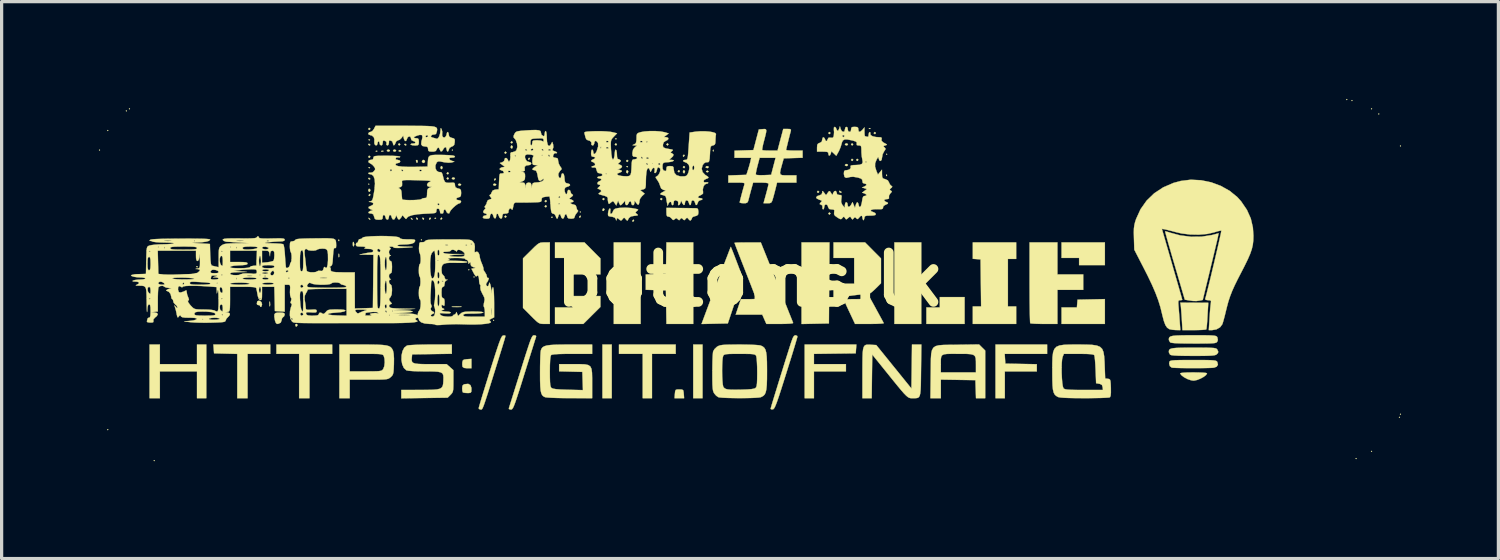
<source format=kicad_pcb>
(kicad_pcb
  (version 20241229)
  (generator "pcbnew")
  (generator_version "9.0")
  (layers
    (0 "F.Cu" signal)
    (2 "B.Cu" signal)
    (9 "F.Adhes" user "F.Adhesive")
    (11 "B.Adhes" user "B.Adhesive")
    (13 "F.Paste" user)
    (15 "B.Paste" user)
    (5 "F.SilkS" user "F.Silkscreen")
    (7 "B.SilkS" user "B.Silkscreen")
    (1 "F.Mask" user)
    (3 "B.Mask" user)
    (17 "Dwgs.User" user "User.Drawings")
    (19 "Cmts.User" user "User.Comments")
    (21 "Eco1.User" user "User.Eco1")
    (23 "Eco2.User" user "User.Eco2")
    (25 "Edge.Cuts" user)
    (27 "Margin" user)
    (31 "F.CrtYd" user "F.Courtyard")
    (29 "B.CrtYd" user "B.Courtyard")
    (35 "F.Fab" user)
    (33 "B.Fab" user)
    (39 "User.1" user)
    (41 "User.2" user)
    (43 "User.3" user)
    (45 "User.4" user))
  (footprint "bottomsilk"
    (layer "F.Cu")
    (at 20.089 5.575)
    (property "Reference" "bottomsilk" (at 0 0 0) (layer "F.SilkS") (effects (font (size 1.524 1.524) (thickness 0.3))))
    (attr through_hole)
    (fp_poly (pts (xy -20.053 -3.995) (xy -20.069 -3.979) (xy -20.084 -3.995) (xy -20.069 -4.011) (xy -20.053 -3.995)) (stroke (width 0.01) (type solid)) (fill yes) (layer "F.SilkS"))
    (fp_poly (pts (xy -19.798 -4.599) (xy -19.814 -4.583) (xy -19.83 -4.599) (xy -19.814 -4.615) (xy -19.798 -4.599)) (stroke (width 0.01) (type solid)) (fill yes) (layer "F.SilkS"))
    (fp_poly (pts (xy -19.798 4.631) (xy -19.814 4.647) (xy -19.83 4.631) (xy -19.814 4.615) (xy -19.798 4.631)) (stroke (width 0.01) (type solid)) (fill yes) (layer "F.SilkS"))
    (fp_poly (pts (xy -19.225 -5.204) (xy -19.241 -5.188) (xy -19.257 -5.204) (xy -19.241 -5.22) (xy -19.225 -5.204)) (stroke (width 0.01) (type solid)) (fill yes) (layer "F.SilkS"))
    (fp_poly (pts (xy -19.13 -5.268) (xy -19.145 -5.252) (xy -19.161 -5.268) (xy -19.145 -5.284) (xy -19.13 -5.268)) (stroke (width 0.01) (type solid)) (fill yes) (layer "F.SilkS"))
    (fp_poly (pts (xy -18.366 5.586) (xy -18.382 5.602) (xy -18.397 5.586) (xy -18.382 5.57) (xy -18.366 5.586)) (stroke (width 0.01) (type solid)) (fill yes) (layer "F.SilkS"))
    (fp_poly (pts (xy -11.745 -2.944) (xy -11.761 -2.928) (xy -11.777 -2.944) (xy -11.761 -2.96) (xy -11.745 -2.944)) (stroke (width 0.01) (type solid)) (fill yes) (layer "F.SilkS"))
    (fp_poly (pts (xy -10.122 -1.225) (xy -10.138 -1.21) (xy -10.154 -1.225) (xy -10.138 -1.241) (xy -10.122 -1.225)) (stroke (width 0.01) (type solid)) (fill yes) (layer "F.SilkS"))
    (fp_poly (pts (xy -9.167 -3.995) (xy -9.183 -3.979) (xy -9.199 -3.995) (xy -9.183 -4.011) (xy -9.167 -3.995)) (stroke (width 0.01) (type solid)) (fill yes) (layer "F.SilkS"))
    (fp_poly (pts (xy -8.658 -0.302) (xy -8.674 -0.286) (xy -8.689 -0.302) (xy -8.674 -0.318) (xy -8.658 -0.302)) (stroke (width 0.01) (type solid)) (fill yes) (layer "F.SilkS"))
    (fp_poly (pts (xy -8.498 -0.08) (xy -8.514 -0.064) (xy -8.53 -0.08) (xy -8.514 -0.095) (xy -8.498 -0.08)) (stroke (width 0.01) (type solid)) (fill yes) (layer "F.SilkS"))
    (fp_poly (pts (xy -7.894 1.257) (xy -7.91 1.273) (xy -7.926 1.257) (xy -7.91 1.241) (xy -7.894 1.257)) (stroke (width 0.01) (type solid)) (fill yes) (layer "F.SilkS"))
    (fp_poly (pts (xy -5.22 -2.085) (xy -5.236 -2.069) (xy -5.252 -2.085) (xy -5.236 -2.101) (xy -5.22 -2.085)) (stroke (width 0.01) (type solid)) (fill yes) (layer "F.SilkS"))
    (fp_poly (pts (xy -4.265 3.66) (xy -4.552 3.66) (xy -4.552 2.005) (xy -4.265 2.005) (xy -4.265 3.66)) (stroke (width 0.01) (type solid)) (fill yes) (layer "F.SilkS"))
    (fp_poly (pts (xy -3.374 1.369) (xy -4.202 1.369) (xy -4.202 -1.146) (xy -3.374 -1.146) (xy -3.374 1.369)) (stroke (width 0.01) (type solid)) (fill yes) (layer "F.SilkS"))
    (fp_poly (pts (xy -1.464 3.66) (xy -1.751 3.66) (xy -1.751 2.005) (xy -1.464 2.005) (xy -1.464 3.66)) (stroke (width 0.01) (type solid)) (fill yes) (layer "F.SilkS"))
    (fp_poly (pts (xy 4.233 -3.867) (xy 4.217 -3.851) (xy 4.202 -3.867) (xy 4.217 -3.883) (xy 4.233 -3.867)) (stroke (width 0.01) (type solid)) (fill yes) (layer "F.SilkS"))
    (fp_poly (pts (xy 5.284 1.369) (xy 4.456 1.369) (xy 4.456 -1.146) (xy 5.284 -1.146) (xy 5.284 1.369)) (stroke (width 0.01) (type solid)) (fill yes) (layer "F.SilkS"))
    (fp_poly (pts (xy 18.429 -5.554) (xy 18.413 -5.538) (xy 18.397 -5.554) (xy 18.413 -5.57) (xy 18.429 -5.554)) (stroke (width 0.01) (type solid)) (fill yes) (layer "F.SilkS"))
    (fp_poly (pts (xy 18.588 -5.522) (xy 18.573 -5.507) (xy 18.557 -5.522) (xy 18.573 -5.538) (xy 18.588 -5.522)) (stroke (width 0.01) (type solid)) (fill yes) (layer "F.SilkS"))
    (fp_poly (pts (xy 18.716 5.522) (xy 18.7 5.538) (xy 18.684 5.522) (xy 18.7 5.507) (xy 18.716 5.522)) (stroke (width 0.01) (type solid)) (fill yes) (layer "F.SilkS"))
    (fp_poly (pts (xy 19.193 -5.268) (xy 19.177 -5.252) (xy 19.161 -5.268) (xy 19.177 -5.284) (xy 19.193 -5.268)) (stroke (width 0.01) (type solid)) (fill yes) (layer "F.SilkS"))
    (fp_poly (pts (xy 19.193 5.3) (xy 19.177 5.316) (xy 19.161 5.3) (xy 19.177 5.284) (xy 19.193 5.3)) (stroke (width 0.01) (type solid)) (fill yes) (layer "F.SilkS"))
    (fp_poly (pts (xy 19.416 -5.109) (xy 19.4 -5.093) (xy 19.384 -5.109) (xy 19.4 -5.125) (xy 19.416 -5.109)) (stroke (width 0.01) (type solid)) (fill yes) (layer "F.SilkS"))
    (fp_poly (pts (xy 20.053 4.249) (xy 20.037 4.265) (xy 20.021 4.249) (xy 20.037 4.233) (xy 20.053 4.249)) (stroke (width 0.01) (type solid)) (fill yes) (layer "F.SilkS"))
    (fp_poly (pts (xy 20.084 -4.122) (xy 20.069 -4.106) (xy 20.053 -4.122) (xy 20.069 -4.138) (xy 20.084 -4.122)) (stroke (width 0.01) (type solid)) (fill yes) (layer "F.SilkS"))
    (fp_poly (pts (xy 20.084 4.154) (xy 20.069 4.17) (xy 20.053 4.154) (xy 20.069 4.138) (xy 20.084 4.154)) (stroke (width 0.01) (type solid)) (fill yes) (layer "F.SilkS"))
    (fp_poly (pts (xy 2.443 0.103) (xy 2.435 1.353) (xy 1.591 1.371) (xy 1.591 -1.146) (xy 2.452 -1.146) (xy 2.443 0.103)) (stroke (width 0.01) (type solid)) (fill yes) (layer "F.SilkS"))
    (fp_poly (pts (xy -17.039 -0.403) (xy -17.044 -0.384) (xy -17.061 -0.382) (xy -17.087 -0.394) (xy -17.082 -0.403) (xy -17.044 -0.407) (xy -17.039 -0.403)) (stroke (width 0.01) (type solid)) (fill yes) (layer "F.SilkS"))
    (fp_poly (pts (xy -12.679 -1.231) (xy -12.675 -1.193) (xy -12.679 -1.188) (xy -12.698 -1.193) (xy -12.7 -1.21) (xy -12.688 -1.236) (xy -12.679 -1.231)) (stroke (width 0.01) (type solid)) (fill yes) (layer "F.SilkS"))
    (fp_poly (pts (xy -11.724 -4.318) (xy -11.728 -4.299) (xy -11.745 -4.297) (xy -11.771 -4.309) (xy -11.766 -4.318) (xy -11.729 -4.322) (xy -11.724 -4.318)) (stroke (width 0.01) (type solid)) (fill yes) (layer "F.SilkS"))
    (fp_poly (pts (xy -11.724 -3.459) (xy -11.728 -3.44) (xy -11.745 -3.438) (xy -11.771 -3.449) (xy -11.766 -3.459) (xy -11.729 -3.463) (xy -11.724 -3.459)) (stroke (width 0.01) (type solid)) (fill yes) (layer "F.SilkS"))
    (fp_poly (pts (xy -11.501 -3.968) (xy -11.505 -3.949) (xy -11.522 -3.947) (xy -11.549 -3.959) (xy -11.544 -3.968) (xy -11.506 -3.972) (xy -11.501 -3.968)) (stroke (width 0.01) (type solid)) (fill yes) (layer "F.SilkS"))
    (fp_poly (pts (xy -11.308 -3.966) (xy -11.318 -3.952) (xy -11.35 -3.949) (xy -11.384 -3.957) (xy -11.369 -3.969) (xy -11.319 -3.972) (xy -11.308 -3.966)) (stroke (width 0.01) (type solid)) (fill yes) (layer "F.SilkS"))
    (fp_poly (pts (xy -9.687 -1.899) (xy -9.691 -1.88) (xy -9.708 -1.878) (xy -9.734 -1.89) (xy -9.729 -1.899) (xy -9.691 -1.903) (xy -9.687 -1.899)) (stroke (width 0.01) (type solid)) (fill yes) (layer "F.SilkS"))
    (fp_poly (pts (xy -6.09 -1.931) (xy -6.094 -1.912) (xy -6.111 -1.91) (xy -6.137 -1.921) (xy -6.132 -1.931) (xy -6.095 -1.935) (xy -6.09 -1.931)) (stroke (width 0.01) (type solid)) (fill yes) (layer "F.SilkS"))
    (fp_poly (pts (xy -4.117 -4.35) (xy -4.121 -4.331) (xy -4.138 -4.329) (xy -4.164 -4.34) (xy -4.159 -4.35) (xy -4.121 -4.354) (xy -4.117 -4.35)) (stroke (width 0.01) (type solid)) (fill yes) (layer "F.SilkS"))
    (fp_poly (pts (xy -3.766 -3.491) (xy -3.771 -3.472) (xy -3.788 -3.469) (xy -3.814 -3.481) (xy -3.809 -3.491) (xy -3.771 -3.494) (xy -3.766 -3.491)) (stroke (width 0.01) (type solid)) (fill yes) (layer "F.SilkS"))
    (fp_poly (pts (xy -1.125 -4) (xy -1.121 -3.962) (xy -1.125 -3.957) (xy -1.144 -3.962) (xy -1.146 -3.979) (xy -1.134 -4.005) (xy -1.125 -4)) (stroke (width 0.01) (type solid)) (fill yes) (layer "F.SilkS"))
    (fp_poly (pts (xy 3.713 -4.668) (xy 3.709 -4.649) (xy 3.692 -4.647) (xy 3.666 -4.659) (xy 3.671 -4.668) (xy 3.709 -4.672) (xy 3.713 -4.668)) (stroke (width 0.01) (type solid)) (fill yes) (layer "F.SilkS"))
    (fp_poly (pts (xy 4.223 -3.236) (xy 4.227 -3.198) (xy 4.223 -3.194) (xy 4.204 -3.198) (xy 4.202 -3.215) (xy 4.213 -3.241) (xy 4.223 -3.236)) (stroke (width 0.01) (type solid)) (fill yes) (layer "F.SilkS"))
    (fp_poly (pts (xy 6.621 1.369) (xy 5.443 1.369) (xy 5.443 0.859) (xy 5.857 0.859) (xy 5.857 0.541) (xy 6.621 0.541) (xy 6.621 1.369)) (stroke (width 0.01) (type solid)) (fill yes) (layer "F.SilkS"))
    (fp_poly (pts (xy 10.949 -0.446) (xy 10.154 -0.446) (xy 10.154 -0.668) (xy 9.613 -0.668) (xy 9.613 -1.146) (xy 10.949 -1.146) (xy 10.949 -0.446)) (stroke (width 0.01) (type solid)) (fill yes) (layer "F.SilkS"))
    (fp_poly (pts (xy -13.976 1.373) (xy -13.961 1.405) (xy -13.97 1.428) (xy -14 1.453) (xy -14.02 1.434) (xy -14.028 1.385) (xy -13.991 1.37) (xy -13.976 1.373)) (stroke (width 0.01) (type solid)) (fill yes) (layer "F.SilkS"))
    (fp_poly (pts (xy -11.75 -1.897) (xy -11.716 -1.865) (xy -11.723 -1.846) (xy -11.727 -1.846) (xy -11.754 -1.869) (xy -11.764 -1.883) (xy -11.768 -1.905) (xy -11.75 -1.897)) (stroke (width 0.01) (type solid)) (fill yes) (layer "F.SilkS"))
    (fp_poly (pts (xy -10.788 -3.993) (xy -10.76 -3.963) (xy -10.792 -3.947) (xy -10.808 -3.947) (xy -10.841 -3.963) (xy -10.838 -3.979) (xy -10.8 -3.998) (xy -10.788 -3.993)) (stroke (width 0.01) (type solid)) (fill yes) (layer "F.SilkS"))
    (fp_poly (pts (xy -10.445 -1.897) (xy -10.411 -1.865) (xy -10.418 -1.846) (xy -10.422 -1.846) (xy -10.449 -1.869) (xy -10.459 -1.883) (xy -10.463 -1.905) (xy -10.445 -1.897)) (stroke (width 0.01) (type solid)) (fill yes) (layer "F.SilkS"))
    (fp_poly (pts (xy -10.252 -3.654) (xy -10.256 -3.624) (xy -10.273 -3.6) (xy -10.294 -3.624) (xy -10.306 -3.671) (xy -10.3 -3.684) (xy -10.269 -3.689) (xy -10.252 -3.654)) (stroke (width 0.01) (type solid)) (fill yes) (layer "F.SilkS"))
    (fp_poly (pts (xy -1.303 -3.357) (xy -1.275 -3.326) (xy -1.307 -3.311) (xy -1.323 -3.31) (xy -1.356 -3.326) (xy -1.352 -3.343) (xy -1.314 -3.361) (xy -1.303 -3.357)) (stroke (width 0.01) (type solid)) (fill yes) (layer "F.SilkS"))
    (fp_poly (pts (xy -14.81 0.693) (xy -14.805 0.776) (xy -14.811 0.82) (xy -14.819 0.827) (xy -14.824 0.782) (xy -14.825 0.748) (xy -14.821 0.686) (xy -14.814 0.677) (xy -14.81 0.693)) (stroke (width 0.01) (type solid)) (fill yes) (layer "F.SilkS"))
    (fp_poly (pts (xy -12.891 2.292) (xy -13.591 2.292) (xy -13.591 3.66) (xy -13.91 3.66) (xy -13.91 2.292) (xy -14.61 2.292) (xy -14.61 2.005) (xy -12.891 2.005) (xy -12.891 2.292)) (stroke (width 0.01) (type solid)) (fill yes) (layer "F.SilkS"))
    (fp_poly (pts (xy -12.68 -0.793) (xy -12.678 -0.787) (xy -12.673 -0.718) (xy -12.679 -0.692) (xy -12.69 -0.691) (xy -12.694 -0.74) (xy -12.694 -0.748) (xy -12.689 -0.797) (xy -12.68 -0.793)) (stroke (width 0.01) (type solid)) (fill yes) (layer "F.SilkS"))
    (fp_poly (pts (xy -12.231 -1.157) (xy -12.225 -1.149) (xy -12.209 -1.086) (xy -12.213 -1.061) (xy -12.236 -1.021) (xy -12.25 -1.043) (xy -12.254 -1.106) (xy -12.248 -1.161) (xy -12.231 -1.157)) (stroke (width 0.01) (type solid)) (fill yes) (layer "F.SilkS"))
    (fp_poly (pts (xy -11.745 -4.186) (xy -11.715 -4.157) (xy -11.713 -4.152) (xy -11.738 -4.138) (xy -11.745 -4.138) (xy -11.776 -4.162) (xy -11.777 -4.172) (xy -11.757 -4.191) (xy -11.745 -4.186)) (stroke (width 0.01) (type solid)) (fill yes) (layer "F.SilkS"))
    (fp_poly (pts (xy -11.745 -3.135) (xy -11.715 -3.107) (xy -11.713 -3.102) (xy -11.738 -3.088) (xy -11.745 -3.087) (xy -11.776 -3.112) (xy -11.777 -3.121) (xy -11.757 -3.14) (xy -11.745 -3.135)) (stroke (width 0.01) (type solid)) (fill yes) (layer "F.SilkS"))
    (fp_poly (pts (xy -11.717 -2.775) (xy -11.713 -2.753) (xy -11.73 -2.711) (xy -11.745 -2.706) (xy -11.773 -2.731) (xy -11.777 -2.753) (xy -11.76 -2.796) (xy -11.745 -2.801) (xy -11.717 -2.775)) (stroke (width 0.01) (type solid)) (fill yes) (layer "F.SilkS"))
    (fp_poly (pts (xy -11.714 -4.655) (xy -11.713 -4.647) (xy -11.738 -4.616) (xy -11.745 -4.615) (xy -11.776 -4.64) (xy -11.777 -4.647) (xy -11.753 -4.678) (xy -11.745 -4.679) (xy -11.714 -4.655)) (stroke (width 0.01) (type solid)) (fill yes) (layer "F.SilkS"))
    (fp_poly (pts (xy -11.714 -3.795) (xy -11.713 -3.788) (xy -11.738 -3.757) (xy -11.745 -3.756) (xy -11.776 -3.78) (xy -11.777 -3.788) (xy -11.753 -3.819) (xy -11.745 -3.82) (xy -11.714 -3.795)) (stroke (width 0.01) (type solid)) (fill yes) (layer "F.SilkS"))
    (fp_poly (pts (xy -11.714 -2.617) (xy -11.713 -2.61) (xy -11.738 -2.579) (xy -11.747 -2.578) (xy -11.766 -2.598) (xy -11.761 -2.61) (xy -11.732 -2.64) (xy -11.727 -2.642) (xy -11.714 -2.617)) (stroke (width 0.01) (type solid)) (fill yes) (layer "F.SilkS"))
    (fp_poly (pts (xy -11.114 -3.993) (xy -11.109 -3.979) (xy -11.134 -3.95) (xy -11.156 -3.947) (xy -11.199 -3.964) (xy -11.204 -3.979) (xy -11.178 -4.007) (xy -11.156 -4.011) (xy -11.114 -3.993)) (stroke (width 0.01) (type solid)) (fill yes) (layer "F.SilkS"))
    (fp_poly (pts (xy -10.923 -3.993) (xy -10.918 -3.979) (xy -10.943 -3.95) (xy -10.965 -3.947) (xy -11.008 -3.964) (xy -11.013 -3.979) (xy -10.987 -4.007) (xy -10.965 -4.011) (xy -10.923 -3.993)) (stroke (width 0.01) (type solid)) (fill yes) (layer "F.SilkS"))
    (fp_poly (pts (xy -10.791 -4.177) (xy -10.79 -4.17) (xy -10.814 -4.139) (xy -10.822 -4.138) (xy -10.853 -4.162) (xy -10.854 -4.17) (xy -10.83 -4.201) (xy -10.822 -4.202) (xy -10.791 -4.177)) (stroke (width 0.01) (type solid)) (fill yes) (layer "F.SilkS"))
    (fp_poly (pts (xy -10.631 -4.186) (xy -10.601 -4.157) (xy -10.599 -4.152) (xy -10.624 -4.138) (xy -10.631 -4.138) (xy -10.662 -4.162) (xy -10.663 -4.172) (xy -10.643 -4.191) (xy -10.631 -4.186)) (stroke (width 0.01) (type solid)) (fill yes) (layer "F.SilkS"))
    (fp_poly (pts (xy -10.25 -1.887) (xy -10.249 -1.878) (xy -10.26 -1.847) (xy -10.263 -1.846) (xy -10.29 -1.868) (xy -10.297 -1.878) (xy -10.294 -1.907) (xy -10.283 -1.91) (xy -10.25 -1.887)) (stroke (width 0.01) (type solid)) (fill yes) (layer "F.SilkS"))
    (fp_poly (pts (xy -10.059 -1.887) (xy -10.058 -1.878) (xy -10.069 -1.847) (xy -10.072 -1.846) (xy -10.099 -1.868) (xy -10.106 -1.878) (xy -10.103 -1.907) (xy -10.092 -1.91) (xy -10.059 -1.887)) (stroke (width 0.01) (type solid)) (fill yes) (layer "F.SilkS"))
    (fp_poly (pts (xy -10.032 -3.667) (xy -10.026 -3.644) (xy -10.052 -3.602) (xy -10.074 -3.597) (xy -10.116 -3.622) (xy -10.122 -3.644) (xy -10.096 -3.687) (xy -10.074 -3.692) (xy -10.032 -3.667)) (stroke (width 0.01) (type solid)) (fill yes) (layer "F.SilkS"))
    (fp_poly (pts (xy -9.846 -1.89) (xy -9.851 -1.878) (xy -9.88 -1.848) (xy -9.885 -1.846) (xy -9.899 -1.871) (xy -9.899 -1.878) (xy -9.875 -1.909) (xy -9.865 -1.91) (xy -9.846 -1.89)) (stroke (width 0.01) (type solid)) (fill yes) (layer "F.SilkS"))
    (fp_poly (pts (xy -9.496 -1.89) (xy -9.501 -1.878) (xy -9.53 -1.848) (xy -9.535 -1.846) (xy -9.549 -1.871) (xy -9.549 -1.878) (xy -9.524 -1.909) (xy -9.515 -1.91) (xy -9.496 -1.89)) (stroke (width 0.01) (type solid)) (fill yes) (layer "F.SilkS"))
    (fp_poly (pts (xy -9.489 -3.475) (xy -9.485 -3.454) (xy -9.502 -3.411) (xy -9.517 -3.406) (xy -9.545 -3.432) (xy -9.549 -3.454) (xy -9.532 -3.496) (xy -9.517 -3.501) (xy -9.489 -3.475)) (stroke (width 0.01) (type solid)) (fill yes) (layer "F.SilkS"))
    (fp_poly (pts (xy -9.295 -3.286) (xy -9.294 -3.278) (xy -9.318 -3.248) (xy -9.326 -3.247) (xy -9.357 -3.271) (xy -9.358 -3.278) (xy -9.334 -3.309) (xy -9.326 -3.31) (xy -9.295 -3.286)) (stroke (width 0.01) (type solid)) (fill yes) (layer "F.SilkS"))
    (fp_poly (pts (xy -9.295 -3.127) (xy -9.294 -3.119) (xy -9.318 -3.088) (xy -9.326 -3.087) (xy -9.357 -3.112) (xy -9.358 -3.119) (xy -9.334 -3.15) (xy -9.326 -3.151) (xy -9.295 -3.127)) (stroke (width 0.01) (type solid)) (fill yes) (layer "F.SilkS"))
    (fp_poly (pts (xy -9.109 -3.134) (xy -9.103 -3.119) (xy -9.129 -3.091) (xy -9.151 -3.087) (xy -9.193 -3.105) (xy -9.199 -3.119) (xy -9.173 -3.148) (xy -9.151 -3.151) (xy -9.109 -3.134)) (stroke (width 0.01) (type solid)) (fill yes) (layer "F.SilkS"))
    (fp_poly (pts (xy -8.918 -2.943) (xy -8.912 -2.928) (xy -8.938 -2.9) (xy -8.96 -2.896) (xy -9.002 -2.914) (xy -9.008 -2.928) (xy -8.982 -2.957) (xy -8.96 -2.96) (xy -8.918 -2.943)) (stroke (width 0.01) (type solid)) (fill yes) (layer "F.SilkS"))
    (fp_poly (pts (xy -7.841 -3.1) (xy -7.846 -3.087) (xy -7.875 -3.057) (xy -7.88 -3.056) (xy -7.893 -3.08) (xy -7.894 -3.087) (xy -7.869 -3.118) (xy -7.86 -3.119) (xy -7.841 -3.1)) (stroke (width 0.01) (type solid)) (fill yes) (layer "F.SilkS"))
    (fp_poly (pts (xy -7.835 -2.943) (xy -7.83 -2.928) (xy -7.856 -2.9) (xy -7.878 -2.896) (xy -7.92 -2.914) (xy -7.926 -2.928) (xy -7.9 -2.957) (xy -7.878 -2.96) (xy -7.835 -2.943)) (stroke (width 0.01) (type solid)) (fill yes) (layer "F.SilkS"))
    (fp_poly (pts (xy -7.513 -3.923) (xy -7.512 -3.915) (xy -7.536 -3.884) (xy -7.544 -3.883) (xy -7.575 -3.907) (xy -7.575 -3.915) (xy -7.551 -3.946) (xy -7.544 -3.947) (xy -7.513 -3.923)) (stroke (width 0.01) (type solid)) (fill yes) (layer "F.SilkS"))
    (fp_poly (pts (xy -7.513 -1.949) (xy -7.512 -1.942) (xy -7.536 -1.911) (xy -7.544 -1.91) (xy -7.575 -1.934) (xy -7.575 -1.942) (xy -7.551 -1.973) (xy -7.544 -1.973) (xy -7.513 -1.949)) (stroke (width 0.01) (type solid)) (fill yes) (layer "F.SilkS"))
    (fp_poly (pts (xy -7.324 -4.112) (xy -7.321 -4.09) (xy -7.338 -4.048) (xy -7.353 -4.042) (xy -7.381 -4.068) (xy -7.384 -4.09) (xy -7.367 -4.132) (xy -7.353 -4.138) (xy -7.324 -4.112)) (stroke (width 0.01) (type solid)) (fill yes) (layer "F.SilkS"))
    (fp_poly (pts (xy -7.322 -4.241) (xy -7.321 -4.233) (xy -7.345 -4.202) (xy -7.353 -4.202) (xy -7.384 -4.226) (xy -7.384 -4.233) (xy -7.36 -4.264) (xy -7.353 -4.265) (xy -7.322 -4.241)) (stroke (width 0.01) (type solid)) (fill yes) (layer "F.SilkS"))
    (fp_poly (pts (xy -6.791 -3.736) (xy -6.796 -3.724) (xy -6.824 -3.694) (xy -6.829 -3.692) (xy -6.843 -3.717) (xy -6.843 -3.724) (xy -6.819 -3.755) (xy -6.81 -3.756) (xy -6.791 -3.736)) (stroke (width 0.01) (type solid)) (fill yes) (layer "F.SilkS"))
    (fp_poly (pts (xy -6.271 -2.427) (xy -6.27 -2.419) (xy -6.295 -2.388) (xy -6.302 -2.387) (xy -6.333 -2.411) (xy -6.334 -2.419) (xy -6.31 -2.45) (xy -6.302 -2.451) (xy -6.271 -2.427)) (stroke (width 0.01) (type solid)) (fill yes) (layer "F.SilkS"))
    (fp_poly (pts (xy -6.271 -2.268) (xy -6.27 -2.26) (xy -6.295 -2.229) (xy -6.302 -2.228) (xy -6.333 -2.252) (xy -6.334 -2.26) (xy -6.31 -2.291) (xy -6.302 -2.292) (xy -6.271 -2.268)) (stroke (width 0.01) (type solid)) (fill yes) (layer "F.SilkS"))
    (fp_poly (pts (xy -5.22 -1.949) (xy -5.22 -1.942) (xy -5.245 -1.911) (xy -5.254 -1.91) (xy -5.273 -1.929) (xy -5.268 -1.942) (xy -5.239 -1.972) (xy -5.234 -1.973) (xy -5.22 -1.949)) (stroke (width 0.01) (type solid)) (fill yes) (layer "F.SilkS"))
    (fp_poly (pts (xy -4.861 -0.898) (xy -4.615 -0.651) (xy -4.615 -0.159) (xy -5.475 -0.159) (xy -5.475 -0.668) (xy -6.016 -0.668) (xy -6.016 -1.146) (xy -5.107 -1.146) (xy -4.861 -0.898)) (stroke (width 0.01) (type solid)) (fill yes) (layer "F.SilkS"))
    (fp_poly (pts (xy -4.615 0.845) (xy -4.879 1.107) (xy -5.142 1.369) (xy -6.016 1.369) (xy -6.016 0.859) (xy -5.475 0.859) (xy -5.475 0.509) (xy -4.615 0.509) (xy -4.615 0.845)) (stroke (width 0.01) (type solid)) (fill yes) (layer "F.SilkS"))
    (fp_poly (pts (xy -4.489 -2.49) (xy -4.488 -2.483) (xy -4.512 -2.452) (xy -4.52 -2.451) (xy -4.551 -2.475) (xy -4.552 -2.483) (xy -4.527 -2.514) (xy -4.52 -2.515) (xy -4.489 -2.49)) (stroke (width 0.01) (type solid)) (fill yes) (layer "F.SilkS"))
    (fp_poly (pts (xy -4.489 -2.173) (xy -4.488 -2.166) (xy -4.511 -2.123) (xy -4.52 -2.117) (xy -4.547 -2.124) (xy -4.552 -2.147) (xy -4.535 -2.19) (xy -4.52 -2.196) (xy -4.489 -2.173)) (stroke (width 0.01) (type solid)) (fill yes) (layer "F.SilkS"))
    (fp_poly (pts (xy -4.107 -4.177) (xy -4.106 -4.17) (xy -4.13 -4.139) (xy -4.138 -4.138) (xy -4.169 -4.162) (xy -4.17 -4.17) (xy -4.145 -4.201) (xy -4.138 -4.202) (xy -4.107 -4.177)) (stroke (width 0.01) (type solid)) (fill yes) (layer "F.SilkS"))
    (fp_poly (pts (xy -3.759 -3.348) (xy -3.756 -3.326) (xy -3.773 -3.284) (xy -3.788 -3.278) (xy -3.816 -3.304) (xy -3.82 -3.326) (xy -3.802 -3.369) (xy -3.788 -3.374) (xy -3.759 -3.348)) (stroke (width 0.01) (type solid)) (fill yes) (layer "F.SilkS"))
    (fp_poly (pts (xy -3.757 -3.668) (xy -3.756 -3.66) (xy -3.78 -3.629) (xy -3.788 -3.629) (xy -3.819 -3.653) (xy -3.82 -3.66) (xy -3.795 -3.691) (xy -3.788 -3.692) (xy -3.757 -3.668)) (stroke (width 0.01) (type solid)) (fill yes) (layer "F.SilkS"))
    (fp_poly (pts (xy -3.576 -1.827) (xy -3.581 -1.814) (xy -3.609 -1.784) (xy -3.615 -1.782) (xy -3.628 -1.807) (xy -3.629 -1.814) (xy -3.604 -1.845) (xy -3.595 -1.846) (xy -3.576 -1.827)) (stroke (width 0.01) (type solid)) (fill yes) (layer "F.SilkS"))
    (fp_poly (pts (xy -2.706 -2.49) (xy -2.706 -2.483) (xy -2.73 -2.452) (xy -2.737 -2.451) (xy -2.768 -2.475) (xy -2.769 -2.483) (xy -2.745 -2.514) (xy -2.737 -2.515) (xy -2.706 -2.49)) (stroke (width 0.01) (type solid)) (fill yes) (layer "F.SilkS"))
    (fp_poly (pts (xy -2.515 -4.177) (xy -2.515 -4.17) (xy -2.539 -4.139) (xy -2.546 -4.138) (xy -2.577 -4.162) (xy -2.578 -4.17) (xy -2.554 -4.201) (xy -2.546 -4.202) (xy -2.515 -4.177)) (stroke (width 0.01) (type solid)) (fill yes) (layer "F.SilkS"))
    (fp_poly (pts (xy -2.292 2.292) (xy -3.024 2.292) (xy -3.024 3.66) (xy -3.31 3.66) (xy -3.31 2.292) (xy -4.042 2.292) (xy -4.042 2.005) (xy -2.292 2.005) (xy -2.292 2.292)) (stroke (width 0.01) (type solid)) (fill yes) (layer "F.SilkS"))
    (fp_poly (pts (xy -2.165 -3.35) (xy -2.164 -3.342) (xy -2.189 -3.311) (xy -2.196 -3.31) (xy -2.227 -3.334) (xy -2.228 -3.342) (xy -2.204 -3.373) (xy -2.196 -3.374) (xy -2.165 -3.35)) (stroke (width 0.01) (type solid)) (fill yes) (layer "F.SilkS"))
    (fp_poly (pts (xy -2.016 -3.832) (xy -2.021 -3.82) (xy -2.05 -3.789) (xy -2.055 -3.788) (xy -2.069 -3.812) (xy -2.069 -3.82) (xy -2.044 -3.85) (xy -2.035 -3.851) (xy -2.016 -3.832)) (stroke (width 0.01) (type solid)) (fill yes) (layer "F.SilkS"))
    (fp_poly (pts (xy -2.009 -3.348) (xy -2.005 -3.326) (xy -2.022 -3.284) (xy -2.037 -3.278) (xy -2.065 -3.304) (xy -2.069 -3.326) (xy -2.052 -3.369) (xy -2.037 -3.374) (xy -2.009 -3.348)) (stroke (width 0.01) (type solid)) (fill yes) (layer "F.SilkS"))
    (fp_poly (pts (xy -2.006 -3.477) (xy -2.005 -3.469) (xy -2.029 -3.439) (xy -2.037 -3.438) (xy -2.068 -3.462) (xy -2.069 -3.469) (xy -2.045 -3.5) (xy -2.037 -3.501) (xy -2.006 -3.477)) (stroke (width 0.01) (type solid)) (fill yes) (layer "F.SilkS"))
    (fp_poly (pts (xy -1.279 -3.484) (xy -1.273 -3.469) (xy -1.299 -3.441) (xy -1.321 -3.438) (xy -1.363 -3.455) (xy -1.369 -3.469) (xy -1.343 -3.498) (xy -1.321 -3.501) (xy -1.279 -3.484)) (stroke (width 0.01) (type solid)) (fill yes) (layer "F.SilkS"))
    (fp_poly (pts (xy 2.132 -2.713) (xy 2.133 -2.706) (xy 2.108 -2.675) (xy 2.101 -2.674) (xy 2.07 -2.698) (xy 2.069 -2.706) (xy 2.093 -2.736) (xy 2.101 -2.737) (xy 2.132 -2.713)) (stroke (width 0.01) (type solid)) (fill yes) (layer "F.SilkS"))
    (fp_poly (pts (xy 2.482 -4.527) (xy 2.483 -4.52) (xy 2.458 -4.489) (xy 2.451 -4.488) (xy 2.42 -4.512) (xy 2.419 -4.52) (xy 2.443 -4.551) (xy 2.451 -4.552) (xy 2.482 -4.527)) (stroke (width 0.01) (type solid)) (fill yes) (layer "F.SilkS"))
    (fp_poly (pts (xy 2.482 -2.045) (xy 2.483 -2.037) (xy 2.458 -2.006) (xy 2.451 -2.005) (xy 2.42 -2.029) (xy 2.419 -2.037) (xy 2.443 -2.068) (xy 2.451 -2.069) (xy 2.482 -2.045)) (stroke (width 0.01) (type solid)) (fill yes) (layer "F.SilkS"))
    (fp_poly (pts (xy 2.81 -2.714) (xy 2.817 -2.706) (xy 2.815 -2.676) (xy 2.805 -2.674) (xy 2.76 -2.697) (xy 2.753 -2.706) (xy 2.755 -2.735) (xy 2.765 -2.737) (xy 2.81 -2.714)) (stroke (width 0.01) (type solid)) (fill yes) (layer "F.SilkS"))
    (fp_poly (pts (xy 3.018 -4.184) (xy 3.024 -4.17) (xy 2.998 -4.141) (xy 2.976 -4.138) (xy 2.934 -4.155) (xy 2.928 -4.17) (xy 2.954 -4.198) (xy 2.976 -4.202) (xy 3.018 -4.184)) (stroke (width 0.01) (type solid)) (fill yes) (layer "F.SilkS"))
    (fp_poly (pts (xy 3.018 -3.548) (xy 3.024 -3.533) (xy 2.998 -3.505) (xy 2.976 -3.501) (xy 2.934 -3.518) (xy 2.928 -3.533) (xy 2.954 -3.561) (xy 2.976 -3.565) (xy 3.018 -3.548)) (stroke (width 0.01) (type solid)) (fill yes) (layer "F.SilkS"))
    (fp_poly (pts (xy 3.182 -4.177) (xy 3.183 -4.17) (xy 3.159 -4.139) (xy 3.151 -4.138) (xy 3.12 -4.162) (xy 3.119 -4.17) (xy 3.144 -4.201) (xy 3.151 -4.202) (xy 3.182 -4.177)) (stroke (width 0.01) (type solid)) (fill yes) (layer "F.SilkS"))
    (fp_poly (pts (xy 3.182 -3.7) (xy 3.183 -3.692) (xy 3.159 -3.661) (xy 3.151 -3.66) (xy 3.12 -3.685) (xy 3.119 -3.692) (xy 3.144 -3.723) (xy 3.151 -3.724) (xy 3.182 -3.7)) (stroke (width 0.01) (type solid)) (fill yes) (layer "F.SilkS"))
    (fp_poly (pts (xy 3.341 -3.7) (xy 3.342 -3.692) (xy 3.318 -3.661) (xy 3.31 -3.66) (xy 3.279 -3.685) (xy 3.278 -3.692) (xy 3.303 -3.723) (xy 3.31 -3.724) (xy 3.341 -3.7)) (stroke (width 0.01) (type solid)) (fill yes) (layer "F.SilkS"))
    (fp_poly (pts (xy 3.882 -4.527) (xy 3.883 -4.52) (xy 3.859 -4.489) (xy 3.851 -4.488) (xy 3.82 -4.512) (xy 3.82 -4.52) (xy 3.844 -4.551) (xy 3.851 -4.552) (xy 3.882 -4.527)) (stroke (width 0.01) (type solid)) (fill yes) (layer "F.SilkS"))
    (fp_poly (pts (xy 10.949 1.369) (xy 9.613 1.369) (xy 9.613 0.859) (xy 10.086 0.859) (xy 10.096 0.74) (xy 10.106 0.621) (xy 10.528 0.612) (xy 10.949 0.603) (xy 10.949 1.369)) (stroke (width 0.01) (type solid)) (fill yes) (layer "F.SilkS"))
    (fp_poly (pts (xy -14.801 2.292) (xy -15.501 2.292) (xy -15.501 3.66) (xy -15.819 3.66) (xy -15.819 2.294) (xy -16.177 2.285) (xy -16.535 2.276) (xy -16.545 2.141) (xy -16.555 2.005) (xy -14.801 2.005) (xy -14.801 2.292)) (stroke (width 0.01) (type solid)) (fill yes) (layer "F.SilkS"))
    (fp_poly (pts (xy -8.935 0.835) (xy -8.919 0.836) (xy -8.893 0.842) (xy -8.924 0.846) (xy -9.005 0.848) (xy -9.056 0.848) (xy -9.154 0.847) (xy -9.203 0.844) (xy -9.198 0.839) (xy -9.174 0.836) (xy -9.054 0.831) (xy -8.935 0.835)) (stroke (width 0.01) (type solid)) (fill yes) (layer "F.SilkS"))
    (fp_poly (pts (xy -2.1 3.393) (xy -2.062 3.414) (xy -2.048 3.47) (xy -2.043 3.525) (xy -2.033 3.66) (xy -2.327 3.66) (xy -2.317 3.525) (xy -2.308 3.44) (xy -2.286 3.401) (xy -2.232 3.39) (xy -2.18 3.39) (xy -2.1 3.393)) (stroke (width 0.01) (type solid)) (fill yes) (layer "F.SilkS"))
    (fp_poly (pts (xy -1.751 1.369) (xy -2.577 1.369) (xy -2.594 0.334) (xy -2.904 0.325) (xy -3.215 0.316) (xy -3.215 -0.157) (xy -2.904 -0.166) (xy -2.594 -0.175) (xy -2.585 -0.66) (xy -2.577 -1.146) (xy -1.751 -1.146) (xy -1.751 1.369)) (stroke (width 0.01) (type solid)) (fill yes) (layer "F.SilkS"))
    (fp_poly (pts (xy -18.207 2.61) (xy -17.061 2.61) (xy -17.061 2.005) (xy -16.774 2.005) (xy -16.774 3.66) (xy -17.061 3.66) (xy -17.061 2.833) (xy -18.207 2.833) (xy -18.207 3.66) (xy -18.525 3.66) (xy -18.525 2.005) (xy -18.207 2.005) (xy -18.207 2.61)) (stroke (width 0.01) (type solid)) (fill yes) (layer "F.SilkS"))
    (fp_poly (pts (xy -8.594 2.737) (xy -8.722 2.737) (xy -8.82 2.726) (xy -8.867 2.694) (xy -8.868 2.692) (xy -8.877 2.628) (xy -8.875 2.557) (xy -8.861 2.499) (xy -8.826 2.471) (xy -8.75 2.459) (xy -8.729 2.457) (xy -8.594 2.447) (xy -8.594 2.737)) (stroke (width 0.01) (type solid)) (fill yes) (layer "F.SilkS"))
    (fp_poly (pts (xy 3.272 2.141) (xy 3.263 2.276) (xy 2.618 2.284) (xy 1.973 2.293) (xy 1.973 2.61) (xy 2.96 2.61) (xy 2.96 2.833) (xy 1.973 2.833) (xy 1.973 3.66) (xy 1.687 3.66) (xy 1.687 2.005) (xy 3.282 2.005) (xy 3.272 2.141)) (stroke (width 0.01) (type solid)) (fill yes) (layer "F.SilkS"))
    (fp_poly (pts (xy 9.167 2.292) (xy 7.858 2.292) (xy 7.868 2.443) (xy 7.878 2.594) (xy 8.363 2.603) (xy 8.849 2.612) (xy 8.849 2.833) (xy 7.862 2.833) (xy 7.862 3.66) (xy 7.575 3.66) (xy 7.575 2.005) (xy 9.167 2.005) (xy 9.167 2.292)) (stroke (width 0.01) (type solid)) (fill yes) (layer "F.SilkS"))
    (fp_poly (pts (xy -15.117 0.66) (xy -15.072 0.699) (xy -15.054 0.765) (xy -15.07 0.827) (xy -15.088 0.844) (xy -15.112 0.839) (xy -15.112 0.822) (xy -15.128 0.791) (xy -15.159 0.789) (xy -15.206 0.775) (xy -15.215 0.739) (xy -15.201 0.671) (xy -15.155 0.653) (xy -15.117 0.66)) (stroke (width 0.01) (type solid)) (fill yes) (layer "F.SilkS"))
    (fp_poly (pts (xy 8.212 -0.637) (xy 7.957 -0.637) (xy 7.957 0.828) (xy 8.212 0.828) (xy 8.212 1.369) (xy 6.875 1.369) (xy 6.875 0.828) (xy 7.131 0.828) (xy 7.114 -0.621) (xy 6.995 -0.631) (xy 6.875 -0.64) (xy 6.875 -1.146) (xy 8.212 -1.146) (xy 8.212 -0.637)) (stroke (width 0.01) (type solid)) (fill yes) (layer "F.SilkS"))
    (fp_poly (pts (xy -8.625 3.256) (xy -8.595 3.342) (xy -8.594 3.376) (xy -8.597 3.457) (xy -8.619 3.492) (xy -8.678 3.501) (xy -8.716 3.501) (xy -8.8 3.496) (xy -8.854 3.484) (xy -8.859 3.48) (xy -8.874 3.436) (xy -8.88 3.359) (xy -8.88 3.353) (xy -8.871 3.276) (xy -8.832 3.238) (xy -8.803 3.228) (xy -8.693 3.218) (xy -8.625 3.256)) (stroke (width 0.01) (type solid)) (fill yes) (layer "F.SilkS"))
    (fp_poly (pts (xy -6.175 1.369) (xy -6.343 1.369) (xy -6.418 1.367) (xy -6.475 1.358) (xy -6.529 1.332) (xy -6.591 1.283) (xy -6.676 1.202) (xy -6.757 1.121) (xy -7.003 0.874) (xy -7.003 -0.654) (xy -6.755 -0.9) (xy -6.646 -1.008) (xy -6.568 -1.078) (xy -6.509 -1.119) (xy -6.456 -1.139) (xy -6.394 -1.145) (xy -6.341 -1.146) (xy -6.175 -1.146) (xy -6.175 1.369)) (stroke (width 0.01) (type solid)) (fill yes) (layer "F.SilkS"))
    (fp_poly (pts (xy -14.418 1.022) (xy -14.371 1.037) (xy -14.356 1.068) (xy -14.355 1.079) (xy -14.377 1.138) (xy -14.403 1.157) (xy -14.44 1.2) (xy -14.451 1.253) (xy -14.477 1.328) (xy -14.552 1.365) (xy -14.592 1.369) (xy -14.626 1.341) (xy -14.653 1.274) (xy -14.654 1.269) (xy -14.675 1.145) (xy -14.672 1.071) (xy -14.64 1.033) (xy -14.571 1.02) (xy -14.514 1.019) (xy -14.418 1.022)) (stroke (width 0.01) (type solid)) (fill yes) (layer "F.SilkS"))
    (fp_poly (pts (xy 13.708 0.714) (xy 14.139 0.716) (xy 14.116 1.114) (xy 14.107 1.267) (xy 14.097 1.397) (xy 14.087 1.491) (xy 14.08 1.535) (xy 14.079 1.536) (xy 14.044 1.545) (xy 13.958 1.553) (xy 13.835 1.558) (xy 13.704 1.56) (xy 13.343 1.56) (xy 13.323 1.217) (xy 13.313 1.068) (xy 13.303 0.934) (xy 13.295 0.834) (xy 13.29 0.794) (xy 13.277 0.712) (xy 13.708 0.714)) (stroke (width 0.01) (type solid)) (fill yes) (layer "F.SilkS"))
    (fp_poly (pts (xy 9.485 -0.159) (xy 10.281 -0.159) (xy 10.281 0.318) (xy 9.485 0.318) (xy 9.485 1.369) (xy 9.077 1.369) (xy 8.921 1.367) (xy 8.79 1.363) (xy 8.695 1.356) (xy 8.649 1.349) (xy 8.647 1.347) (xy 8.642 1.312) (xy 8.638 1.22) (xy 8.634 1.078) (xy 8.631 0.893) (xy 8.628 0.673) (xy 8.627 0.424) (xy 8.626 0.154) (xy 8.626 0.09) (xy 8.626 -1.146) (xy 9.485 -1.146) (xy 9.485 -0.159)) (stroke (width 0.01) (type solid)) (fill yes) (layer "F.SilkS"))
    (fp_poly (pts (xy 13.841 2.867) (xy 13.969 2.872) (xy 14.059 2.88) (xy 14.099 2.89) (xy 14.101 2.892) (xy 14.073 2.942) (xy 14.001 3) (xy 13.903 3.054) (xy 13.797 3.097) (xy 13.7 3.117) (xy 13.68 3.118) (xy 13.602 3.105) (xy 13.507 3.073) (xy 13.497 3.069) (xy 13.393 3.014) (xy 13.314 2.954) (xy 13.275 2.902) (xy 13.273 2.892) (xy 13.303 2.882) (xy 13.384 2.873) (xy 13.506 2.867) (xy 13.656 2.865) (xy 13.687 2.865) (xy 13.841 2.867)) (stroke (width 0.01) (type solid)) (fill yes) (layer "F.SilkS"))
    (fp_poly (pts (xy -0.58 -0.983) (xy -0.549 -0.907) (xy -0.503 -0.791) (xy -0.447 -0.644) (xy -0.402 -0.527) (xy -0.217 -0.039) (xy -0.451 0.657) (xy -0.684 1.353) (xy -1.09 1.362) (xy -1.495 1.371) (xy -1.403 1.123) (xy -1.361 1.011) (xy -1.305 0.861) (xy -1.237 0.68) (xy -1.161 0.478) (xy -1.079 0.262) (xy -0.994 0.04) (xy -0.911 -0.18) (xy -0.831 -0.39) (xy -0.758 -0.582) (xy -0.694 -0.747) (xy -0.644 -0.879) (xy -0.609 -0.968) (xy -0.594 -1.008) (xy -0.593 -1.009) (xy -0.58 -0.983)) (stroke (width 0.01) (type solid)) (fill yes) (layer "F.SilkS"))
    (fp_poly (pts (xy 3.796 -0.898) (xy 4.042 -0.651) (xy 4.042 0.114) (xy 3.866 0.288) (xy 3.761 0.384) (xy 3.684 0.437) (xy 3.625 0.452) (xy 3.614 0.452) (xy 3.549 0.452) (xy 3.439 0.459) (xy 3.302 0.473) (xy 3.156 0.491) (xy 3.018 0.511) (xy 2.92 0.529) (xy 2.863 0.55) (xy 2.85 0.576) (xy 2.833 0.593) (xy 2.769 0.603) (xy 2.723 0.605) (xy 2.578 0.605) (xy 2.578 0.127) (xy 3.215 0.127) (xy 3.215 -0.668) (xy 2.578 -0.668) (xy 2.578 -1.146) (xy 3.55 -1.146) (xy 3.796 -0.898)) (stroke (width 0.01) (type solid)) (fill yes) (layer "F.SilkS"))
    (fp_poly (pts (xy 12.841 -1.483) (xy 12.912 -1.463) (xy 12.952 -1.449) (xy 13.271 -1.363) (xy 13.605 -1.321) (xy 13.937 -1.324) (xy 14.246 -1.372) (xy 14.287 -1.382) (xy 14.458 -1.428) (xy 14.438 -1.327) (xy 14.426 -1.271) (xy 14.401 -1.162) (xy 14.364 -1.008) (xy 14.319 -0.818) (xy 14.267 -0.602) (xy 14.21 -0.367) (xy 14.194 -0.298) (xy 13.968 0.63) (xy 13.871 0.649) (xy 13.769 0.663) (xy 13.662 0.66) (xy 13.528 0.64) (xy 13.416 0.621) (xy 13.108 -0.429) (xy 13.035 -0.675) (xy 12.97 -0.902) (xy 12.912 -1.101) (xy 12.866 -1.267) (xy 12.832 -1.391) (xy 12.812 -1.466) (xy 12.808 -1.487) (xy 12.841 -1.483)) (stroke (width 0.01) (type solid)) (fill yes) (layer "F.SilkS"))
    (fp_poly (pts (xy 13.904 2.483) (xy 14.08 2.484) (xy 14.208 2.487) (xy 14.297 2.493) (xy 14.354 2.501) (xy 14.389 2.513) (xy 14.409 2.53) (xy 14.418 2.544) (xy 14.437 2.627) (xy 14.398 2.687) (xy 14.317 2.718) (xy 14.255 2.724) (xy 14.143 2.728) (xy 13.995 2.731) (xy 13.824 2.733) (xy 13.641 2.733) (xy 13.46 2.732) (xy 13.293 2.73) (xy 13.154 2.726) (xy 13.055 2.721) (xy 13.012 2.716) (xy 12.955 2.672) (xy 12.932 2.596) (xy 12.941 2.535) (xy 12.954 2.518) (xy 12.982 2.505) (xy 13.033 2.496) (xy 13.116 2.489) (xy 13.237 2.485) (xy 13.405 2.483) (xy 13.627 2.483) (xy 13.673 2.483) (xy 13.904 2.483)) (stroke (width 0.01) (type solid)) (fill yes) (layer "F.SilkS"))
    (fp_poly (pts (xy 3.69 0.543) (xy 3.732 0.62) (xy 3.794 0.732) (xy 3.869 0.869) (xy 3.898 0.923) (xy 3.977 1.067) (xy 4.045 1.192) (xy 4.096 1.286) (xy 4.124 1.338) (xy 4.128 1.345) (xy 4.103 1.353) (xy 4.025 1.36) (xy 3.906 1.366) (xy 3.755 1.368) (xy 3.692 1.369) (xy 3.242 1.369) (xy 3.069 1.002) (xy 3.004 0.863) (xy 2.95 0.745) (xy 2.913 0.661) (xy 2.897 0.622) (xy 2.896 0.62) (xy 2.926 0.614) (xy 3.006 0.609) (xy 3.123 0.605) (xy 3.22 0.605) (xy 3.379 0.603) (xy 3.486 0.595) (xy 3.555 0.579) (xy 3.599 0.555) (xy 3.602 0.552) (xy 3.65 0.517) (xy 3.671 0.512) (xy 3.69 0.543)) (stroke (width 0.01) (type solid)) (fill yes) (layer "F.SilkS"))
    (fp_poly (pts (xy 13.919 1.719) (xy 14.091 1.72) (xy 14.216 1.723) (xy 14.302 1.729) (xy 14.358 1.738) (xy 14.391 1.75) (xy 14.41 1.768) (xy 14.419 1.782) (xy 14.435 1.864) (xy 14.419 1.91) (xy 14.405 1.931) (xy 14.382 1.946) (xy 14.343 1.958) (xy 14.279 1.965) (xy 14.181 1.97) (xy 14.042 1.972) (xy 13.853 1.973) (xy 13.692 1.973) (xy 13.438 1.972) (xy 13.243 1.968) (xy 13.102 1.962) (xy 13.011 1.952) (xy 12.965 1.939) (xy 12.961 1.935) (xy 12.927 1.873) (xy 12.923 1.846) (xy 12.927 1.806) (xy 12.944 1.776) (xy 12.982 1.753) (xy 13.048 1.737) (xy 13.149 1.727) (xy 13.292 1.722) (xy 13.486 1.719) (xy 13.692 1.719) (xy 13.919 1.719)) (stroke (width 0.01) (type solid)) (fill yes) (layer "F.SilkS"))
    (fp_poly (pts (xy 13.92 2.101) (xy 14.092 2.102) (xy 14.217 2.106) (xy 14.303 2.111) (xy 14.358 2.12) (xy 14.391 2.133) (xy 14.41 2.15) (xy 14.418 2.162) (xy 14.446 2.224) (xy 14.439 2.263) (xy 14.401 2.305) (xy 14.375 2.322) (xy 14.332 2.335) (xy 14.263 2.344) (xy 14.159 2.35) (xy 14.014 2.354) (xy 13.817 2.355) (xy 13.675 2.355) (xy 13.424 2.354) (xy 13.232 2.35) (xy 13.094 2.343) (xy 13.006 2.333) (xy 12.964 2.319) (xy 12.961 2.317) (xy 12.927 2.255) (xy 12.923 2.228) (xy 12.927 2.188) (xy 12.944 2.157) (xy 12.982 2.135) (xy 13.048 2.119) (xy 13.149 2.109) (xy 13.292 2.104) (xy 13.486 2.101) (xy 13.692 2.101) (xy 13.92 2.101)) (stroke (width 0.01) (type solid)) (fill yes) (layer "F.SilkS"))
    (fp_poly (pts (xy -6.604 1.732) (xy -6.598 1.759) (xy -6.61 1.797) (xy -6.64 1.889) (xy -6.683 2.028) (xy -6.739 2.207) (xy -6.806 2.418) (xy -6.88 2.654) (xy -6.958 2.904) (xy -7.048 3.193) (xy -7.122 3.427) (xy -7.182 3.611) (xy -7.229 3.752) (xy -7.267 3.856) (xy -7.296 3.927) (xy -7.321 3.973) (xy -7.342 3.998) (xy -7.361 4.009) (xy -7.379 4.011) (xy -7.434 3.997) (xy -7.44 3.971) (xy -7.427 3.932) (xy -7.398 3.84) (xy -7.354 3.701) (xy -7.298 3.522) (xy -7.232 3.311) (xy -7.158 3.075) (xy -7.08 2.825) (xy -6.99 2.536) (xy -6.916 2.302) (xy -6.856 2.118) (xy -6.809 1.977) (xy -6.772 1.874) (xy -6.742 1.802) (xy -6.718 1.757) (xy -6.697 1.731) (xy -6.677 1.721) (xy -6.659 1.719) (xy -6.604 1.732)) (stroke (width 0.01) (type solid)) (fill yes) (layer "F.SilkS"))
    (fp_poly (pts (xy 1.453 1.736) (xy 1.463 1.759) (xy 1.454 1.797) (xy 1.427 1.889) (xy 1.386 2.028) (xy 1.332 2.206) (xy 1.267 2.417) (xy 1.193 2.652) (xy 1.117 2.896) (xy 1.025 3.187) (xy 0.95 3.423) (xy 0.889 3.609) (xy 0.84 3.751) (xy 0.801 3.855) (xy 0.77 3.927) (xy 0.745 3.972) (xy 0.724 3.996) (xy 0.704 4.005) (xy 0.704 4.005) (xy 0.651 4.002) (xy 0.637 3.986) (xy 0.646 3.951) (xy 0.671 3.863) (xy 0.711 3.731) (xy 0.762 3.564) (xy 0.822 3.37) (xy 0.887 3.157) (xy 0.957 2.933) (xy 1.027 2.708) (xy 1.095 2.489) (xy 1.16 2.285) (xy 1.217 2.104) (xy 1.265 1.954) (xy 1.277 1.918) (xy 1.319 1.804) (xy 1.356 1.741) (xy 1.395 1.719) (xy 1.403 1.719) (xy 1.453 1.736)) (stroke (width 0.01) (type solid)) (fill yes) (layer "F.SilkS"))
    (fp_poly (pts (xy -7.558 1.726) (xy -7.544 1.739) (xy -7.553 1.776) (xy -7.578 1.864) (xy -7.617 1.994) (xy -7.667 2.158) (xy -7.726 2.347) (xy -7.753 2.434) (xy -7.862 2.783) (xy -7.954 3.077) (xy -8.03 3.32) (xy -8.092 3.517) (xy -8.143 3.672) (xy -8.182 3.791) (xy -8.213 3.878) (xy -8.237 3.939) (xy -8.255 3.977) (xy -8.27 3.999) (xy -8.283 4.009) (xy -8.296 4.011) (xy -8.309 4.011) (xy -8.359 3.994) (xy -8.37 3.971) (xy -8.361 3.932) (xy -8.334 3.84) (xy -8.293 3.701) (xy -8.239 3.523) (xy -8.174 3.312) (xy -8.101 3.077) (xy -8.025 2.833) (xy -7.933 2.542) (xy -7.858 2.307) (xy -7.797 2.122) (xy -7.749 1.98) (xy -7.71 1.876) (xy -7.68 1.804) (xy -7.655 1.759) (xy -7.633 1.734) (xy -7.613 1.725) (xy -7.612 1.725) (xy -7.558 1.726)) (stroke (width 0.01) (type solid)) (fill yes) (layer "F.SilkS"))
    (fp_poly (pts (xy 5.277 2.802) (xy 5.274 3.058) (xy 5.271 3.257) (xy 5.264 3.406) (xy 5.253 3.514) (xy 5.235 3.585) (xy 5.209 3.629) (xy 5.171 3.651) (xy 5.12 3.659) (xy 5.054 3.66) (xy 5.024 3.66) (xy 4.98 3.66) (xy 4.942 3.657) (xy 4.905 3.645) (xy 4.864 3.62) (xy 4.814 3.577) (xy 4.75 3.512) (xy 4.669 3.419) (xy 4.564 3.293) (xy 4.431 3.13) (xy 4.266 2.925) (xy 4.168 2.804) (xy 3.772 2.313) (xy 3.763 2.987) (xy 3.755 3.66) (xy 3.469 3.66) (xy 3.469 2.883) (xy 3.47 2.622) (xy 3.472 2.419) (xy 3.477 2.265) (xy 3.489 2.155) (xy 3.509 2.081) (xy 3.539 2.036) (xy 3.581 2.014) (xy 3.637 2.008) (xy 3.71 2.01) (xy 3.734 2.012) (xy 3.896 2.021) (xy 4.439 2.692) (xy 4.981 3.362) (xy 4.99 2.684) (xy 4.998 2.005) (xy 5.287 2.005) (xy 5.277 2.802)) (stroke (width 0.01) (type solid)) (fill yes) (layer "F.SilkS"))
    (fp_poly (pts (xy -2.125 -2.207) (xy -1.959 -2.205) (xy -1.814 -2.203) (xy -1.704 -2.201) (xy -1.64 -2.2) (xy -1.631 -2.199) (xy -1.603 -2.168) (xy -1.592 -2.092) (xy -1.591 -2.087) (xy -1.599 -2.011) (xy -1.634 -1.974) (xy -1.687 -1.958) (xy -1.754 -1.937) (xy -1.783 -1.916) (xy -1.783 -1.915) (xy -1.798 -1.873) (xy -1.814 -1.846) (xy -1.842 -1.818) (xy -1.874 -1.84) (xy -1.893 -1.862) (xy -1.932 -1.905) (xy -1.961 -1.898) (xy -1.985 -1.87) (xy -2.023 -1.832) (xy -2.055 -1.846) (xy -2.071 -1.865) (xy -2.108 -1.899) (xy -2.138 -1.881) (xy -2.151 -1.865) (xy -2.185 -1.83) (xy -2.218 -1.851) (xy -2.228 -1.862) (xy -2.266 -1.895) (xy -2.306 -1.878) (xy -2.321 -1.864) (xy -2.365 -1.835) (xy -2.398 -1.857) (xy -2.412 -1.879) (xy -2.469 -1.929) (xy -2.515 -1.942) (xy -2.555 -1.952) (xy -2.574 -1.993) (xy -2.578 -2.077) (xy -2.578 -2.212) (xy -2.125 -2.207)) (stroke (width 0.01) (type solid)) (fill yes) (layer "F.SilkS"))
    (fp_poly (pts (xy -0.072 -1.145) (xy 0.334 -1.145) (xy 0.828 0.082) (xy 0.934 0.347) (xy 1.033 0.593) (xy 1.122 0.814) (xy 1.198 1.005) (xy 1.26 1.159) (xy 1.304 1.269) (xy 1.328 1.33) (xy 1.332 1.339) (xy 1.306 1.351) (xy 1.225 1.36) (xy 1.1 1.366) (xy 0.937 1.369) (xy 0.924 1.369) (xy 0.506 1.369) (xy 0.442 1.225) (xy 0.379 1.082) (xy -0.441 1.082) (xy -0.361 0.843) (xy -0.281 0.605) (xy -0.045 0.605) (xy 0.068 0.603) (xy 0.152 0.6) (xy 0.19 0.595) (xy 0.191 0.594) (xy 0.18 0.563) (xy 0.148 0.48) (xy 0.099 0.353) (xy 0.036 0.189) (xy -0.04 -0.004) (xy -0.124 -0.219) (xy -0.143 -0.268) (xy -0.229 -0.487) (xy -0.306 -0.685) (xy -0.373 -0.857) (xy -0.425 -0.993) (xy -0.461 -1.087) (xy -0.477 -1.131) (xy -0.477 -1.133) (xy -0.448 -1.138) (xy -0.366 -1.142) (xy -0.245 -1.144) (xy -0.095 -1.145) (xy -0.072 -1.145)) (stroke (width 0.01) (type solid)) (fill yes) (layer "F.SilkS"))
    (fp_poly (pts (xy 7.162 2.097) (xy 7.257 2.191) (xy 7.257 3.66) (xy 6.973 3.66) (xy 6.964 3.382) (xy 6.955 3.103) (xy 6.422 3.095) (xy 5.888 3.086) (xy 5.888 3.66) (xy 5.567 3.66) (xy 5.576 2.913) (xy 5.579 2.652) (xy 5.58 2.559) (xy 5.888 2.559) (xy 5.888 2.629) (xy 5.888 2.865) (xy 6.971 2.865) (xy 6.971 2.64) (xy 6.97 2.514) (xy 6.963 2.423) (xy 6.939 2.361) (xy 6.892 2.323) (xy 6.811 2.302) (xy 6.688 2.293) (xy 6.514 2.292) (xy 6.416 2.292) (xy 6.221 2.291) (xy 6.082 2.294) (xy 5.987 2.306) (xy 5.93 2.333) (xy 5.9 2.38) (xy 5.889 2.454) (xy 5.888 2.559) (xy 5.58 2.559) (xy 5.581 2.447) (xy 5.591 2.292) (xy 5.615 2.179) (xy 5.658 2.102) (xy 5.727 2.054) (xy 5.829 2.028) (xy 5.969 2.017) (xy 6.155 2.014) (xy 6.391 2.012) (xy 6.399 2.011) (xy 7.067 2.002) (xy 7.162 2.097)) (stroke (width 0.01) (type solid)) (fill yes) (layer "F.SilkS"))
    (fp_poly (pts (xy -3.652 -2.206) (xy -3.491 -2.175) (xy -3.451 -2.16) (xy -3.462 -2.137) (xy -3.491 -2.114) (xy -3.531 -2.077) (xy -3.52 -2.047) (xy -3.49 -2.023) (xy -3.459 -1.994) (xy -3.47 -1.979) (xy -3.532 -1.97) (xy -3.566 -1.967) (xy -3.673 -1.947) (xy -3.732 -1.902) (xy -3.737 -1.894) (xy -3.768 -1.838) (xy -3.78 -1.817) (xy -3.803 -1.828) (xy -3.836 -1.864) (xy -3.874 -1.907) (xy -3.903 -1.899) (xy -3.93 -1.865) (xy -3.969 -1.823) (xy -4.004 -1.829) (xy -4.039 -1.859) (xy -4.085 -1.896) (xy -4.106 -1.888) (xy -4.115 -1.856) (xy -4.128 -1.82) (xy -4.134 -1.845) (xy -4.134 -1.851) (xy -4.167 -1.908) (xy -4.25 -1.938) (xy -4.298 -1.942) (xy -4.356 -1.955) (xy -4.375 -1.97) (xy -4.382 -2.021) (xy -4.373 -2.093) (xy -4.352 -2.16) (xy -4.326 -2.195) (xy -4.321 -2.196) (xy -4.305 -2.17) (xy -4.31 -2.119) (xy -4.313 -2.046) (xy -4.288 -2.022) (xy -4.251 -2.052) (xy -4.231 -2.095) (xy -4.204 -2.151) (xy -4.163 -2.183) (xy -4.087 -2.202) (xy -4.026 -2.211) (xy -3.846 -2.219) (xy -3.652 -2.206)) (stroke (width 0.01) (type solid)) (fill yes) (layer "F.SilkS"))
    (fp_poly (pts (xy -11.692 2.006) (xy -11.49 2.01) (xy -11.337 2.018) (xy -11.223 2.032) (xy -11.143 2.054) (xy -11.087 2.084) (xy -11.049 2.125) (xy -11.021 2.178) (xy -11.014 2.193) (xy -10.994 2.287) (xy -10.984 2.436) (xy -10.986 2.611) (xy -10.992 2.758) (xy -11 2.857) (xy -11.015 2.92) (xy -11.039 2.964) (xy -11.076 3.001) (xy -11.086 3.011) (xy -11.12 3.038) (xy -11.155 3.058) (xy -11.202 3.071) (xy -11.27 3.08) (xy -11.369 3.085) (xy -11.51 3.087) (xy -11.702 3.087) (xy -11.763 3.087) (xy -12.35 3.087) (xy -12.35 3.66) (xy -12.668 3.66) (xy -12.668 2.292) (xy -12.35 2.292) (xy -12.35 2.833) (xy -11.858 2.833) (xy -11.671 2.832) (xy -11.537 2.83) (xy -11.446 2.825) (xy -11.388 2.815) (xy -11.352 2.8) (xy -11.328 2.777) (xy -11.317 2.762) (xy -11.283 2.675) (xy -11.269 2.557) (xy -11.276 2.438) (xy -11.301 2.353) (xy -11.317 2.33) (xy -11.345 2.314) (xy -11.395 2.303) (xy -11.475 2.296) (xy -11.595 2.293) (xy -11.766 2.292) (xy -11.842 2.292) (xy -12.35 2.292) (xy -12.668 2.292) (xy -12.668 2.005) (xy -11.95 2.005) (xy -11.692 2.006)) (stroke (width 0.01) (type solid)) (fill yes) (layer "F.SilkS"))
    (fp_poly (pts (xy -9.199 2.29) (xy -9.811 2.299) (xy -10.424 2.308) (xy -10.434 2.413) (xy -10.438 2.482) (xy -10.428 2.533) (xy -10.395 2.568) (xy -10.333 2.591) (xy -10.232 2.603) (xy -10.085 2.609) (xy -9.883 2.61) (xy -9.864 2.61) (xy -9.359 2.61) (xy -9.255 2.703) (xy -9.151 2.796) (xy -9.151 3.132) (xy -9.152 3.283) (xy -9.156 3.384) (xy -9.167 3.451) (xy -9.188 3.497) (xy -9.221 3.538) (xy -9.239 3.556) (xy -9.327 3.644) (xy -10.043 3.654) (xy -10.758 3.664) (xy -10.758 3.406) (xy -10.193 3.405) (xy -9.962 3.404) (xy -9.786 3.4) (xy -9.657 3.389) (xy -9.569 3.369) (xy -9.514 3.336) (xy -9.482 3.288) (xy -9.467 3.221) (xy -9.46 3.132) (xy -9.46 3.119) (xy -9.457 3.02) (xy -9.464 2.947) (xy -9.489 2.895) (xy -9.541 2.863) (xy -9.627 2.844) (xy -9.757 2.835) (xy -9.938 2.833) (xy -10.05 2.833) (xy -10.244 2.831) (xy -10.407 2.824) (xy -10.528 2.814) (xy -10.597 2.801) (xy -10.604 2.798) (xy -10.681 2.725) (xy -10.73 2.613) (xy -10.753 2.478) (xy -10.749 2.337) (xy -10.72 2.206) (xy -10.665 2.101) (xy -10.585 2.038) (xy -10.583 2.037) (xy -10.526 2.027) (xy -10.417 2.019) (xy -10.267 2.012) (xy -10.086 2.007) (xy -9.886 2.005) (xy -9.849 2.005) (xy -9.199 2.005) (xy -9.199 2.29)) (stroke (width 0.01) (type solid)) (fill yes) (layer "F.SilkS"))
    (fp_poly (pts (xy -4.87 2.292) (xy -5.484 2.292) (xy -5.725 2.293) (xy -5.906 2.298) (xy -6.033 2.306) (xy -6.109 2.318) (xy -6.137 2.33) (xy -6.154 2.376) (xy -6.166 2.477) (xy -6.173 2.636) (xy -6.175 2.835) (xy -6.174 3.022) (xy -6.17 3.156) (xy -6.163 3.246) (xy -6.151 3.302) (xy -6.133 3.336) (xy -6.122 3.346) (xy -6.076 3.366) (xy -5.986 3.381) (xy -5.847 3.392) (xy -5.652 3.399) (xy -5.612 3.4) (xy -5.154 3.411) (xy -5.163 3.13) (xy -5.172 2.849) (xy -5.53 2.84) (xy -5.888 2.831) (xy -5.888 2.61) (xy -5.443 2.61) (xy -5.242 2.61) (xy -5.094 2.616) (xy -4.992 2.637) (xy -4.926 2.681) (xy -4.89 2.757) (xy -4.874 2.872) (xy -4.87 3.036) (xy -4.87 3.199) (xy -4.87 3.66) (xy -5.562 3.658) (xy -5.77 3.657) (xy -5.959 3.653) (xy -6.119 3.647) (xy -6.241 3.64) (xy -6.312 3.631) (xy -6.324 3.628) (xy -6.375 3.602) (xy -6.413 3.564) (xy -6.44 3.506) (xy -6.459 3.419) (xy -6.47 3.295) (xy -6.476 3.126) (xy -6.477 2.902) (xy -6.477 2.865) (xy -6.476 2.671) (xy -6.472 2.495) (xy -6.467 2.347) (xy -6.46 2.241) (xy -6.453 2.189) (xy -6.432 2.133) (xy -6.399 2.09) (xy -6.345 2.058) (xy -6.265 2.034) (xy -6.15 2.019) (xy -5.994 2.01) (xy -5.787 2.006) (xy -5.556 2.005) (xy -4.87 2.005) (xy -4.87 2.292)) (stroke (width 0.01) (type solid)) (fill yes) (layer "F.SilkS"))
    (fp_poly (pts (xy 10.125 2.005) (xy 10.37 2.007) (xy 10.559 2.015) (xy 10.699 2.036) (xy 10.799 2.076) (xy 10.865 2.14) (xy 10.905 2.235) (xy 10.927 2.366) (xy 10.939 2.54) (xy 10.943 2.648) (xy 10.958 3.052) (xy 11.041 3.062) (xy 11.082 3.069) (xy 11.107 3.089) (xy 11.121 3.134) (xy 11.129 3.217) (xy 11.134 3.339) (xy 11.135 3.488) (xy 11.127 3.581) (xy 11.108 3.628) (xy 11.102 3.633) (xy 11.06 3.641) (xy 10.963 3.647) (xy 10.822 3.653) (xy 10.645 3.656) (xy 10.442 3.659) (xy 10.313 3.659) (xy 10.052 3.658) (xy 9.849 3.654) (xy 9.697 3.648) (xy 9.59 3.64) (xy 9.52 3.628) (xy 9.489 3.616) (xy 9.435 3.581) (xy 9.395 3.538) (xy 9.367 3.478) (xy 9.347 3.392) (xy 9.335 3.27) (xy 9.329 3.105) (xy 9.327 2.886) (xy 9.327 2.839) (xy 9.327 2.723) (xy 9.615 2.723) (xy 9.616 2.882) (xy 9.623 3.04) (xy 9.634 3.18) (xy 9.65 3.289) (xy 9.67 3.35) (xy 9.672 3.353) (xy 9.695 3.372) (xy 9.735 3.386) (xy 9.799 3.395) (xy 9.898 3.401) (xy 10.04 3.405) (xy 10.234 3.406) (xy 10.303 3.406) (xy 10.89 3.406) (xy 10.88 3.318) (xy 10.858 3.251) (xy 10.798 3.22) (xy 10.774 3.215) (xy 10.679 3.198) (xy 10.663 2.785) (xy 10.655 2.627) (xy 10.645 2.49) (xy 10.634 2.388) (xy 10.623 2.334) (xy 10.621 2.332) (xy 10.589 2.314) (xy 10.513 2.302) (xy 10.388 2.295) (xy 10.207 2.292) (xy 10.14 2.292) (xy 9.684 2.292) (xy 9.646 2.384) (xy 9.629 2.459) (xy 9.619 2.577) (xy 9.615 2.723) (xy 9.327 2.723) (xy 9.327 2.588) (xy 9.333 2.392) (xy 9.352 2.247) (xy 9.39 2.143) (xy 9.455 2.074) (xy 9.553 2.033) (xy 9.691 2.013) (xy 9.876 2.006) (xy 10.115 2.005) (xy 10.125 2.005)) (stroke (width 0.01) (type solid)) (fill yes) (layer "F.SilkS"))
    (fp_poly (pts (xy -0.137 2.007) (xy 0.036 2.011) (xy 0.181 2.018) (xy 0.284 2.027) (xy 0.33 2.036) (xy 0.394 2.065) (xy 0.442 2.106) (xy 0.477 2.165) (xy 0.5 2.251) (xy 0.515 2.374) (xy 0.523 2.541) (xy 0.525 2.76) (xy 0.525 2.833) (xy 0.524 3.069) (xy 0.518 3.25) (xy 0.505 3.384) (xy 0.484 3.48) (xy 0.453 3.546) (xy 0.409 3.59) (xy 0.35 3.622) (xy 0.33 3.63) (xy 0.27 3.64) (xy 0.16 3.648) (xy 0.012 3.654) (xy -0.16 3.657) (xy -0.344 3.658) (xy -0.526 3.656) (xy -0.694 3.652) (xy -0.834 3.646) (xy -0.935 3.637) (xy -0.977 3.628) (xy -1.044 3.582) (xy -1.104 3.512) (xy -1.125 3.473) (xy -1.141 3.422) (xy -1.151 3.349) (xy -1.158 3.244) (xy -1.161 3.098) (xy -1.162 2.899) (xy -1.162 2.866) (xy -1.161 2.814) (xy -0.86 2.814) (xy -0.858 2.971) (xy -0.851 3.114) (xy -0.841 3.23) (xy -0.826 3.303) (xy -0.82 3.316) (xy -0.787 3.351) (xy -0.746 3.375) (xy -0.685 3.389) (xy -0.593 3.397) (xy -0.459 3.399) (xy -0.283 3.397) (xy -0.09 3.391) (xy 0.047 3.38) (xy 0.133 3.364) (xy 0.17 3.346) (xy 0.192 3.319) (xy 0.207 3.273) (xy 0.216 3.198) (xy 0.221 3.082) (xy 0.223 2.917) (xy 0.223 2.859) (xy 0.221 2.691) (xy 0.214 2.544) (xy 0.205 2.429) (xy 0.193 2.362) (xy 0.19 2.353) (xy 0.172 2.329) (xy 0.143 2.313) (xy 0.092 2.302) (xy 0.009 2.295) (xy -0.116 2.293) (xy -0.294 2.292) (xy -0.318 2.292) (xy -0.503 2.292) (xy -0.634 2.295) (xy -0.721 2.301) (xy -0.775 2.311) (xy -0.807 2.327) (xy -0.825 2.35) (xy -0.826 2.353) (xy -0.842 2.414) (xy -0.852 2.521) (xy -0.858 2.659) (xy -0.86 2.814) (xy -1.161 2.814) (xy -1.16 2.678) (xy -1.157 2.506) (xy -1.151 2.363) (xy -1.143 2.261) (xy -1.137 2.219) (xy -1.093 2.143) (xy -1.019 2.074) (xy -1.01 2.068) (xy -0.967 2.046) (xy -0.917 2.029) (xy -0.85 2.018) (xy -0.755 2.011) (xy -0.623 2.007) (xy -0.442 2.006) (xy -0.328 2.005) (xy -0.137 2.007)) (stroke (width 0.01) (type solid)) (fill yes) (layer "F.SilkS"))
    (fp_poly (pts (xy 1.232 -4.643) (xy 1.263 -4.624) (xy 1.261 -4.591) (xy 1.243 -4.525) (xy 1.217 -4.424) (xy 1.187 -4.306) (xy 1.158 -4.187) (xy 1.133 -4.085) (xy 1.117 -4.016) (xy 1.114 -3.997) (xy 1.143 -3.989) (xy 1.221 -3.982) (xy 1.333 -3.979) (xy 1.369 -3.979) (xy 1.623 -3.979) (xy 1.623 -3.758) (xy 1.332 -3.749) (xy 1.041 -3.74) (xy 0.983 -3.533) (xy 0.944 -3.39) (xy 0.927 -3.298) (xy 0.939 -3.246) (xy 0.987 -3.222) (xy 1.077 -3.215) (xy 1.178 -3.215) (xy 1.432 -3.215) (xy 1.432 -2.992) (xy 0.835 -2.992) (xy 0.798 -2.841) (xy 0.766 -2.715) (xy 0.729 -2.575) (xy 0.714 -2.522) (xy 0.685 -2.427) (xy 0.656 -2.377) (xy 0.614 -2.358) (xy 0.542 -2.355) (xy 0.418 -2.355) (xy 0.495 -2.634) (xy 0.529 -2.762) (xy 0.556 -2.869) (xy 0.571 -2.938) (xy 0.573 -2.952) (xy 0.55 -2.975) (xy 0.478 -2.987) (xy 0.35 -2.992) (xy 0.335 -2.992) (xy 0.097 -2.992) (xy 0.05 -2.825) (xy 0.014 -2.693) (xy -0.022 -2.556) (xy -0.034 -2.507) (xy -0.059 -2.416) (xy -0.087 -2.372) (xy -0.135 -2.357) (xy -0.195 -2.355) (xy -0.273 -2.361) (xy -0.316 -2.375) (xy -0.318 -2.38) (xy -0.31 -2.419) (xy -0.29 -2.502) (xy -0.261 -2.613) (xy -0.229 -2.734) (xy -0.196 -2.85) (xy -0.172 -2.936) (xy -0.17 -2.964) (xy -0.192 -2.981) (xy -0.25 -2.989) (xy -0.355 -2.992) (xy -0.412 -2.992) (xy -0.668 -2.992) (xy -0.668 -3.212) (xy -0.39 -3.222) (xy -0.111 -3.231) (xy -0.107 -3.243) (xy 0.179 -3.243) (xy 0.181 -3.237) (xy 0.218 -3.226) (xy 0.301 -3.22) (xy 0.414 -3.221) (xy 0.424 -3.221) (xy 0.653 -3.231) (xy 0.721 -3.493) (xy 0.79 -3.756) (xy 0.297 -3.756) (xy 0.231 -3.509) (xy 0.202 -3.391) (xy 0.184 -3.297) (xy 0.179 -3.243) (xy -0.107 -3.243) (xy -0.059 -3.39) (xy -0.024 -3.505) (xy 0.006 -3.614) (xy 0.015 -3.652) (xy 0.037 -3.756) (xy -0.477 -3.756) (xy -0.477 -3.976) (xy 0.106 -3.995) (xy 0.189 -4.313) (xy 0.273 -4.631) (xy 0.391 -4.641) (xy 0.45 -4.645) (xy 0.487 -4.637) (xy 0.503 -4.607) (xy 0.498 -4.546) (xy 0.475 -4.443) (xy 0.435 -4.289) (xy 0.403 -4.165) (xy 0.383 -4.065) (xy 0.375 -4.005) (xy 0.376 -3.995) (xy 0.414 -3.987) (xy 0.498 -3.981) (xy 0.61 -3.979) (xy 0.621 -3.979) (xy 0.85 -3.979) (xy 0.938 -4.313) (xy 1.027 -4.647) (xy 1.152 -4.647) (xy 1.232 -4.643)) (stroke (width 0.01) (type solid)) (fill yes) (layer "F.SilkS"))
    (fp_poly (pts (xy 13.915 -3.064) (xy 14.229 -3) (xy 14.527 -2.889) (xy 14.8 -2.736) (xy 15.035 -2.544) (xy 15.155 -2.41) (xy 15.332 -2.149) (xy 15.451 -1.884) (xy 15.516 -1.603) (xy 15.532 -1.351) (xy 15.528 -1.206) (xy 15.513 -1.072) (xy 15.482 -0.939) (xy 15.432 -0.794) (xy 15.359 -0.626) (xy 15.26 -0.423) (xy 15.178 -0.264) (xy 15.051 -0.018) (xy 14.951 0.185) (xy 14.873 0.36) (xy 14.811 0.52) (xy 14.759 0.677) (xy 14.714 0.845) (xy 14.687 0.955) (xy 14.651 1.103) (xy 14.616 1.236) (xy 14.587 1.336) (xy 14.573 1.378) (xy 14.503 1.472) (xy 14.392 1.536) (xy 14.257 1.56) (xy 14.156 1.56) (xy 14.178 1.202) (xy 14.188 1.046) (xy 14.199 0.903) (xy 14.21 0.793) (xy 14.217 0.74) (xy 14.225 0.67) (xy 14.202 0.642) (xy 14.134 0.637) (xy 14.132 0.637) (xy 14.059 0.626) (xy 14.044 0.597) (xy 14.061 0.542) (xy 14.088 0.438) (xy 14.124 0.293) (xy 14.168 0.115) (xy 14.217 -0.085) (xy 14.268 -0.301) (xy 14.321 -0.522) (xy 14.372 -0.741) (xy 14.421 -0.949) (xy 14.464 -1.136) (xy 14.499 -1.294) (xy 14.526 -1.415) (xy 14.54 -1.49) (xy 14.543 -1.51) (xy 14.507 -1.508) (xy 14.429 -1.49) (xy 14.324 -1.458) (xy 14.322 -1.457) (xy 14.105 -1.407) (xy 13.85 -1.385) (xy 13.58 -1.39) (xy 13.314 -1.423) (xy 13.146 -1.462) (xy 13.012 -1.498) (xy 12.893 -1.528) (xy 12.808 -1.548) (xy 12.791 -1.551) (xy 12.707 -1.566) (xy 13.022 -0.476) (xy 13.094 -0.224) (xy 13.161 0.008) (xy 13.22 0.213) (xy 13.269 0.385) (xy 13.306 0.515) (xy 13.329 0.598) (xy 13.337 0.626) (xy 13.31 0.634) (xy 13.27 0.637) (xy 13.235 0.641) (xy 13.217 0.665) (xy 13.214 0.723) (xy 13.221 0.829) (xy 13.222 0.836) (xy 13.233 0.969) (xy 13.246 1.132) (xy 13.258 1.29) (xy 13.258 1.297) (xy 13.277 1.56) (xy 13.14 1.558) (xy 13.036 1.55) (xy 12.949 1.533) (xy 12.932 1.527) (xy 12.87 1.484) (xy 12.817 1.405) (xy 12.77 1.28) (xy 12.723 1.101) (xy 12.715 1.066) (xy 12.662 0.849) (xy 12.595 0.634) (xy 12.51 0.409) (xy 12.404 0.163) (xy 12.27 -0.117) (xy 12.164 -0.326) (xy 11.857 -0.922) (xy 11.846 -1.283) (xy 11.842 -1.451) (xy 11.845 -1.575) (xy 11.858 -1.676) (xy 11.881 -1.773) (xy 11.912 -1.867) (xy 12.05 -2.17) (xy 12.238 -2.436) (xy 12.472 -2.662) (xy 12.748 -2.844) (xy 13.062 -2.98) (xy 13.286 -3.041) (xy 13.597 -3.08) (xy 13.915 -3.064)) (stroke (width 0.01) (type solid)) (fill yes) (layer "F.SilkS"))
    (fp_poly (pts (xy -10.355 -4.742) (xy -10.133 -4.741) (xy -9.962 -4.737) (xy -9.836 -4.73) (xy -9.748 -4.718) (xy -9.693 -4.699) (xy -9.663 -4.674) (xy -9.653 -4.641) (xy -9.656 -4.597) (xy -9.663 -4.56) (xy -9.688 -4.492) (xy -9.729 -4.476) (xy -9.737 -4.478) (xy -9.802 -4.468) (xy -9.83 -4.446) (xy -9.848 -4.409) (xy -9.814 -4.387) (xy -9.791 -4.38) (xy -9.712 -4.358) (xy -9.667 -4.343) (xy -9.626 -4.357) (xy -9.588 -4.418) (xy -9.56 -4.509) (xy -9.548 -4.612) (xy -9.544 -4.667) (xy -9.53 -4.664) (xy -9.513 -4.637) (xy -9.493 -4.558) (xy -9.497 -4.511) (xy -9.498 -4.438) (xy -9.469 -4.39) (xy -9.421 -4.384) (xy -9.401 -4.396) (xy -9.364 -4.457) (xy -9.358 -4.492) (xy -9.344 -4.541) (xy -9.326 -4.552) (xy -9.302 -4.524) (xy -9.294 -4.471) (xy -9.281 -4.41) (xy -9.227 -4.379) (xy -9.197 -4.371) (xy -9.133 -4.352) (xy -9.108 -4.315) (xy -9.11 -4.238) (xy -9.126 -4.156) (xy -9.166 -4.117) (xy -9.199 -4.106) (xy -9.269 -4.064) (xy -9.288 -4.017) (xy -9.31 -3.96) (xy -9.339 -3.951) (xy -9.357 -3.994) (xy -9.358 -4.009) (xy -9.374 -4.075) (xy -9.41 -4.086) (xy -9.453 -4.039) (xy -9.458 -4.028) (xy -9.502 -3.961) (xy -9.541 -3.954) (xy -9.571 -4.008) (xy -9.571 -4.011) (xy -9.598 -4.062) (xy -9.619 -4.074) (xy -9.651 -4.048) (xy -9.667 -4.011) (xy -9.694 -3.967) (xy -9.755 -3.949) (xy -9.807 -3.947) (xy -9.888 -3.952) (xy -9.923 -3.973) (xy -9.931 -4.024) (xy -9.931 -4.026) (xy -9.941 -4.083) (xy -9.984 -4.104) (xy -10.027 -4.106) (xy -10.108 -4.122) (xy -10.144 -4.173) (xy -10.136 -4.266) (xy -10.121 -4.315) (xy -10.101 -4.41) (xy -10.107 -4.424) (xy -10.01 -4.424) (xy -10.003 -4.397) (xy -9.98 -4.392) (xy -9.937 -4.409) (xy -9.931 -4.424) (xy -9.954 -4.455) (xy -9.961 -4.456) (xy -10.004 -4.433) (xy -10.01 -4.424) (xy -10.107 -4.424) (xy -10.121 -4.458) (xy -10.187 -4.464) (xy -10.257 -4.446) (xy -10.342 -4.412) (xy -10.373 -4.383) (xy -10.347 -4.365) (xy -10.297 -4.361) (xy -10.243 -4.352) (xy -10.221 -4.315) (xy -10.217 -4.249) (xy -10.221 -4.178) (xy -10.245 -4.146) (xy -10.307 -4.138) (xy -10.345 -4.138) (xy -10.424 -4.145) (xy -10.469 -4.164) (xy -10.472 -4.172) (xy -10.446 -4.194) (xy -10.403 -4.196) (xy -10.344 -4.202) (xy -10.322 -4.223) (xy -10.338 -4.255) (xy -10.383 -4.271) (xy -10.444 -4.302) (xy -10.456 -4.344) (xy -10.475 -4.403) (xy -10.518 -4.417) (xy -10.562 -4.387) (xy -10.58 -4.346) (xy -10.609 -4.279) (xy -10.642 -4.274) (xy -10.673 -4.331) (xy -10.679 -4.353) (xy -10.701 -4.44) (xy -10.75 -4.369) (xy -10.806 -4.315) (xy -10.857 -4.297) (xy -10.912 -4.268) (xy -10.936 -4.217) (xy -10.964 -4.155) (xy -10.994 -4.141) (xy -11.012 -4.178) (xy -11.013 -4.198) (xy -11.036 -4.258) (xy -11.063 -4.278) (xy -11.118 -4.294) (xy -11.138 -4.273) (xy -11.14 -4.217) (xy -11.157 -4.154) (xy -11.187 -4.138) (xy -11.219 -4.158) (xy -11.214 -4.189) (xy -11.219 -4.247) (xy -11.239 -4.268) (xy -11.3 -4.294) (xy -11.327 -4.268) (xy -11.331 -4.217) (xy -11.348 -4.153) (xy -11.379 -4.138) (xy -11.418 -4.164) (xy -11.427 -4.202) (xy -11.44 -4.253) (xy -11.459 -4.265) (xy -11.485 -4.239) (xy -11.49 -4.202) (xy -11.509 -4.149) (xy -11.547 -4.14) (xy -11.581 -4.173) (xy -11.59 -4.209) (xy -11.59 -4.286) (xy -11.588 -4.323) (xy -11.606 -4.391) (xy -11.664 -4.443) (xy -11.717 -4.456) (xy -11.767 -4.477) (xy -11.777 -4.504) (xy -11.75 -4.543) (xy -11.714 -4.552) (xy -11.652 -4.58) (xy -11.602 -4.647) (xy -11.553 -4.743) (xy -10.634 -4.743) (xy -10.355 -4.742)) (stroke (width 0.01) (type solid)) (fill yes) (layer "F.SilkS"))
    (fp_poly (pts (xy -9.555 -3.847) (xy -9.43 -3.844) (xy -9.271 -3.837) (xy -9.169 -3.827) (xy -9.116 -3.812) (xy -9.103 -3.794) (xy -9.131 -3.765) (xy -9.187 -3.763) (xy -9.261 -3.756) (xy -9.282 -3.725) (xy -9.247 -3.685) (xy -9.208 -3.668) (xy -9.119 -3.636) (xy -9.211 -3.612) (xy -9.3 -3.605) (xy -9.417 -3.616) (xy -9.465 -3.625) (xy -9.563 -3.645) (xy -9.62 -3.645) (xy -9.654 -3.624) (xy -9.668 -3.608) (xy -9.706 -3.519) (xy -9.703 -3.429) (xy -9.667 -3.356) (xy -9.604 -3.317) (xy -9.56 -3.316) (xy -9.518 -3.307) (xy -9.489 -3.255) (xy -9.475 -3.199) (xy -9.446 -3.082) (xy -9.413 -3.016) (xy -9.364 -2.988) (xy -9.283 -2.985) (xy -9.25 -2.987) (xy -9.161 -2.991) (xy -9.118 -2.98) (xy -9.104 -2.946) (xy -9.103 -2.914) (xy -9.09 -2.851) (xy -9.038 -2.819) (xy -9.008 -2.812) (xy -8.945 -2.792) (xy -8.918 -2.753) (xy -8.912 -2.672) (xy -8.912 -2.672) (xy -8.919 -2.59) (xy -8.945 -2.551) (xy -8.981 -2.541) (xy -9.045 -2.517) (xy -9.063 -2.482) (xy -9.033 -2.456) (xy -8.995 -2.451) (xy -8.929 -2.435) (xy -8.912 -2.403) (xy -8.938 -2.361) (xy -8.96 -2.355) (xy -9.012 -2.334) (xy -9.087 -2.281) (xy -9.164 -2.212) (xy -9.228 -2.142) (xy -9.261 -2.089) (xy -9.262 -2.081) (xy -9.281 -2.042) (xy -9.321 -2.043) (xy -9.359 -2.079) (xy -9.367 -2.101) (xy -9.395 -2.152) (xy -9.419 -2.164) (xy -9.447 -2.138) (xy -9.453 -2.101) (xy -9.467 -2.049) (xy -9.485 -2.037) (xy -9.539 -2.037) (xy -9.541 -2.038) (xy -9.56 -2.065) (xy -9.565 -2.109) (xy -9.588 -2.171) (xy -9.621 -2.19) (xy -9.664 -2.18) (xy -9.676 -2.123) (xy -9.678 -2.089) (xy -9.692 -2.066) (xy -9.728 -2.052) (xy -9.798 -2.043) (xy -9.912 -2.036) (xy -10.034 -2.031) (xy -10.251 -2.015) (xy -10.419 -1.987) (xy -10.534 -1.948) (xy -10.593 -1.899) (xy -10.599 -1.874) (xy -10.616 -1.87) (xy -10.656 -1.909) (xy -10.659 -1.913) (xy -10.718 -1.986) (xy -10.762 -1.916) (xy -10.811 -1.857) (xy -10.85 -1.859) (xy -10.885 -1.918) (xy -10.914 -1.989) (xy -10.936 -1.918) (xy -10.971 -1.859) (xy -11.015 -1.852) (xy -11.047 -1.897) (xy -11.051 -1.915) (xy -11.075 -1.979) (xy -11.109 -1.997) (xy -11.136 -1.967) (xy -11.14 -1.928) (xy -11.158 -1.864) (xy -11.195 -1.847) (xy -11.231 -1.878) (xy -11.242 -1.915) (xy -11.265 -1.979) (xy -11.3 -1.997) (xy -11.326 -1.967) (xy -11.331 -1.928) (xy -11.338 -1.875) (xy -11.371 -1.851) (xy -11.448 -1.846) (xy -11.455 -1.846) (xy -11.536 -1.851) (xy -11.576 -1.877) (xy -11.596 -1.938) (xy -11.597 -1.942) (xy -11.623 -2.012) (xy -11.673 -2.036) (xy -11.697 -2.037) (xy -11.762 -2.05) (xy -11.771 -2.08) (xy -11.721 -2.114) (xy -11.706 -2.119) (xy -11.635 -2.142) (xy -11.706 -2.168) (xy -11.767 -2.205) (xy -11.765 -2.241) (xy -11.701 -2.272) (xy -11.697 -2.273) (xy -11.632 -2.307) (xy -11.628 -2.324) (xy -9.644 -2.324) (xy -9.62 -2.293) (xy -9.613 -2.292) (xy -9.582 -2.316) (xy -9.581 -2.324) (xy -9.605 -2.354) (xy -9.613 -2.355) (xy -9.643 -2.331) (xy -9.644 -2.324) (xy -11.628 -2.324) (xy -11.621 -2.35) (xy -11.662 -2.384) (xy -11.705 -2.392) (xy -11.76 -2.396) (xy -11.754 -2.403) (xy -11.721 -2.41) (xy -11.685 -2.421) (xy -11.658 -2.444) (xy -11.638 -2.492) (xy -11.619 -2.575) (xy -11.597 -2.705) (xy -11.585 -2.779) (xy -11.581 -2.83) (xy -10.843 -2.83) (xy -10.833 -2.817) (xy -10.814 -2.811) (xy -10.768 -2.769) (xy -10.753 -2.711) (xy -10.744 -2.593) (xy -10.735 -2.503) (xy -10.731 -2.475) (xy -10.699 -2.462) (xy -10.621 -2.455) (xy -10.515 -2.451) (xy -10.396 -2.452) (xy -10.283 -2.457) (xy -10.193 -2.466) (xy -10.142 -2.479) (xy -10.138 -2.483) (xy -10.094 -2.507) (xy -10.04 -2.515) (xy -9.992 -2.521) (xy -9.97 -2.551) (xy -9.963 -2.621) (xy -9.963 -2.659) (xy -9.957 -2.753) (xy -9.935 -2.805) (xy -9.891 -2.832) (xy -9.819 -2.861) (xy -9.891 -2.863) (xy -9.95 -2.884) (xy -9.964 -2.93) (xy -9.935 -2.982) (xy -9.875 -3.019) (xy -9.847 -3.033) (xy -9.859 -3.044) (xy -9.919 -3.051) (xy -10.033 -3.057) (xy -10.114 -3.06) (xy -10.329 -3.066) (xy -10.489 -3.07) (xy -10.601 -3.07) (xy -10.674 -3.066) (xy -10.716 -3.057) (xy -10.734 -3.04) (xy -10.738 -3.016) (xy -10.734 -2.983) (xy -10.733 -2.972) (xy -10.735 -2.897) (xy -10.771 -2.859) (xy -10.796 -2.85) (xy -10.843 -2.83) (xy -11.581 -2.83) (xy -11.57 -2.957) (xy -11.581 -3.098) (xy -11.618 -3.196) (xy -11.678 -3.243) (xy -11.702 -3.247) (xy -11.76 -3.259) (xy -11.777 -3.281) (xy -11.752 -3.3) (xy -11.719 -3.296) (xy -11.649 -3.305) (xy -11.603 -3.341) (xy -11.579 -3.374) (xy -11.109 -3.374) (xy -11.084 -3.343) (xy -11.077 -3.342) (xy -11.046 -3.366) (xy -11.045 -3.374) (xy -11.046 -3.376) (xy -10.758 -3.376) (xy -10.735 -3.343) (xy -10.727 -3.342) (xy -10.696 -3.353) (xy -10.695 -3.356) (xy -10.71 -3.374) (xy -10.201 -3.374) (xy -10.194 -3.347) (xy -10.171 -3.342) (xy -10.128 -3.349) (xy -10.122 -3.356) (xy -10.145 -3.386) (xy -10.187 -3.387) (xy -10.201 -3.374) (xy -10.71 -3.374) (xy -10.717 -3.383) (xy -10.727 -3.39) (xy -10.756 -3.387) (xy -10.758 -3.376) (xy -11.046 -3.376) (xy -11.069 -3.405) (xy -11.077 -3.406) (xy -11.108 -3.382) (xy -11.109 -3.374) (xy -11.579 -3.374) (xy -11.566 -3.391) (xy -11.569 -3.436) (xy -11.597 -3.482) (xy -11.656 -3.547) (xy -11.712 -3.581) (xy -11.768 -3.618) (xy -11.771 -3.661) (xy -11.724 -3.69) (xy -11.697 -3.692) (xy -11.635 -3.707) (xy -11.618 -3.756) (xy -11.614 -3.782) (xy -11.597 -3.8) (xy -11.556 -3.811) (xy -11.48 -3.817) (xy -11.361 -3.819) (xy -11.204 -3.82) (xy -11.01 -3.817) (xy -10.877 -3.809) (xy -10.804 -3.797) (xy -10.79 -3.786) (xy -10.815 -3.766) (xy -10.85 -3.771) (xy -10.909 -3.766) (xy -10.929 -3.741) (xy -10.926 -3.703) (xy -10.871 -3.692) (xy -10.869 -3.692) (xy -10.806 -3.675) (xy -10.79 -3.644) (xy -10.817 -3.605) (xy -10.852 -3.597) (xy -10.913 -3.582) (xy -10.933 -3.565) (xy -10.928 -3.529) (xy -10.861 -3.501) (xy -10.735 -3.484) (xy -10.553 -3.476) (xy -10.364 -3.476) (xy -9.947 -3.485) (xy -9.937 -3.65) (xy -9.93 -3.728) (xy -9.913 -3.783) (xy -9.877 -3.819) (xy -9.811 -3.839) (xy -9.707 -3.847) (xy -9.555 -3.847)) (stroke (width 0.01) (type solid)) (fill yes) (layer "F.SilkS"))
    (fp_poly (pts (xy 2.797 -4.647) (xy 2.833 -4.58) (xy 2.878 -4.555) (xy 2.916 -4.575) (xy 2.928 -4.629) (xy 2.944 -4.694) (xy 2.976 -4.711) (xy 3.012 -4.685) (xy 3.015 -4.64) (xy 3.03 -4.577) (xy 3.064 -4.559) (xy 3.106 -4.566) (xy 3.119 -4.622) (xy 3.119 -4.629) (xy 3.127 -4.684) (xy 3.164 -4.707) (xy 3.231 -4.711) (xy 3.306 -4.705) (xy 3.337 -4.678) (xy 3.342 -4.631) (xy 3.356 -4.567) (xy 3.396 -4.558) (xy 3.457 -4.607) (xy 3.471 -4.623) (xy 3.531 -4.695) (xy 3.532 -4.56) (xy 3.535 -4.477) (xy 3.543 -4.429) (xy 3.546 -4.424) (xy 3.584 -4.414) (xy 3.61 -4.405) (xy 3.648 -4.406) (xy 3.66 -4.457) (xy 3.66 -4.469) (xy 3.672 -4.53) (xy 3.696 -4.552) (xy 3.717 -4.528) (xy 3.712 -4.503) (xy 3.723 -4.457) (xy 3.785 -4.42) (xy 3.887 -4.397) (xy 3.967 -4.392) (xy 4.04 -4.388) (xy 4.065 -4.366) (xy 4.059 -4.33) (xy 4.06 -4.28) (xy 4.107 -4.235) (xy 4.144 -4.213) (xy 4.21 -4.177) (xy 4.224 -4.157) (xy 4.191 -4.144) (xy 4.173 -4.139) (xy 4.122 -4.122) (xy 4.127 -4.098) (xy 4.149 -4.078) (xy 4.181 -4.043) (xy 4.174 -4.006) (xy 4.137 -3.955) (xy 4.092 -3.865) (xy 4.074 -3.768) (xy 4.06 -3.692) (xy 4.028 -3.659) (xy 3.993 -3.674) (xy 3.972 -3.732) (xy 3.962 -3.774) (xy 3.946 -3.769) (xy 3.912 -3.713) (xy 3.906 -3.702) (xy 3.861 -3.589) (xy 3.859 -3.482) (xy 3.899 -3.354) (xy 3.899 -3.353) (xy 3.947 -3.239) (xy 4.072 -3.39) (xy 4.073 -3.254) (xy 4.078 -3.167) (xy 4.099 -3.124) (xy 4.15 -3.103) (xy 4.17 -3.099) (xy 4.253 -3.06) (xy 4.285 -3.003) (xy 4.32 -2.931) (xy 4.356 -2.896) (xy 4.39 -2.868) (xy 4.374 -2.839) (xy 4.35 -2.82) (xy 4.312 -2.783) (xy 4.324 -2.758) (xy 4.344 -2.746) (xy 4.376 -2.72) (xy 4.361 -2.689) (xy 4.333 -2.662) (xy 4.289 -2.592) (xy 4.288 -2.545) (xy 4.288 -2.499) (xy 4.243 -2.483) (xy 4.221 -2.483) (xy 4.155 -2.468) (xy 4.141 -2.436) (xy 4.181 -2.403) (xy 4.202 -2.396) (xy 4.257 -2.369) (xy 4.252 -2.338) (xy 4.186 -2.311) (xy 4.186 -2.31) (xy 4.12 -2.271) (xy 4.106 -2.227) (xy 4.099 -2.191) (xy 4.069 -2.174) (xy 4.001 -2.17) (xy 3.926 -2.172) (xy 3.82 -2.169) (xy 3.75 -2.153) (xy 3.724 -2.129) (xy 3.748 -2.101) (xy 3.801 -2.083) (xy 3.862 -2.053) (xy 3.883 -2.018) (xy 3.863 -1.99) (xy 3.797 -1.976) (xy 3.71 -1.973) (xy 3.61 -1.971) (xy 3.557 -1.959) (xy 3.535 -1.93) (xy 3.527 -1.891) (xy 3.512 -1.839) (xy 3.493 -1.832) (xy 3.473 -1.882) (xy 3.469 -1.915) (xy 3.454 -1.966) (xy 3.416 -1.963) (xy 3.364 -1.909) (xy 3.326 -1.866) (xy 3.296 -1.875) (xy 3.279 -1.894) (xy 3.242 -1.925) (xy 3.21 -1.904) (xy 3.199 -1.889) (xy 3.166 -1.854) (xy 3.14 -1.873) (xy 3.126 -1.896) (xy 3.098 -1.936) (xy 3.068 -1.932) (xy 3.029 -1.899) (xy 2.981 -1.86) (xy 2.954 -1.866) (xy 2.931 -1.899) (xy 2.901 -1.94) (xy 2.874 -1.927) (xy 2.852 -1.901) (xy 2.821 -1.868) (xy 2.786 -1.865) (xy 2.728 -1.896) (xy 2.694 -1.917) (xy 2.621 -1.97) (xy 2.594 -2.018) (xy 2.597 -2.077) (xy 2.603 -2.138) (xy 2.575 -2.161) (xy 2.519 -2.164) (xy 2.447 -2.176) (xy 2.417 -2.218) (xy 2.413 -2.236) (xy 2.386 -2.299) (xy 2.343 -2.32) (xy 2.305 -2.298) (xy 2.292 -2.246) (xy 2.28 -2.185) (xy 2.256 -2.164) (xy 2.234 -2.19) (xy 2.237 -2.227) (xy 2.23 -2.286) (xy 2.193 -2.309) (xy 2.152 -2.327) (xy 2.161 -2.356) (xy 2.185 -2.381) (xy 2.216 -2.419) (xy 2.202 -2.441) (xy 2.138 -2.463) (xy 2.06 -2.5) (xy 2.042 -2.541) (xy 2.084 -2.579) (xy 2.133 -2.594) (xy 2.205 -2.625) (xy 2.229 -2.68) (xy 2.229 -2.684) (xy 2.232 -2.73) (xy 2.247 -2.728) (xy 2.288 -2.678) (xy 2.346 -2.602) (xy 2.398 -2.676) (xy 2.437 -2.726) (xy 2.464 -2.727) (xy 2.499 -2.676) (xy 2.509 -2.658) (xy 2.538 -2.614) (xy 2.554 -2.628) (xy 2.565 -2.666) (xy 2.599 -2.722) (xy 2.641 -2.735) (xy 2.67 -2.702) (xy 2.674 -2.674) (xy 2.692 -2.624) (xy 2.755 -2.61) (xy 2.756 -2.61) (xy 2.809 -2.605) (xy 2.827 -2.578) (xy 2.822 -2.511) (xy 2.818 -2.488) (xy 2.812 -2.39) (xy 2.842 -2.316) (xy 2.862 -2.29) (xy 2.926 -2.212) (xy 2.927 -2.3) (xy 2.942 -2.366) (xy 2.971 -2.387) (xy 3.003 -2.361) (xy 3.01 -2.319) (xy 3.023 -2.254) (xy 3.06 -2.243) (xy 3.106 -2.286) (xy 3.119 -2.308) (xy 3.163 -2.389) (xy 3.201 -2.301) (xy 3.239 -2.212) (xy 3.262 -2.3) (xy 3.291 -2.37) (xy 3.322 -2.382) (xy 3.345 -2.336) (xy 3.348 -2.318) (xy 3.368 -2.248) (xy 3.396 -2.236) (xy 3.425 -2.276) (xy 3.449 -2.364) (xy 3.455 -2.401) (xy 3.472 -2.505) (xy 3.493 -2.559) (xy 3.526 -2.578) (xy 3.537 -2.578) (xy 3.589 -2.592) (xy 3.588 -2.624) (xy 3.537 -2.656) (xy 3.528 -2.659) (xy 3.459 -2.681) (xy 3.533 -2.737) (xy 3.607 -2.793) (xy 3.455 -2.842) (xy 3.526 -2.868) (xy 3.584 -2.904) (xy 3.592 -2.94) (xy 3.548 -2.96) (xy 3.533 -2.96) (xy 3.482 -2.98) (xy 3.469 -3.037) (xy 3.46 -3.085) (xy 3.423 -3.116) (xy 3.343 -3.143) (xy 3.31 -3.151) (xy 3.183 -3.172) (xy 3.084 -3.164) (xy 3.05 -3.154) (xy 2.965 -3.138) (xy 2.917 -3.166) (xy 2.898 -3.247) (xy 2.897 -3.286) (xy 2.906 -3.349) (xy 2.947 -3.372) (xy 2.989 -3.374) (xy 3.065 -3.394) (xy 3.108 -3.442) (xy 3.103 -3.502) (xy 3.102 -3.504) (xy 3.12 -3.52) (xy 3.186 -3.531) (xy 3.254 -3.533) (xy 3.381 -3.541) (xy 3.453 -3.568) (xy 3.479 -3.62) (xy 3.478 -3.629) (xy 3.565 -3.629) (xy 3.577 -3.602) (xy 3.586 -3.607) (xy 3.59 -3.645) (xy 3.586 -3.65) (xy 3.567 -3.645) (xy 3.565 -3.629) (xy 3.478 -3.629) (xy 3.466 -3.703) (xy 3.449 -3.795) (xy 3.439 -3.914) (xy 3.438 -3.971) (xy 3.435 -4.068) (xy 3.424 -4.118) (xy 3.394 -4.136) (xy 3.356 -4.138) (xy 3.298 -4.147) (xy 3.289 -4.183) (xy 3.293 -4.196) (xy 3.294 -4.233) (xy 3.261 -4.26) (xy 3.181 -4.286) (xy 3.142 -4.295) (xy 3.007 -4.322) (xy 2.919 -4.322) (xy 2.865 -4.291) (xy 2.834 -4.225) (xy 2.826 -4.189) (xy 2.792 -4.078) (xy 2.742 -3.962) (xy 2.731 -3.942) (xy 2.662 -3.819) (xy 2.587 -3.89) (xy 2.512 -3.96) (xy 2.494 -3.89) (xy 2.466 -3.832) (xy 2.436 -3.825) (xy 2.419 -3.873) (xy 2.419 -3.883) (xy 2.411 -3.92) (xy 2.379 -3.939) (xy 2.305 -3.946) (xy 2.244 -3.947) (xy 2.069 -3.947) (xy 2.069 -4.071) (xy 2.075 -4.155) (xy 2.102 -4.196) (xy 2.148 -4.215) (xy 2.212 -4.25) (xy 2.228 -4.314) (xy 2.243 -4.377) (xy 2.277 -4.389) (xy 2.309 -4.345) (xy 2.314 -4.329) (xy 2.342 -4.273) (xy 2.374 -4.279) (xy 2.397 -4.33) (xy 2.424 -4.376) (xy 2.482 -4.378) (xy 2.492 -4.376) (xy 2.549 -4.371) (xy 2.578 -4.407) (xy 2.586 -4.441) (xy 2.846 -4.441) (xy 2.849 -4.424) (xy 2.876 -4.394) (xy 2.881 -4.392) (xy 2.906 -4.415) (xy 2.912 -4.424) (xy 2.905 -4.451) (xy 2.881 -4.456) (xy 2.846 -4.441) (xy 2.586 -4.441) (xy 2.587 -4.446) (xy 2.594 -4.548) (xy 2.588 -4.623) (xy 2.59 -4.69) (xy 2.617 -4.712) (xy 2.651 -4.683) (xy 2.664 -4.647) (xy 2.692 -4.591) (xy 2.724 -4.597) (xy 2.752 -4.655) (xy 2.775 -4.727) (xy 2.797 -4.647)) (stroke (width 0.01) (type solid)) (fill yes) (layer "F.SilkS"))
    (fp_poly (pts (xy -6.517 -4.605) (xy -6.468 -4.585) (xy -6.451 -4.552) (xy -6.451 -4.536) (xy -6.432 -4.465) (xy -6.373 -4.426) (xy -6.358 -4.425) (xy -6.34 -4.452) (xy -6.334 -4.504) (xy -6.323 -4.564) (xy -6.302 -4.583) (xy -6.286 -4.554) (xy -6.274 -4.477) (xy -6.27 -4.38) (xy -6.262 -4.248) (xy -6.24 -4.159) (xy -6.207 -4.12) (xy -6.167 -4.136) (xy -6.141 -4.174) (xy -6.102 -4.247) (xy -6.075 -4.174) (xy -6.066 -4.083) (xy -6.08 -4.041) (xy -6.094 -3.994) (xy -6.06 -3.968) (xy -6.032 -3.96) (xy -5.972 -3.935) (xy -5.952 -3.91) (xy -5.972 -3.895) (xy -5.988 -3.901) (xy -6.03 -3.898) (xy -6.066 -3.852) (xy -6.079 -3.796) (xy -6.052 -3.766) (xy -6 -3.756) (xy -5.942 -3.745) (xy -5.922 -3.699) (xy -5.92 -3.665) (xy -5.9 -3.573) (xy -5.858 -3.494) (xy -5.817 -3.437) (xy -5.815 -3.401) (xy -5.854 -3.36) (xy -5.859 -3.356) (xy -5.909 -3.275) (xy -5.914 -3.219) (xy -5.892 -3.151) (xy -5.86 -3.127) (xy -5.832 -3.149) (xy -5.825 -3.196) (xy -5.809 -3.261) (xy -5.779 -3.278) (xy -5.746 -3.254) (xy -5.728 -3.177) (xy -5.723 -3.127) (xy -5.714 -3.035) (xy -5.694 -2.989) (xy -5.653 -2.97) (xy -5.624 -2.966) (xy -5.56 -2.943) (xy -5.552 -2.906) (xy -5.6 -2.874) (xy -5.621 -2.87) (xy -5.696 -2.841) (xy -5.722 -2.784) (xy -5.714 -2.708) (xy -5.687 -2.643) (xy -5.656 -2.632) (xy -5.636 -2.678) (xy -5.634 -2.707) (xy -5.613 -2.758) (xy -5.586 -2.769) (xy -5.547 -2.743) (xy -5.538 -2.709) (xy -5.515 -2.649) (xy -5.487 -2.629) (xy -5.459 -2.609) (xy -5.476 -2.579) (xy -5.51 -2.55) (xy -5.583 -2.491) (xy -5.513 -2.469) (xy -5.457 -2.438) (xy -5.445 -2.405) (xy -5.482 -2.388) (xy -5.491 -2.387) (xy -5.535 -2.375) (xy -5.532 -2.35) (xy -5.488 -2.325) (xy -5.451 -2.318) (xy -5.383 -2.295) (xy -5.355 -2.235) (xy -5.353 -2.22) (xy -5.335 -2.157) (xy -5.308 -2.133) (xy -5.302 -2.113) (xy -5.335 -2.066) (xy -5.342 -2.059) (xy -5.391 -1.991) (xy -5.411 -1.932) (xy -5.429 -1.893) (xy -5.493 -1.879) (xy -5.52 -1.878) (xy -5.598 -1.886) (xy -5.632 -1.918) (xy -5.64 -1.95) (xy -5.66 -2.006) (xy -5.682 -2.021) (xy -5.71 -1.994) (xy -5.724 -1.95) (xy -5.748 -1.894) (xy -5.777 -1.878) (xy -5.815 -1.905) (xy -5.831 -1.95) (xy -5.851 -2.006) (xy -5.873 -2.021) (xy -5.901 -1.994) (xy -5.915 -1.95) (xy -5.933 -1.894) (xy -5.952 -1.878) (xy -5.977 -1.905) (xy -5.99 -1.95) (xy -6.025 -2.014) (xy -6.067 -2.031) (xy -6.101 -2.042) (xy -6.123 -2.073) (xy -6.138 -2.136) (xy -6.15 -2.245) (xy -6.154 -2.298) (xy -6.158 -2.345) (xy -5.91 -2.345) (xy -5.905 -2.326) (xy -5.888 -2.324) (xy -5.862 -2.335) (xy -5.867 -2.345) (xy -5.905 -2.349) (xy -5.91 -2.345) (xy -6.158 -2.345) (xy -6.164 -2.418) (xy -6.174 -2.51) (xy -6.179 -2.546) (xy -5.904 -2.546) (xy -5.902 -2.517) (xy -5.89 -2.515) (xy -5.858 -2.538) (xy -5.857 -2.546) (xy -5.868 -2.577) (xy -5.871 -2.578) (xy -5.898 -2.556) (xy -5.904 -2.546) (xy -6.179 -2.546) (xy -6.181 -2.559) (xy -6.182 -2.562) (xy -6.216 -2.563) (xy -6.289 -2.557) (xy -6.31 -2.554) (xy -6.39 -2.538) (xy -6.424 -2.506) (xy -6.43 -2.463) (xy -6.432 -2.428) (xy -6.449 -2.405) (xy -6.491 -2.392) (xy -6.571 -2.385) (xy -6.701 -2.381) (xy -6.724 -2.38) (xy -6.873 -2.377) (xy -7.014 -2.376) (xy -7.123 -2.376) (xy -7.15 -2.377) (xy -7.234 -2.376) (xy -7.275 -2.356) (xy -7.296 -2.299) (xy -7.305 -2.249) (xy -7.321 -2.178) (xy -7.337 -2.151) (xy -7.343 -2.156) (xy -7.379 -2.196) (xy -7.42 -2.186) (xy -7.447 -2.136) (xy -7.448 -2.117) (xy -7.458 -2.06) (xy -7.502 -2.039) (xy -7.544 -2.037) (xy -7.612 -2.029) (xy -7.637 -1.992) (xy -7.639 -1.958) (xy -7.654 -1.895) (xy -7.683 -1.878) (xy -7.723 -1.905) (xy -7.748 -1.958) (xy -7.777 -2.023) (xy -7.809 -2.031) (xy -7.829 -1.983) (xy -7.83 -1.955) (xy -7.845 -1.896) (xy -7.877 -1.888) (xy -7.909 -1.927) (xy -7.92 -1.968) (xy -7.946 -2.026) (xy -7.986 -2.034) (xy -8.016 -1.993) (xy -8.021 -1.958) (xy -8.029 -1.904) (xy -8.067 -1.882) (xy -8.132 -1.878) (xy -8.215 -1.888) (xy -8.244 -1.921) (xy -8.244 -1.926) (xy -8.217 -1.965) (xy -8.18 -1.973) (xy -8.128 -1.987) (xy -8.117 -2.005) (xy -8.142 -2.034) (xy -8.162 -2.037) (xy -8.219 -2.058) (xy -8.23 -2.106) (xy -8.193 -2.157) (xy -8.156 -2.198) (xy -8.172 -2.218) (xy -8.192 -2.241) (xy -8.164 -2.281) (xy -8.124 -2.348) (xy -8.117 -2.389) (xy -8.088 -2.446) (xy -8.035 -2.47) (xy -7.98 -2.489) (xy -7.98 -2.515) (xy -8.009 -2.55) (xy -8.037 -2.595) (xy -8.027 -2.61) (xy -7.992 -2.637) (xy -7.971 -2.688) (xy -7.937 -2.748) (xy -7.865 -2.774) (xy -7.851 -2.775) (xy -7.751 -2.785) (xy -7.743 -2.997) (xy -7.114 -2.997) (xy -7.026 -2.994) (xy -6.961 -2.981) (xy -6.937 -2.933) (xy -6.934 -2.904) (xy -6.929 -2.817) (xy -6.916 -2.904) (xy -6.892 -2.971) (xy -6.838 -2.992) (xy -6.825 -2.992) (xy -6.767 -2.979) (xy -6.745 -2.927) (xy -6.743 -2.904) (xy -6.738 -2.817) (xy -6.725 -2.904) (xy -6.701 -2.971) (xy -6.646 -2.992) (xy -6.638 -2.992) (xy -6.512 -3.002) (xy -6.418 -3.029) (xy -6.37 -3.068) (xy -6.366 -3.083) (xy -6.376 -3.113) (xy -6.39 -3.101) (xy -6.439 -3.061) (xy -6.466 -3.048) (xy -6.504 -3.049) (xy -6.529 -3.095) (xy -6.54 -3.145) (xy -6.563 -3.265) (xy -6.587 -3.335) (xy -6.616 -3.367) (xy -6.655 -3.374) (xy -6.708 -3.387) (xy -6.706 -3.422) (xy -6.653 -3.469) (xy -6.629 -3.483) (xy -6.541 -3.531) (xy -6.629 -3.532) (xy -6.685 -3.539) (xy -6.71 -3.57) (xy -6.716 -3.643) (xy -6.716 -3.659) (xy -6.707 -3.745) (xy -6.684 -3.802) (xy -6.676 -3.809) (xy -6.675 -3.83) (xy -6.692 -3.835) (xy -6.43 -3.835) (xy -6.414 -3.82) (xy -6.401 -3.832) (xy -6.228 -3.832) (xy -6.223 -3.82) (xy -6.194 -3.789) (xy -6.189 -3.788) (xy -6.175 -3.812) (xy -6.175 -3.82) (xy -6.199 -3.85) (xy -6.209 -3.851) (xy -6.228 -3.832) (xy -6.401 -3.832) (xy -6.398 -3.835) (xy -6.414 -3.851) (xy -6.43 -3.835) (xy -6.692 -3.835) (xy -6.733 -3.849) (xy -6.764 -3.855) (xy -6.875 -3.863) (xy -6.934 -3.838) (xy -6.944 -3.778) (xy -6.929 -3.723) (xy -6.882 -3.649) (xy -6.82 -3.629) (xy -6.762 -3.611) (xy -6.748 -3.581) (xy -6.774 -3.542) (xy -6.809 -3.533) (xy -6.908 -3.519) (xy -6.952 -3.477) (xy -6.951 -3.418) (xy -6.947 -3.361) (xy -6.985 -3.34) (xy -7.007 -3.338) (xy -7.06 -3.334) (xy -7.05 -3.328) (xy -7.01 -3.32) (xy -6.963 -3.299) (xy -6.942 -3.25) (xy -6.939 -3.183) (xy -6.946 -3.099) (xy -6.976 -3.053) (xy -7.026 -3.029) (xy -7.114 -2.997) (xy -7.743 -2.997) (xy -7.741 -3.034) (xy -7.735 -3.158) (xy -7.727 -3.231) (xy -7.711 -3.266) (xy -7.684 -3.274) (xy -7.662 -3.272) (xy -7.603 -3.281) (xy -7.591 -3.31) (xy -7.613 -3.343) (xy -7.464 -3.343) (xy -7.457 -3.315) (xy -7.434 -3.31) (xy -7.39 -3.318) (xy -7.384 -3.324) (xy -7.408 -3.354) (xy -7.45 -3.355) (xy -7.464 -3.343) (xy -7.613 -3.343) (xy -7.619 -3.351) (xy -7.665 -3.368) (xy -7.718 -3.391) (xy -7.719 -3.426) (xy -7.672 -3.457) (xy -7.638 -3.465) (xy -7.563 -3.476) (xy -7.641 -3.536) (xy -7.719 -3.596) (xy -7.647 -3.616) (xy -7.589 -3.656) (xy -7.575 -3.696) (xy -7.558 -3.746) (xy -7.519 -3.751) (xy -7.479 -3.714) (xy -7.468 -3.684) (xy -7.445 -3.641) (xy -7.42 -3.65) (xy -7.4 -3.699) (xy -7.391 -3.777) (xy -7.392 -3.82) (xy -7.257 -3.82) (xy -7.245 -3.793) (xy -7.236 -3.798) (xy -7.232 -3.836) (xy -7.236 -3.841) (xy -7.255 -3.836) (xy -7.257 -3.82) (xy -7.392 -3.82) (xy -7.392 -3.894) (xy -7.37 -3.925) (xy -7.321 -3.931) (xy -7.238 -3.959) (xy -7.203 -3.998) (xy -7.199 -4.012) (xy -6.939 -4.012) (xy -6.916 -3.98) (xy -6.907 -3.979) (xy -6.876 -3.99) (xy -6.875 -3.993) (xy -6.89 -4.011) (xy -6.764 -4.011) (xy -6.757 -3.983) (xy -6.734 -3.979) (xy -6.69 -3.995) (xy -6.684 -4.011) (xy -6.686 -4.012) (xy -6.43 -4.012) (xy -6.406 -3.98) (xy -6.398 -3.979) (xy -6.367 -3.99) (xy -6.366 -3.993) (xy -6.381 -4.011) (xy -6.222 -4.011) (xy -6.215 -3.983) (xy -6.193 -3.979) (xy -6.149 -3.986) (xy -6.143 -3.993) (xy -6.166 -4.022) (xy -6.208 -4.023) (xy -6.222 -4.011) (xy -6.381 -4.011) (xy -6.388 -4.02) (xy -6.398 -4.026) (xy -6.427 -4.024) (xy -6.43 -4.012) (xy -6.686 -4.012) (xy -6.707 -4.041) (xy -6.714 -4.042) (xy -6.757 -4.019) (xy -6.764 -4.011) (xy -6.89 -4.011) (xy -6.897 -4.02) (xy -6.907 -4.026) (xy -6.936 -4.024) (xy -6.939 -4.012) (xy -7.199 -4.012) (xy -7.179 -4.091) (xy -7.189 -4.204) (xy -7.203 -4.241) (xy -6.774 -4.241) (xy -6.772 -4.17) (xy -6.752 -4.138) (xy -6.75 -4.138) (xy -6.724 -4.165) (xy -6.716 -4.217) (xy -6.711 -4.265) (xy -6.684 -4.288) (xy -6.619 -4.296) (xy -6.56 -4.297) (xy -6.455 -4.289) (xy -6.395 -4.267) (xy -6.387 -4.257) (xy -6.374 -4.252) (xy -6.368 -4.291) (xy -6.371 -4.33) (xy -6.392 -4.351) (xy -6.446 -4.358) (xy -6.548 -4.355) (xy -6.565 -4.354) (xy -6.673 -4.348) (xy -6.734 -4.336) (xy -6.761 -4.311) (xy -6.772 -4.263) (xy -6.774 -4.241) (xy -7.203 -4.241) (xy -7.226 -4.305) (xy -7.258 -4.345) (xy -7.294 -4.388) (xy -7.292 -4.435) (xy -7.269 -4.487) (xy -7.244 -4.53) (xy -7.212 -4.558) (xy -7.16 -4.576) (xy -7.072 -4.588) (xy -6.935 -4.599) (xy -6.93 -4.6) (xy -6.74 -4.611) (xy -6.605 -4.614) (xy -6.517 -4.605)) (stroke (width 0.01) (type solid)) (fill yes) (layer "F.SilkS"))
    (fp_poly (pts (xy -2.922 -4.581) (xy -2.761 -4.569) (xy -2.637 -4.546) (xy -2.635 -4.546) (xy -2.509 -4.508) (xy -2.584 -4.451) (xy -2.658 -4.394) (xy -2.586 -4.393) (xy -2.528 -4.375) (xy -2.518 -4.337) (xy -2.556 -4.298) (xy -2.59 -4.285) (xy -2.659 -4.238) (xy -2.683 -4.178) (xy -2.687 -4.114) (xy -2.663 -4.073) (xy -2.597 -4.046) (xy -2.491 -4.027) (xy -2.407 -4.012) (xy -2.378 -3.997) (xy -2.393 -3.975) (xy -2.408 -3.963) (xy -2.448 -3.928) (xy -2.436 -3.909) (xy -2.411 -3.898) (xy -2.362 -3.862) (xy -2.372 -3.811) (xy -2.427 -3.754) (xy -2.499 -3.694) (xy -2.427 -3.693) (xy -2.363 -3.685) (xy -2.352 -3.668) (xy -2.387 -3.647) (xy -2.457 -3.629) (xy -2.522 -3.622) (xy -2.62 -3.615) (xy -2.671 -3.599) (xy -2.692 -3.563) (xy -2.7 -3.505) (xy -2.695 -3.416) (xy -2.668 -3.37) (xy -2.609 -3.345) (xy -2.582 -3.372) (xy -2.578 -3.422) (xy -2.57 -3.475) (xy -2.532 -3.498) (xy -2.467 -3.501) (xy -2.392 -3.496) (xy -2.361 -3.469) (xy -2.355 -3.413) (xy -2.334 -3.294) (xy -2.267 -3.219) (xy -2.154 -3.185) (xy -2.102 -3.183) (xy -2.009 -3.186) (xy -1.956 -3.205) (xy -1.922 -3.253) (xy -1.898 -3.31) (xy -1.868 -3.436) (xy -1.782 -3.436) (xy -1.769 -3.385) (xy -1.751 -3.374) (xy -1.727 -3.401) (xy -1.719 -3.455) (xy -1.729 -3.51) (xy -1.751 -3.517) (xy -1.777 -3.472) (xy -1.782 -3.436) (xy -1.868 -3.436) (xy -1.868 -3.437) (xy -1.886 -3.537) (xy -1.951 -3.601) (xy -1.988 -3.615) (xy -2.053 -3.643) (xy -2.064 -3.673) (xy -2.019 -3.691) (xy -1.994 -3.692) (xy -1.964 -3.695) (xy -1.942 -3.708) (xy -1.927 -3.744) (xy -1.915 -3.81) (xy -1.905 -3.919) (xy -1.893 -4.079) (xy -1.891 -4.114) (xy -1.862 -4.536) (xy -1.666 -4.564) (xy -1.532 -4.575) (xy -1.392 -4.575) (xy -1.261 -4.565) (xy -1.151 -4.547) (xy -1.075 -4.522) (xy -1.048 -4.491) (xy -1.049 -4.487) (xy -1.058 -4.428) (xy -1.064 -4.334) (xy -1.065 -4.297) (xy -1.07 -4.207) (xy -1.09 -4.161) (xy -1.133 -4.14) (xy -1.146 -4.138) (xy -1.186 -4.126) (xy -1.211 -4.1) (xy -1.224 -4.047) (xy -1.232 -3.952) (xy -1.235 -3.875) (xy -1.245 -3.73) (xy -1.263 -3.646) (xy -1.282 -3.624) (xy -1.35 -3.617) (xy -1.367 -3.616) (xy -1.416 -3.588) (xy -1.46 -3.531) (xy -1.49 -3.42) (xy -1.462 -3.314) (xy -1.382 -3.229) (xy -1.368 -3.221) (xy -1.295 -3.172) (xy -1.28 -3.139) (xy -1.323 -3.115) (xy -1.353 -3.106) (xy -1.413 -3.074) (xy -1.432 -3.035) (xy -1.412 -2.999) (xy -1.369 -3.001) (xy -1.31 -3.003) (xy -1.287 -2.989) (xy -1.299 -2.966) (xy -1.336 -2.96) (xy -1.396 -2.932) (xy -1.439 -2.862) (xy -1.456 -2.77) (xy -1.449 -2.714) (xy -1.449 -2.653) (xy -1.499 -2.615) (xy -1.508 -2.611) (xy -1.582 -2.573) (xy -1.607 -2.539) (xy -1.579 -2.518) (xy -1.546 -2.515) (xy -1.485 -2.504) (xy -1.464 -2.483) (xy -1.491 -2.457) (xy -1.527 -2.451) (xy -1.586 -2.422) (xy -1.61 -2.371) (xy -1.638 -2.306) (xy -1.668 -2.299) (xy -1.691 -2.352) (xy -1.693 -2.363) (xy -1.72 -2.426) (xy -1.763 -2.447) (xy -1.801 -2.426) (xy -1.814 -2.374) (xy -1.827 -2.308) (xy -1.854 -2.296) (xy -1.879 -2.34) (xy -1.884 -2.363) (xy -1.911 -2.426) (xy -1.954 -2.447) (xy -1.992 -2.426) (xy -2.005 -2.374) (xy -2.017 -2.307) (xy -2.046 -2.299) (xy -2.085 -2.351) (xy -2.091 -2.363) (xy -2.123 -2.435) (xy -2.146 -2.363) (xy -2.176 -2.308) (xy -2.202 -2.292) (xy -2.22 -2.315) (xy -2.214 -2.345) (xy -2.217 -2.402) (xy -2.235 -2.424) (xy -2.306 -2.449) (xy -2.347 -2.42) (xy -2.355 -2.371) (xy -2.366 -2.311) (xy -2.387 -2.292) (xy -2.416 -2.317) (xy -2.419 -2.338) (xy -2.436 -2.393) (xy -2.474 -2.398) (xy -2.511 -2.35) (xy -2.511 -2.349) (xy -2.54 -2.276) (xy -2.558 -2.355) (xy -2.577 -2.453) (xy -2.585 -2.515) (xy -2.61 -2.578) (xy -2.675 -2.603) (xy -2.682 -2.604) (xy -2.745 -2.619) (xy -2.769 -2.639) (xy -2.744 -2.668) (xy -2.682 -2.705) (xy -2.682 -2.705) (xy -2.594 -2.747) (xy -2.673 -2.767) (xy -2.74 -2.809) (xy -2.771 -2.887) (xy -2.806 -2.983) (xy -2.862 -3.076) (xy -2.863 -3.077) (xy -2.906 -3.138) (xy -2.907 -3.168) (xy -2.887 -3.177) (xy -2.836 -3.213) (xy -2.792 -3.282) (xy -2.766 -3.361) (xy -2.77 -3.422) (xy -2.775 -3.429) (xy -2.824 -3.467) (xy -2.857 -3.443) (xy -2.871 -3.384) (xy -2.892 -3.317) (xy -2.922 -3.286) (xy -2.949 -3.293) (xy -2.943 -3.35) (xy -2.943 -3.351) (xy -2.94 -3.425) (xy -2.967 -3.452) (xy -3.008 -3.426) (xy -3.031 -3.387) (xy -3.059 -3.33) (xy -3.074 -3.327) (xy -3.087 -3.371) (xy -3.112 -3.426) (xy -3.135 -3.441) (xy -3.169 -3.414) (xy -3.193 -3.332) (xy -3.207 -3.191) (xy -3.212 -3.048) (xy -3.214 -2.924) (xy -3.222 -2.849) (xy -3.238 -2.809) (xy -3.269 -2.79) (xy -3.3 -2.781) (xy -3.385 -2.76) (xy -3.317 -2.705) (xy -3.25 -2.65) (xy -3.328 -2.577) (xy -3.382 -2.51) (xy -3.406 -2.45) (xy -3.406 -2.448) (xy -3.417 -2.368) (xy -3.427 -2.338) (xy -3.446 -2.306) (xy -3.473 -2.321) (xy -3.505 -2.359) (xy -3.563 -2.435) (xy -3.564 -2.363) (xy -3.583 -2.306) (xy -3.613 -2.292) (xy -3.652 -2.318) (xy -3.66 -2.355) (xy -3.675 -2.407) (xy -3.695 -2.419) (xy -3.73 -2.392) (xy -3.747 -2.355) (xy -3.78 -2.302) (xy -3.822 -2.298) (xy -3.85 -2.341) (xy -3.852 -2.363) (xy -3.853 -2.435) (xy -3.913 -2.363) (xy -3.962 -2.312) (xy -3.993 -2.292) (xy -4.018 -2.318) (xy -4.04 -2.363) (xy -4.068 -2.435) (xy -4.097 -2.36) (xy -4.126 -2.285) (xy -4.176 -2.36) (xy -4.215 -2.411) (xy -4.247 -2.412) (xy -4.292 -2.376) (xy -4.34 -2.337) (xy -4.363 -2.345) (xy -4.377 -2.394) (xy -4.388 -2.47) (xy -4.386 -2.513) (xy -4.408 -2.55) (xy -4.479 -2.582) (xy -4.488 -2.584) (xy -4.599 -2.614) (xy -4.658 -2.634) (xy -4.673 -2.651) (xy -4.653 -2.67) (xy -4.639 -2.677) (xy -4.589 -2.722) (xy -4.602 -2.762) (xy -4.653 -2.787) (xy -4.701 -2.807) (xy -4.691 -2.831) (xy -4.669 -2.848) (xy -4.621 -2.896) (xy -4.63 -2.923) (xy -4.663 -2.928) (xy -4.705 -2.947) (xy -4.705 -2.987) (xy -4.669 -3.025) (xy -4.647 -3.033) (xy -4.595 -3.061) (xy -4.583 -3.084) (xy -4.61 -3.113) (xy -4.647 -3.119) (xy -4.699 -3.133) (xy -4.711 -3.151) (xy -4.684 -3.175) (xy -4.631 -3.183) (xy -4.567 -3.2) (xy -4.552 -3.231) (xy -4.575 -3.263) (xy -4.456 -3.263) (xy -4.44 -3.247) (xy -4.424 -3.263) (xy -4.44 -3.278) (xy -4.456 -3.263) (xy -4.575 -3.263) (xy -4.579 -3.269) (xy -4.632 -3.278) (xy -4.693 -3.292) (xy -4.724 -3.345) (xy -4.732 -3.376) (xy -4.755 -3.445) (xy -4.793 -3.462) (xy -4.811 -3.459) (xy -4.868 -3.459) (xy -4.888 -3.472) (xy -4.876 -3.495) (xy -4.84 -3.501) (xy -4.787 -3.521) (xy -4.777 -3.565) (xy -4.809 -3.607) (xy -4.838 -3.619) (xy -4.89 -3.644) (xy -4.902 -3.662) (xy -4.876 -3.691) (xy -4.838 -3.708) (xy -4.787 -3.737) (xy -4.774 -3.758) (xy -4.801 -3.782) (xy -4.838 -3.788) (xy -4.882 -3.8) (xy -4.9 -3.849) (xy -4.902 -3.899) (xy -4.894 -3.973) (xy -4.874 -4.01) (xy -4.87 -4.011) (xy -4.844 -3.984) (xy -4.838 -3.949) (xy -4.825 -3.883) (xy -4.793 -3.873) (xy -4.752 -3.917) (xy -4.728 -3.965) (xy -4.695 -4.074) (xy -4.615 -4.074) (xy -4.604 -4.048) (xy -4.594 -4.053) (xy -4.592 -4.075) (xy -4.44 -4.075) (xy -4.433 -4.047) (xy -4.41 -4.042) (xy -4.367 -4.05) (xy -4.361 -4.056) (xy -4.384 -4.086) (xy -4.426 -4.087) (xy -4.44 -4.075) (xy -4.592 -4.075) (xy -4.59 -4.091) (xy -4.594 -4.095) (xy -4.613 -4.091) (xy -4.615 -4.074) (xy -4.695 -4.074) (xy -4.685 -4.104) (xy -4.688 -4.208) (xy -4.722 -4.261) (xy -4.734 -4.266) (xy -4.44 -4.266) (xy -4.433 -4.238) (xy -4.41 -4.233) (xy -4.367 -4.241) (xy -4.361 -4.247) (xy -4.384 -4.277) (xy -4.426 -4.278) (xy -4.44 -4.266) (xy -4.734 -4.266) (xy -4.772 -4.28) (xy -4.801 -4.242) (xy -4.806 -4.196) (xy -4.829 -4.147) (xy -4.857 -4.138) (xy -4.894 -4.158) (xy -4.892 -4.182) (xy -4.897 -4.241) (xy -4.947 -4.285) (xy -5 -4.297) (xy -5.049 -4.326) (xy -5.075 -4.385) (xy -5.095 -4.467) (xy -5.109 -4.52) (xy -5.106 -4.541) (xy -5.076 -4.556) (xy -5.009 -4.566) (xy -4.895 -4.573) (xy -4.767 -4.577) (xy -4.6 -4.578) (xy -4.442 -4.571) (xy -4.313 -4.559) (xy -4.256 -4.549) (xy -4.101 -4.512) (xy -4.201 -4.409) (xy -4.25 -4.356) (xy -4.279 -4.309) (xy -4.292 -4.25) (xy -4.294 -4.163) (xy -4.29 -4.038) (xy -4.278 -3.875) (xy -4.261 -3.764) (xy -4.24 -3.708) (xy -4.215 -3.711) (xy -4.198 -3.742) (xy -4.18 -3.818) (xy -4.172 -3.907) (xy -4.162 -3.986) (xy -4.142 -4.01) (xy -4.121 -3.982) (xy -4.108 -3.909) (xy -4.106 -3.867) (xy -4.101 -3.782) (xy -4.089 -3.73) (xy -4.082 -3.724) (xy -4.037 -3.708) (xy -4.011 -3.693) (xy -3.983 -3.665) (xy -4.004 -3.632) (xy -4.027 -3.614) (xy -4.07 -3.577) (xy -4.06 -3.559) (xy -4.018 -3.546) (xy -3.963 -3.515) (xy -3.947 -3.485) (xy -3.973 -3.445) (xy -4.018 -3.421) (xy -4.09 -3.398) (xy -4.018 -3.384) (xy -3.957 -3.36) (xy -3.957 -3.329) (xy -4.017 -3.3) (xy -4.029 -3.297) (xy -4.093 -3.27) (xy -4.099 -3.242) (xy -4.055 -3.215) (xy -3.965 -3.196) (xy -3.89 -3.189) (xy -3.791 -3.186) (xy -3.727 -3.196) (xy -3.688 -3.228) (xy -3.668 -3.295) (xy -3.658 -3.407) (xy -3.653 -3.517) (xy -3.649 -3.577) (xy -3.204 -3.577) (xy -3.199 -3.565) (xy -3.17 -3.535) (xy -3.165 -3.533) (xy -3.151 -3.558) (xy -3.151 -3.565) (xy -3.164 -3.581) (xy -3.024 -3.581) (xy -3.008 -3.565) (xy -2.833 -3.565) (xy -2.809 -3.534) (xy -2.801 -3.533) (xy -2.77 -3.557) (xy -2.769 -3.565) (xy -2.793 -3.596) (xy -2.801 -3.597) (xy -2.832 -3.573) (xy -2.833 -3.565) (xy -3.008 -3.565) (xy -2.992 -3.581) (xy -3.008 -3.597) (xy -3.024 -3.581) (xy -3.164 -3.581) (xy -3.176 -3.596) (xy -3.185 -3.597) (xy -3.204 -3.577) (xy -3.649 -3.577) (xy -3.646 -3.623) (xy -3.634 -3.68) (xy -3.609 -3.704) (xy -3.568 -3.708) (xy -3.504 -3.723) (xy -3.478 -3.748) (xy -3.488 -3.768) (xy -3.363 -3.768) (xy -3.358 -3.756) (xy -3.329 -3.726) (xy -3.324 -3.724) (xy -3.311 -3.749) (xy -3.31 -3.756) (xy -3.311 -3.756) (xy -3.199 -3.756) (xy -3.192 -3.729) (xy -3.169 -3.724) (xy -3.125 -3.731) (xy -3.119 -3.738) (xy -3.143 -3.768) (xy -3.185 -3.768) (xy -3.199 -3.756) (xy -3.311 -3.756) (xy -3.335 -3.786) (xy -3.344 -3.788) (xy -3.363 -3.768) (xy -3.488 -3.768) (xy -3.493 -3.779) (xy -3.546 -3.788) (xy -3.601 -3.795) (xy -3.624 -3.831) (xy -3.629 -3.902) (xy -3.607 -4.012) (xy -3.557 -4.076) (xy -3.485 -4.136) (xy -3.565 -4.139) (xy -3.621 -4.143) (xy -3.615 -4.153) (xy -3.573 -4.171) (xy -3.529 -4.199) (xy -3.507 -4.249) (xy -3.506 -4.266) (xy -3.39 -4.266) (xy -3.383 -4.238) (xy -3.36 -4.233) (xy -3.316 -4.241) (xy -3.31 -4.247) (xy -3.316 -4.255) (xy -3.204 -4.255) (xy -3.2 -4.236) (xy -3.183 -4.233) (xy -3.157 -4.245) (xy -3.162 -4.255) (xy -3.2 -4.258) (xy -3.204 -4.255) (xy -3.316 -4.255) (xy -3.334 -4.277) (xy -3.376 -4.278) (xy -3.39 -4.266) (xy -3.506 -4.266) (xy -3.501 -4.34) (xy -3.501 -4.355) (xy -3.499 -4.448) (xy -3.482 -4.499) (xy -3.438 -4.527) (xy -3.378 -4.547) (xy -3.256 -4.569) (xy -3.096 -4.581) (xy -2.922 -4.581)) (stroke (width 0.01) (type solid)) (fill yes) (layer "F.SilkS"))
    (fp_poly (pts (xy -11.22 -1.341) (xy -11.067 -1.334) (xy -10.94 -1.324) (xy -10.85 -1.309) (xy -10.811 -1.29) (xy -10.811 -1.289) (xy -10.784 -1.263) (xy -10.722 -1.248) (xy -10.613 -1.242) (xy -10.555 -1.241) (xy -10.435 -1.24) (xy -10.365 -1.234) (xy -10.335 -1.219) (xy -10.332 -1.193) (xy -10.334 -1.181) (xy -10.372 -1.132) (xy -10.458 -1.101) (xy -10.598 -1.085) (xy -10.715 -1.082) (xy -10.809 -1.077) (xy -10.871 -1.063) (xy -10.886 -1.05) (xy -10.856 -1.035) (xy -10.775 -1.023) (xy -10.655 -1.017) (xy -10.623 -1.016) (xy -10.488 -1.013) (xy -10.415 -1.009) (xy -10.404 -1.002) (xy -10.455 -0.995) (xy -10.566 -0.986) (xy -10.718 -0.977) (xy -10.845 -0.974) (xy -10.94 -0.976) (xy -10.99 -0.984) (xy -10.995 -0.991) (xy -11.009 -1.01) (xy -11.067 -1.018) (xy -11.124 -1.013) (xy -11.125 -0.997) (xy -11.109 -0.984) (xy -11.08 -0.952) (xy -11.101 -0.934) (xy -11.132 -0.893) (xy -11.14 -0.843) (xy -11.125 -0.779) (xy -11.101 -0.753) (xy -11.077 -0.739) (xy -11.101 -0.735) (xy -11.132 -0.708) (xy -11.14 -0.652) (xy -11.126 -0.597) (xy -11.093 -0.573) (xy -11.065 -0.558) (xy -11.05 -0.506) (xy -11.045 -0.405) (xy -11.045 -0.382) (xy -11.049 -0.271) (xy -11.062 -0.212) (xy -11.087 -0.191) (xy -11.093 -0.191) (xy -11.128 -0.166) (xy -11.14 -0.109) (xy -11.129 -0.051) (xy -11.101 -0.021) (xy -11.077 -0.007) (xy -11.101 -0.003) (xy -11.133 0.024) (xy -11.138 0.078) (xy -11.117 0.13) (xy -11.093 0.148) (xy -11.061 0.184) (xy -11.047 0.267) (xy -11.045 0.334) (xy -11.056 0.463) (xy -11.088 0.536) (xy -11.093 0.541) (xy -11.136 0.596) (xy -11.122 0.654) (xy -11.087 0.695) (xy -11.051 0.736) (xy -11.062 0.752) (xy -11.087 0.758) (xy -11.133 0.789) (xy -11.133 0.837) (xy -11.09 0.872) (xy -11.039 0.88) (xy -10.94 0.888) (xy -10.807 0.894) (xy -10.684 0.897) (xy -10.329 0.904) (xy -10.663 0.923) (xy -10.997 0.942) (xy -10.703 0.949) (xy -10.574 0.954) (xy -10.474 0.965) (xy -10.417 0.978) (xy -10.408 0.986) (xy -10.438 1) (xy -10.517 1.013) (xy -10.632 1.023) (xy -10.703 1.027) (xy -10.997 1.037) (xy -10.661 1.044) (xy -10.491 1.051) (xy -10.367 1.064) (xy -10.297 1.082) (xy -10.287 1.089) (xy -10.258 1.105) (xy -10.249 1.067) (xy -10.249 1.061) (xy -10.228 0.988) (xy -10.203 0.956) (xy -10.179 0.91) (xy -10.164 0.831) (xy -10.158 0.74) (xy -10.162 0.66) (xy -10.174 0.621) (xy -9.86 0.621) (xy -9.854 0.727) (xy -9.838 0.777) (xy -9.82 0.823) (xy -9.826 0.839) (xy -9.854 0.9) (xy -9.836 0.956) (xy -9.801 0.978) (xy -9.747 1.007) (xy -9.754 1.041) (xy -9.804 1.066) (xy -9.847 1.097) (xy -9.839 1.13) (xy -9.789 1.141) (xy -9.777 1.139) (xy -9.735 1.103) (xy -9.724 1.056) (xy -9.573 1.056) (xy -9.548 1.09) (xy -9.541 1.098) (xy -9.493 1.122) (xy -9.412 1.138) (xy -9.319 1.145) (xy -9.234 1.142) (xy -9.178 1.128) (xy -9.167 1.114) (xy -9.141 1.086) (xy -9.119 1.082) (xy -9.078 1.056) (xy -9.069 1.027) (xy -9.062 1) (xy -9.043 1.033) (xy -9.037 1.047) (xy -9.006 1.124) (xy -8.933 1.055) (xy -8.893 1.024) (xy -8.844 1.004) (xy -8.772 0.992) (xy -8.662 0.988) (xy -8.534 0.987) (xy -8.376 0.99) (xy -8.273 0.998) (xy -8.229 1.012) (xy -8.228 1.019) (xy -8.267 1.032) (xy -8.354 1.043) (xy -8.475 1.049) (xy -8.548 1.05) (xy -8.692 1.052) (xy -8.782 1.058) (xy -8.831 1.071) (xy -8.848 1.092) (xy -8.849 1.098) (xy -8.838 1.12) (xy -8.801 1.134) (xy -8.726 1.142) (xy -8.602 1.145) (xy -8.514 1.146) (xy -8.18 1.146) (xy -8.18 1.005) (xy -8.181 0.987) (xy -7.98 0.987) (xy -7.978 1.065) (xy -7.973 1.095) (xy -7.966 1.074) (xy -7.961 0.971) (xy -7.966 0.899) (xy -7.973 0.879) (xy -7.978 0.916) (xy -7.98 0.987) (xy -8.181 0.987) (xy -8.186 0.915) (xy -8.2 0.856) (xy -8.208 0.846) (xy -8.218 0.807) (xy -8.209 0.732) (xy -8.203 0.707) (xy -8.187 0.626) (xy -8.196 0.558) (xy -8.235 0.475) (xy -8.254 0.443) (xy -8.309 0.324) (xy -8.32 0.236) (xy -8.319 0.23) (xy -8.314 0.175) (xy -8.328 0.159) (xy -8.345 0.131) (xy -8.356 0.06) (xy -8.357 0.033) (xy -8.366 -0.066) (xy -8.387 -0.12) (xy -8.417 -0.12) (xy -8.431 -0.102) (xy -8.459 -0.101) (xy -8.502 -0.16) (xy -8.524 -0.199) (xy -8.593 -0.334) (xy -8.522 -0.347) (xy -8.474 -0.358) (xy -8.484 -0.368) (xy -8.53 -0.38) (xy -8.592 -0.412) (xy -8.614 -0.447) (xy -8.623 -0.519) (xy -8.635 -0.536) (xy -8.657 -0.51) (xy -8.658 -0.509) (xy -8.681 -0.484) (xy -8.689 -0.516) (xy -8.689 -0.533) (xy -8.708 -0.591) (xy -8.737 -0.605) (xy -8.78 -0.622) (xy -8.785 -0.637) (xy -8.815 -0.652) (xy -8.899 -0.662) (xy -9.028 -0.666) (xy -9.079 -0.666) (xy -9.213 -0.663) (xy -9.294 -0.655) (xy -9.319 -0.644) (xy -9.31 -0.638) (xy -9.269 -0.618) (xy -9.285 -0.606) (xy -9.326 -0.597) (xy -9.329 -0.591) (xy -9.278 -0.585) (xy -9.182 -0.58) (xy -9.063 -0.577) (xy -8.904 -0.572) (xy -8.79 -0.562) (xy -8.729 -0.548) (xy -8.721 -0.54) (xy -8.752 -0.525) (xy -8.843 -0.516) (xy -8.99 -0.515) (xy -9.063 -0.516) (xy -9.242 -0.518) (xy -9.367 -0.509) (xy -9.448 -0.485) (xy -9.493 -0.442) (xy -9.513 -0.374) (xy -9.517 -0.294) (xy -9.506 -0.189) (xy -9.472 -0.14) (xy -9.469 -0.139) (xy -9.429 -0.095) (xy -9.422 -0.06) (xy -9.397 -0.008) (xy -9.366 0.004) (xy -9.327 0.008) (xy -9.349 0.018) (xy -9.366 0.022) (xy -9.411 0.065) (xy -9.422 0.13) (xy -9.436 0.204) (xy -9.469 0.223) (xy -9.498 0.239) (xy -9.513 0.294) (xy -9.517 0.398) (xy -9.513 0.503) (xy -9.498 0.558) (xy -9.469 0.573) (xy -9.437 0.593) (xy -9.423 0.661) (xy -9.422 0.704) (xy -9.425 0.784) (xy -9.438 0.812) (xy -9.466 0.798) (xy -9.469 0.796) (xy -9.506 0.775) (xy -9.517 0.808) (xy -9.517 0.824) (xy -9.497 0.879) (xy -9.467 0.891) (xy -9.435 0.907) (xy -9.438 0.924) (xy -9.476 0.942) (xy -9.487 0.938) (xy -9.515 0.942) (xy -9.517 0.953) (xy -9.489 0.973) (xy -9.416 0.985) (xy -9.374 0.987) (xy -9.282 0.994) (xy -9.234 1.013) (xy -9.231 1.022) (xy -9.261 1.044) (xy -9.352 1.047) (xy -9.406 1.044) (xy -9.512 1.036) (xy -9.564 1.039) (xy -9.573 1.056) (xy -9.724 1.056) (xy -9.714 1.01) (xy -9.714 1.006) (xy -9.715 0.919) (xy -9.729 0.859) (xy -9.735 0.852) (xy -9.749 0.796) (xy -9.736 0.721) (xy -9.722 0.637) (xy -9.644 0.637) (xy -9.64 0.738) (xy -9.627 0.807) (xy -9.613 0.828) (xy -9.596 0.799) (xy -9.584 0.723) (xy -9.581 0.637) (xy -9.586 0.535) (xy -9.598 0.466) (xy -9.613 0.446) (xy -9.629 0.475) (xy -9.641 0.55) (xy -9.644 0.637) (xy -9.722 0.637) (xy -9.72 0.621) (xy -9.712 0.482) (xy -9.713 0.328) (xy -9.723 0.185) (xy -9.73 0.137) (xy -9.742 0.097) (xy -9.644 0.097) (xy -9.632 0.141) (xy -9.613 0.143) (xy -9.583 0.097) (xy -9.581 0.078) (xy -9.596 0.042) (xy -9.506 0.042) (xy -9.502 0.061) (xy -9.485 0.064) (xy -9.459 0.052) (xy -9.464 0.042) (xy -9.502 0.039) (xy -9.506 0.042) (xy -9.596 0.042) (xy -9.598 0.037) (xy -9.613 0.032) (xy -9.638 0.059) (xy -9.644 0.097) (xy -9.742 0.097) (xy -9.755 0.055) (xy -9.79 0.017) (xy -9.822 0.028) (xy -9.838 0.092) (xy -9.838 0.104) (xy -9.841 0.185) (xy -9.846 0.306) (xy -9.854 0.443) (xy -9.856 0.471) (xy -9.86 0.621) (xy -10.174 0.621) (xy -10.178 0.611) (xy -10.189 0.605) (xy -10.204 0.576) (xy -10.214 0.501) (xy -10.217 0.414) (xy -10.213 0.313) (xy -10.203 0.244) (xy -10.192 0.223) (xy -10.177 0.194) (xy -10.168 0.121) (xy -10.166 0.064) (xy -10.171 -0.027) (xy -10.183 -0.085) (xy -10.192 -0.095) (xy -10.205 -0.124) (xy -10.215 -0.2) (xy -10.217 -0.286) (xy -10.213 -0.387) (xy -10.201 -0.456) (xy -10.187 -0.477) (xy -10.169 -0.505) (xy -10.168 -0.513) (xy -9.868 -0.513) (xy -9.868 -0.376) (xy -9.861 -0.245) (xy -9.847 -0.134) (xy -9.826 -0.058) (xy -9.801 -0.032) (xy -9.757 -0.059) (xy -9.73 -0.144) (xy -9.729 -0.145) (xy -9.644 -0.145) (xy -9.636 -0.071) (xy -9.617 -0.033) (xy -9.613 -0.032) (xy -9.59 -0.059) (xy -9.581 -0.125) (xy -9.591 -0.199) (xy -9.613 -0.239) (xy -9.634 -0.225) (xy -9.644 -0.16) (xy -9.644 -0.145) (xy -9.729 -0.145) (xy -9.728 -0.151) (xy -9.717 -0.25) (xy -9.711 -0.375) (xy -9.708 -0.512) (xy -9.709 -0.589) (xy -9.644 -0.589) (xy -9.628 -0.573) (xy -9.613 -0.589) (xy -9.628 -0.605) (xy -9.644 -0.589) (xy -9.709 -0.589) (xy -9.71 -0.647) (xy -9.714 -0.727) (xy -9.269 -0.727) (xy -9.214 -0.715) (xy -9.101 -0.706) (xy -9.019 -0.704) (xy -8.905 -0.705) (xy -8.84 -0.717) (xy -8.808 -0.744) (xy -8.803 -0.755) (xy -8.806 -0.786) (xy -9.071 -0.767) (xy -9.199 -0.754) (xy -9.264 -0.741) (xy -9.269 -0.727) (xy -9.714 -0.727) (xy -9.715 -0.764) (xy -9.722 -0.828) (xy -9.644 -0.828) (xy -9.635 -0.761) (xy -9.613 -0.732) (xy -9.613 -0.732) (xy -9.59 -0.76) (xy -9.581 -0.826) (xy -9.581 -0.828) (xy -9.582 -0.84) (xy -9.472 -0.84) (xy -9.462 -0.823) (xy -9.412 -0.806) (xy -9.309 -0.793) (xy -9.163 -0.787) (xy -9.113 -0.787) (xy -8.806 -0.786) (xy -8.806 -0.786) (xy -8.801 -0.786) (xy -8.806 -0.786) (xy -8.81 -0.818) (xy -8.855 -0.865) (xy -8.931 -0.908) (xy -8.998 -0.921) (xy -9.036 -0.901) (xy -9.04 -0.885) (xy -9.049 -0.863) (xy -9.078 -0.885) (xy -9.131 -0.915) (xy -9.19 -0.921) (xy -9.228 -0.903) (xy -9.231 -0.891) (xy -9.259 -0.872) (xy -9.33 -0.86) (xy -9.364 -0.859) (xy -9.446 -0.855) (xy -9.472 -0.84) (xy -9.582 -0.84) (xy -9.59 -0.895) (xy -9.612 -0.923) (xy -9.613 -0.923) (xy -9.635 -0.895) (xy -9.644 -0.829) (xy -9.644 -0.828) (xy -9.722 -0.828) (xy -9.724 -0.85) (xy -9.736 -0.89) (xy -9.739 -0.891) (xy -9.777 -0.867) (xy -9.821 -0.813) (xy -9.845 -0.746) (xy -9.861 -0.641) (xy -9.868 -0.513) (xy -10.168 -0.513) (xy -10.16 -0.574) (xy -10.16 -0.662) (xy -10.169 -0.748) (xy -10.185 -0.808) (xy -10.191 -0.817) (xy -10.207 -0.869) (xy -10.213 -0.958) (xy -10.211 -1.008) (xy -10.206 -1.06) (xy -9.402 -1.06) (xy -9.358 -1.055) (xy -9.313 -1.06) (xy -9.318 -1.071) (xy -9.32 -1.072) (xy -8.774 -1.072) (xy -8.77 -1.053) (xy -8.753 -1.05) (xy -8.727 -1.062) (xy -8.732 -1.072) (xy -8.77 -1.075) (xy -8.774 -1.072) (xy -9.32 -1.072) (xy -9.383 -1.076) (xy -9.398 -1.071) (xy -9.402 -1.06) (xy -10.206 -1.06) (xy -10.202 -1.1) (xy -10.201 -1.103) (xy -8.615 -1.103) (xy -8.611 -1.085) (xy -8.594 -1.082) (xy -8.568 -1.094) (xy -8.573 -1.103) (xy -8.611 -1.107) (xy -8.615 -1.103) (xy -10.201 -1.103) (xy -10.186 -1.143) (xy -10.152 -1.154) (xy -10.125 -1.151) (xy -10.057 -1.158) (xy -10.025 -1.18) (xy -10.009 -1.199) (xy -9.982 -1.213) (xy -9.935 -1.223) (xy -9.862 -1.23) (xy -9.754 -1.235) (xy -9.604 -1.237) (xy -9.404 -1.239) (xy -9.215 -1.239) (xy -9.004 -1.239) (xy -8.848 -1.237) (xy -8.736 -1.233) (xy -8.66 -1.226) (xy -8.61 -1.215) (xy -8.577 -1.198) (xy -8.551 -1.176) (xy -8.545 -1.169) (xy -8.502 -1.103) (xy -8.489 -1.02) (xy -8.492 -0.955) (xy -8.497 -0.87) (xy -8.489 -0.838) (xy -8.465 -0.85) (xy -8.465 -0.85) (xy -8.419 -0.862) (xy -8.375 -0.826) (xy -8.345 -0.756) (xy -8.34 -0.712) (xy -8.327 -0.644) (xy -8.295 -0.547) (xy -8.273 -0.495) (xy -8.239 -0.407) (xy -8.222 -0.344) (xy -8.224 -0.327) (xy -8.219 -0.293) (xy -8.182 -0.234) (xy -8.179 -0.23) (xy -8.134 -0.155) (xy -8.117 -0.089) (xy -8.103 -0.048) (xy -8.081 -0.05) (xy -8.06 -0.047) (xy -8.07 0.004) (xy -8.1 0.07) (xy -8.125 0.1) (xy -8.143 0.143) (xy -8.137 0.174) (xy -8.105 0.208) (xy -8.07 0.193) (xy -8.052 0.137) (xy -8.052 0.133) (xy -8.046 0.095) (xy -8.03 0.105) (xy -8.012 0.151) (xy -7.995 0.219) (xy -7.986 0.295) (xy -7.986 0.302) (xy -7.981 0.43) (xy -7.961 0.318) (xy -7.943 0.248) (xy -7.927 0.238) (xy -7.914 0.284) (xy -7.903 0.383) (xy -7.897 0.53) (xy -7.894 0.722) (xy -7.894 0.745) (xy -7.894 1.167) (xy -7.98 1.207) (xy -8.034 1.238) (xy -8.034 1.263) (xy -8.02 1.274) (xy -7.993 1.309) (xy -7.999 1.325) (xy -8.053 1.348) (xy -8.16 1.366) (xy -8.308 1.379) (xy -8.484 1.386) (xy -8.677 1.386) (xy -8.801 1.382) (xy -8.984 1.377) (xy -9.175 1.378) (xy -9.348 1.385) (xy -9.445 1.392) (xy -9.565 1.402) (xy -9.656 1.404) (xy -9.704 1.398) (xy -9.708 1.394) (xy -9.737 1.38) (xy -9.812 1.371) (xy -9.892 1.369) (xy -10.037 1.355) (xy -10.145 1.319) (xy -10.207 1.263) (xy -10.217 1.224) (xy -10.243 1.183) (xy -10.263 1.178) (xy -10.317 1.194) (xy -10.324 1.23) (xy -10.289 1.257) (xy -10.254 1.282) (xy -10.282 1.303) (xy -10.371 1.319) (xy -10.52 1.331) (xy -10.729 1.339) (xy -10.995 1.343) (xy -11.077 1.343) (xy -11.31 1.343) (xy -11.55 1.343) (xy -11.78 1.343) (xy -11.981 1.343) (xy -12.138 1.343) (xy -12.143 1.343) (xy -12.541 1.343) (xy -12.881 1.344) (xy -13.166 1.344) (xy -13.402 1.344) (xy -13.594 1.343) (xy -13.747 1.342) (xy -13.865 1.339) (xy -13.953 1.336) (xy -14.017 1.332) (xy -14.06 1.327) (xy -14.088 1.32) (xy -14.106 1.312) (xy -14.118 1.303) (xy -14.13 1.291) (xy -14.133 1.288) (xy -14.175 1.214) (xy -14.177 1.208) (xy -14.164 1.208) (xy -14.141 1.24) (xy -14.132 1.241) (xy -14.101 1.23) (xy -14.101 1.227) (xy -14.123 1.2) (xy -14.132 1.194) (xy -14.162 1.196) (xy -14.164 1.208) (xy -14.177 1.208) (xy -14.196 1.103) (xy -14.195 1.066) (xy -13.878 1.066) (xy -13.852 1.108) (xy -13.83 1.114) (xy -13.788 1.089) (xy -13.782 1.066) (xy -13.808 1.024) (xy -13.83 1.019) (xy -13.872 1.044) (xy -13.878 1.066) (xy -14.195 1.066) (xy -14.192 0.977) (xy -14.165 0.859) (xy -14.157 0.84) (xy -14.134 0.775) (xy -14.145 0.745) (xy -14.156 0.74) (xy -14.179 0.713) (xy -14.162 0.664) (xy -14.145 0.595) (xy -14.165 0.556) (xy -14.185 0.497) (xy -14.188 0.468) (xy -13.886 0.468) (xy -13.885 0.58) (xy -13.882 0.637) (xy -13.868 0.813) (xy -13.844 0.929) (xy -13.809 0.983) (xy -13.794 0.987) (xy -13.789 0.957) (xy -13.785 0.877) (xy -13.783 0.761) (xy -13.782 0.666) (xy -13.783 0.593) (xy -13.743 0.593) (xy -13.735 0.645) (xy -13.719 0.751) (xy -13.708 0.845) (xy -13.707 0.861) (xy -13.701 0.908) (xy -13.677 0.931) (xy -13.62 0.935) (xy -13.536 0.929) (xy -13.437 0.924) (xy -13.387 0.932) (xy -13.369 0.957) (xy -13.368 0.971) (xy -13.377 1.003) (xy -13.413 1.016) (xy -13.491 1.016) (xy -13.539 1.012) (xy -13.637 1.006) (xy -13.685 1.012) (xy -13.698 1.034) (xy -13.694 1.056) (xy -13.675 1.09) (xy -13.627 1.107) (xy -13.537 1.114) (xy -13.492 1.114) (xy -13.382 1.11) (xy -13.324 1.097) (xy -13.305 1.071) (xy -13.305 1.066) (xy -13.283 1.025) (xy -13.232 1.024) (xy -13.188 1.053) (xy -13.149 1.061) (xy -13.097 1.014) (xy -13.089 1.005) (xy -13.054 0.965) (xy -13.013 0.941) (xy -12.951 0.928) (xy -12.853 0.924) (xy -12.748 0.923) (xy -12.609 0.926) (xy -12.524 0.934) (xy -12.487 0.949) (xy -12.485 0.963) (xy -12.525 0.987) (xy -12.624 1.006) (xy -12.759 1.019) (xy -12.909 1.032) (xy -12.996 1.049) (xy -13.021 1.068) (xy -12.984 1.085) (xy -12.885 1.099) (xy -12.74 1.107) (xy -12.445 1.116) (xy -12.445 1.103) (xy -11.88 1.103) (xy -11.823 1.111) (xy -11.777 1.111) (xy -11.696 1.107) (xy -11.679 1.098) (xy -11.14 1.098) (xy -11.124 1.114) (xy -11.109 1.098) (xy -11.111 1.096) (xy -10.849 1.096) (xy -10.827 1.099) (xy -10.752 1.102) (xy -10.663 1.103) (xy -10.552 1.102) (xy -10.489 1.099) (xy -10.479 1.094) (xy -10.512 1.091) (xy -10.645 1.086) (xy -10.785 1.089) (xy -10.814 1.091) (xy -10.849 1.096) (xy -11.111 1.096) (xy -11.124 1.082) (xy -11.14 1.098) (xy -11.679 1.098) (xy -11.676 1.096) (xy -11.696 1.085) (xy -11.729 1.067) (xy -11.711 1.053) (xy -11.656 1.041) (xy -11.567 1.032) (xy -11.499 1.04) (xy -11.462 1.047) (xy -11.478 1.021) (xy -11.478 1.021) (xy -11.526 1) (xy -11.618 0.997) (xy -11.717 1.006) (xy -11.813 1.019) (xy -11.871 1.033) (xy -11.877 1.043) (xy -11.877 1.043) (xy -11.849 1.061) (xy -11.877 1.086) (xy -11.88 1.103) (xy -12.445 1.103) (xy -12.445 0.95) (xy -12.184 0.95) (xy -12.168 0.982) (xy -12.151 1.003) (xy -12.115 1.04) (xy -12.083 1.043) (xy -12.026 1.015) (xy -12.022 1.013) (xy -11.937 0.977) (xy -11.928 0.974) (xy -11.257 0.974) (xy -11.252 0.987) (xy -11.223 1.017) (xy -11.218 1.019) (xy -11.204 0.994) (xy -11.204 0.987) (xy -11.217 0.971) (xy -11.045 0.971) (xy -11.029 0.987) (xy -11.013 0.971) (xy -11.029 0.955) (xy -11.045 0.971) (xy -11.217 0.971) (xy -11.228 0.956) (xy -11.238 0.955) (xy -11.257 0.974) (xy -11.928 0.974) (xy -11.857 0.953) (xy -11.821 0.94) (xy -11.839 0.932) (xy -11.915 0.928) (xy -11.976 0.926) (xy -12.097 0.926) (xy -12.164 0.933) (xy -12.184 0.95) (xy -12.445 0.95) (xy -12.445 0.286) (xy -13.05 0.286) (xy -13.238 0.288) (xy -13.401 0.291) (xy -13.53 0.296) (xy -13.616 0.302) (xy -13.648 0.31) (xy -13.648 0.31) (xy -13.659 0.351) (xy -13.696 0.416) (xy -13.7 0.422) (xy -13.738 0.502) (xy -13.743 0.593) (xy -13.783 0.593) (xy -13.783 0.52) (xy -13.788 0.427) (xy -13.797 0.376) (xy -13.814 0.357) (xy -13.838 0.356) (xy -13.865 0.369) (xy -13.88 0.402) (xy -13.886 0.468) (xy -14.188 0.468) (xy -14.193 0.395) (xy -14.191 0.335) (xy -14.186 0.235) (xy -14.19 0.207) (xy -13.878 0.207) (xy -13.852 0.249) (xy -13.83 0.255) (xy -13.788 0.229) (xy -13.782 0.207) (xy -13.79 0.194) (xy -13.669 0.194) (xy -13.65 0.226) (xy -13.647 0.228) (xy -13.604 0.236) (xy -13.508 0.244) (xy -13.37 0.249) (xy -13.201 0.253) (xy -13.024 0.254) (xy -12.809 0.253) (xy -12.651 0.25) (xy -12.544 0.245) (xy -12.481 0.236) (xy -12.454 0.223) (xy -12.453 0.215) (xy -12.491 0.182) (xy -12.551 0.165) (xy -12.614 0.149) (xy -12.636 0.129) (xy -12.664 0.105) (xy -12.73 0.092) (xy -12.81 0.089) (xy -12.879 0.098) (xy -12.914 0.118) (xy -12.952 0.139) (xy -13.036 0.153) (xy -13.149 0.16) (xy -13.272 0.159) (xy -13.39 0.151) (xy -13.484 0.136) (xy -13.53 0.119) (xy -13.586 0.097) (xy -13.628 0.125) (xy -13.641 0.141) (xy -13.669 0.194) (xy -13.79 0.194) (xy -13.808 0.165) (xy -13.83 0.159) (xy -13.872 0.185) (xy -13.878 0.207) (xy -14.19 0.207) (xy -14.193 0.182) (xy -14.217 0.162) (xy -14.266 0.159) (xy -14.268 0.159) (xy -14.355 0.159) (xy -14.355 0.99) (xy -14.506 0.981) (xy -14.658 0.971) (xy -14.666 0.597) (xy -14.675 0.223) (xy -15.055 0.223) (xy -15.055 0.432) (xy -15.057 0.545) (xy -15.066 0.606) (xy -15.085 0.63) (xy -15.111 0.631) (xy -15.153 0.599) (xy -15.158 0.584) (xy -15.14 0.584) (xy -15.136 0.602) (xy -15.119 0.605) (xy -15.093 0.593) (xy -15.098 0.584) (xy -15.136 0.58) (xy -15.14 0.584) (xy -15.158 0.584) (xy -15.183 0.516) (xy -15.194 0.461) (xy -15.212 0.361) (xy -15.221 0.318) (xy -15.151 0.318) (xy -15.142 0.385) (xy -15.119 0.414) (xy -15.119 0.414) (xy -15.097 0.386) (xy -15.087 0.319) (xy -15.087 0.318) (xy -15.096 0.251) (xy -15.119 0.223) (xy -15.119 0.223) (xy -15.141 0.25) (xy -15.151 0.317) (xy -15.151 0.318) (xy -15.221 0.318) (xy -15.227 0.285) (xy -15.233 0.263) (xy -15.258 0.245) (xy -15.325 0.232) (xy -15.442 0.225) (xy -15.614 0.223) (xy -15.643 0.223) (xy -16.042 0.223) (xy -16.042 0.603) (xy -16.043 0.763) (xy -16.046 0.871) (xy -16.053 0.938) (xy -16.067 0.973) (xy -16.089 0.99) (xy -16.114 0.996) (xy -16.185 1.01) (xy -16.114 1.014) (xy -16.056 1.037) (xy -16.047 1.086) (xy -16.089 1.143) (xy -16.102 1.152) (xy -16.156 1.212) (xy -16.174 1.256) (xy -16.183 1.281) (xy -16.207 1.299) (xy -16.257 1.311) (xy -16.341 1.319) (xy -16.47 1.325) (xy -16.615 1.329) (xy -16.797 1.332) (xy -16.976 1.33) (xy -17.134 1.325) (xy -17.249 1.316) (xy -17.252 1.316) (xy -17.459 1.291) (xy -17.27 1.274) (xy -17.161 1.258) (xy -17.089 1.235) (xy -17.078 1.225) (xy -16.902 1.225) (xy -16.886 1.241) (xy -16.87 1.225) (xy -16.886 1.21) (xy -16.695 1.21) (xy -16.678 1.229) (xy -16.606 1.239) (xy -16.537 1.241) (xy -16.441 1.236) (xy -16.377 1.223) (xy -16.36 1.21) (xy -16.389 1.191) (xy -16.462 1.18) (xy -16.518 1.178) (xy -16.613 1.184) (xy -16.679 1.199) (xy -16.695 1.21) (xy -16.886 1.21) (xy -16.902 1.225) (xy -17.078 1.225) (xy -17.068 1.217) (xy -17.079 1.196) (xy -17.135 1.183) (xy -17.242 1.178) (xy -17.298 1.178) (xy -17.429 1.175) (xy -17.509 1.164) (xy -17.55 1.144) (xy -17.559 1.129) (xy -17.578 1.099) (xy -17.607 1.121) (xy -17.619 1.137) (xy -17.649 1.17) (xy -17.666 1.154) (xy -17.681 1.098) (xy -17.687 1.067) (xy -17.142 1.067) (xy -17.126 1.091) (xy -17.077 1.105) (xy -16.986 1.112) (xy -16.843 1.114) (xy -16.801 1.114) (xy -16.651 1.112) (xy -16.555 1.105) (xy -16.504 1.092) (xy -16.496 1.082) (xy -16.297 1.082) (xy -16.285 1.108) (xy -16.276 1.103) (xy -16.272 1.066) (xy -16.276 1.061) (xy -16.294 1.065) (xy -16.297 1.082) (xy -16.496 1.082) (xy -16.488 1.072) (xy -16.488 1.07) (xy -16.519 1.031) (xy -16.612 1.004) (xy -16.767 0.989) (xy -16.902 0.987) (xy -17.031 0.991) (xy -17.106 1.006) (xy -17.135 1.031) (xy -17.142 1.067) (xy -17.687 1.067) (xy -17.699 1.013) (xy -17.711 0.955) (xy -17.731 0.885) (xy -17.744 0.843) (xy -17.758 0.8) (xy -17.745 0.806) (xy -17.716 0.842) (xy -17.678 0.879) (xy -17.666 0.862) (xy -17.665 0.857) (xy -17.69 0.806) (xy -17.729 0.771) (xy -17.78 0.715) (xy -17.793 0.668) (xy -17.806 0.617) (xy -17.825 0.605) (xy -17.849 0.578) (xy -17.856 0.527) (xy -17.877 0.446) (xy -17.928 0.379) (xy -17.99 0.35) (xy -17.992 0.35) (xy -18.014 0.34) (xy -17.992 0.317) (xy -17.97 0.306) (xy -17.647 0.306) (xy -17.643 0.326) (xy -17.622 0.387) (xy -17.58 0.4) (xy -17.542 0.393) (xy -17.464 0.367) (xy -17.419 0.342) (xy -17.388 0.334) (xy -17.379 0.38) (xy -17.379 0.386) (xy -17.364 0.47) (xy -17.333 0.549) (xy -17.31 0.609) (xy -17.315 0.636) (xy -17.317 0.637) (xy -17.346 0.656) (xy -17.328 0.709) (xy -17.266 0.791) (xy -17.245 0.814) (xy -17.194 0.866) (xy -17.149 0.898) (xy -17.093 0.915) (xy -17.009 0.922) (xy -16.881 0.923) (xy -16.855 0.924) (xy -16.721 0.927) (xy -16.609 0.936) (xy -16.535 0.949) (xy -16.52 0.955) (xy -16.468 0.983) (xy -16.433 0.984) (xy -16.411 0.95) (xy -16.399 0.875) (xy -16.399 0.857) (xy -16.36 0.857) (xy -16.346 0.935) (xy -16.293 0.977) (xy -16.273 0.984) (xy -16.268 0.958) (xy -16.265 0.89) (xy -16.265 0.875) (xy -16.275 0.793) (xy -16.308 0.764) (xy -16.313 0.764) (xy -16.351 0.792) (xy -16.36 0.857) (xy -16.399 0.857) (xy -16.395 0.749) (xy -16.396 0.613) (xy -16.397 0.584) (xy -16.318 0.584) (xy -16.314 0.602) (xy -16.297 0.605) (xy -16.271 0.593) (xy -16.276 0.584) (xy -16.313 0.58) (xy -16.318 0.584) (xy -16.397 0.584) (xy -16.399 0.455) (xy -16.405 0.356) (xy -16.414 0.317) (xy -16.424 0.334) (xy -16.448 0.43) (xy -16.452 0.331) (xy -16.454 0.294) (xy -16.36 0.294) (xy -16.345 0.381) (xy -16.298 0.413) (xy -16.289 0.414) (xy -16.272 0.387) (xy -16.271 0.329) (xy -16.292 0.26) (xy -16.323 0.23) (xy -16.351 0.245) (xy -16.36 0.294) (xy -16.454 0.294) (xy -16.456 0.232) (xy -16.718 0.212) (xy -16.926 0.199) (xy -17.115 0.192) (xy -17.277 0.192) (xy -17.402 0.198) (xy -17.482 0.21) (xy -17.506 0.227) (xy -17.523 0.243) (xy -17.555 0.222) (xy -17.61 0.2) (xy -17.642 0.231) (xy -17.647 0.306) (xy -17.97 0.306) (xy -17.942 0.292) (xy -17.888 0.278) (xy -17.851 0.268) (xy -17.874 0.262) (xy -17.926 0.259) (xy -18.008 0.248) (xy -18.059 0.227) (xy -18.063 0.223) (xy -18.112 0.194) (xy -18.182 0.196) (xy -18.239 0.224) (xy -18.251 0.241) (xy -18.259 0.293) (xy -18.265 0.392) (xy -18.269 0.524) (xy -18.27 0.637) (xy -18.27 0.983) (xy -18.374 0.996) (xy -18.477 1.008) (xy -18.374 1.013) (xy -18.294 1.033) (xy -18.271 1.076) (xy -18.307 1.132) (xy -18.346 1.163) (xy -18.404 1.224) (xy -18.407 1.272) (xy -18.407 1.311) (xy -18.443 1.326) (xy -18.507 1.327) (xy -18.585 1.318) (xy -18.608 1.293) (xy -18.605 1.28) (xy -18.59 1.221) (xy -18.588 1.207) (xy -18.563 1.181) (xy -18.541 1.178) (xy -18.514 1.164) (xy -18.499 1.115) (xy -18.493 1.018) (xy -18.493 0.971) (xy -18.496 0.854) (xy -18.508 0.789) (xy -18.531 0.765) (xy -18.539 0.764) (xy -18.567 0.783) (xy -18.586 0.845) (xy -18.597 0.961) (xy -18.597 0.963) (xy -18.601 1.002) (xy -18.605 0.984) (xy -18.609 0.913) (xy -18.613 0.795) (xy -18.614 0.696) (xy -18.616 0.584) (xy -18.546 0.584) (xy -18.542 0.602) (xy -18.525 0.605) (xy -18.499 0.593) (xy -18.504 0.584) (xy -18.541 0.58) (xy -18.546 0.584) (xy -18.616 0.584) (xy -18.617 0.507) (xy -18.622 0.372) (xy -18.631 0.307) (xy -18.588 0.307) (xy -18.573 0.373) (xy -18.55 0.407) (xy -18.514 0.439) (xy -18.498 0.43) (xy -18.493 0.37) (xy -18.493 0.334) (xy -18.503 0.252) (xy -18.536 0.223) (xy -18.541 0.223) (xy -18.577 0.248) (xy -18.588 0.307) (xy -18.631 0.307) (xy -18.635 0.283) (xy -18.659 0.229) (xy -18.699 0.201) (xy -18.759 0.191) (xy -18.843 0.189) (xy -18.854 0.189) (xy -18.931 0.186) (xy -18.951 0.177) (xy -18.92 0.16) (xy -18.915 0.158) (xy -18.872 0.132) (xy -18.252 0.132) (xy -18.195 0.155) (xy -18.134 0.159) (xy -18.072 0.155) (xy -18.063 0.135) (xy -18.068 0.127) (xy -17.506 0.127) (xy -17.495 0.158) (xy -17.492 0.159) (xy -17.465 0.137) (xy -17.459 0.127) (xy -17.46 0.108) (xy -17.283 0.108) (xy -17.275 0.132) (xy -17.242 0.147) (xy -17.173 0.155) (xy -17.059 0.159) (xy -16.965 0.159) (xy -16.832 0.157) (xy -16.726 0.15) (xy -16.661 0.14) (xy -16.647 0.133) (xy -16.65 0.118) (xy -16.66 0.111) (xy -16.456 0.111) (xy -16.44 0.127) (xy -16.042 0.127) (xy -16.012 0.142) (xy -15.928 0.153) (xy -15.8 0.159) (xy -15.74 0.159) (xy -15.597 0.156) (xy -15.495 0.147) (xy -15.442 0.134) (xy -15.437 0.127) (xy -15.055 0.127) (xy -15.027 0.145) (xy -14.953 0.156) (xy -14.882 0.159) (xy -14.783 0.154) (xy -14.711 0.14) (xy -14.689 0.127) (xy -14.706 0.109) (xy -14.78 0.098) (xy -14.863 0.095) (xy -14.965 0.1) (xy -15.035 0.113) (xy -15.055 0.127) (xy -15.437 0.127) (xy -15.468 0.112) (xy -15.551 0.102) (xy -15.679 0.096) (xy -15.74 0.095) (xy -15.882 0.099) (xy -15.985 0.108) (xy -16.037 0.121) (xy -16.042 0.127) (xy -16.44 0.127) (xy -16.424 0.111) (xy -16.44 0.095) (xy -16.456 0.111) (xy -16.66 0.111) (xy -16.667 0.107) (xy -16.709 0.098) (xy -16.787 0.09) (xy -16.911 0.081) (xy -17.005 0.075) (xy -17.14 0.068) (xy -17.223 0.068) (xy -17.267 0.077) (xy -17.282 0.097) (xy -17.283 0.108) (xy -17.46 0.108) (xy -17.461 0.098) (xy -17.473 0.095) (xy -17.505 0.119) (xy -17.506 0.127) (xy -18.068 0.127) (xy -18.079 0.111) (xy -18.138 0.073) (xy -18.206 0.065) (xy -18.252 0.091) (xy -18.252 0.132) (xy -18.872 0.132) (xy -18.853 0.121) (xy -18.852 0.088) (xy -18.907 0.067) (xy -18.962 0.063) (xy -19.035 0.059) (xy -19.05 0.045) (xy -19.034 0.032) (xy -18.976 0.014) (xy -18.881 0.003) (xy -18.819 0.000487) (xy -18.726 -0.005) (xy -18.665 -0.019) (xy -18.652 -0.032) (xy -17.825 -0.032) (xy -17.775 -0.019) (xy -17.676 -0.01) (xy -17.545 -0.005) (xy -17.427 -0.004) (xy -17.275 -0.007) (xy -17.179 -0.013) (xy -17.162 -0.018) (xy -16.635 -0.018) (xy -16.596 -0.003) (xy -16.523 0) (xy -16.442 -0.007) (xy -16.396 -0.024) (xy -16.392 -0.032) (xy -15.851 -0.032) (xy -15.839 -0.006) (xy -15.83 -0.011) (xy -15.828 -0.032) (xy -15.66 -0.032) (xy -15.66 -0.032) (xy -15.631 -0.016) (xy -15.552 -0.004) (xy -15.438 0) (xy -15.437 0) (xy -15.323 -0.004) (xy -15.244 -0.015) (xy -15.215 -0.032) (xy -15.215 -0.032) (xy -15.055 -0.032) (xy -15.027 -0.011) (xy -14.958 -0.000329) (xy -14.942 0) (xy -14.87 -0.008) (xy -14.847 -0.027) (xy -14.848 -0.032) (xy -14.888 -0.053) (xy -14.249 -0.053) (xy -14.245 -0.034) (xy -14.228 -0.032) (xy -14.202 -0.043) (xy -14.204 -0.048) (xy -13.275 -0.048) (xy -13.244 -0.044) (xy -13.163 -0.042) (xy -13.162 -0.042) (xy -13.077 -0.043) (xy -13.04 -0.048) (xy -13.058 -0.055) (xy -13.154 -0.06) (xy -13.248 -0.055) (xy -13.275 -0.048) (xy -14.204 -0.048) (xy -14.207 -0.053) (xy -14.244 -0.057) (xy -14.249 -0.053) (xy -14.888 -0.053) (xy -14.892 -0.055) (xy -14.962 -0.064) (xy -15.028 -0.054) (xy -15.055 -0.032) (xy -15.215 -0.032) (xy -15.244 -0.048) (xy -15.323 -0.059) (xy -15.437 -0.064) (xy -15.437 -0.064) (xy -15.552 -0.059) (xy -15.631 -0.048) (xy -15.66 -0.032) (xy -15.828 -0.032) (xy -15.826 -0.048) (xy -15.83 -0.053) (xy -15.849 -0.049) (xy -15.851 -0.032) (xy -16.392 -0.032) (xy -16.42 -0.056) (xy -16.48 -0.067) (xy -16.567 -0.07) (xy -16.488 -0.095) (xy -16.447 -0.11) (xy -15.524 -0.11) (xy -15.484 -0.105) (xy -15.437 -0.104) (xy -15.369 -0.107) (xy -15.35 -0.113) (xy -15.362 -0.117) (xy -14.981 -0.117) (xy -14.977 -0.098) (xy -14.96 -0.095) (xy -14.934 -0.107) (xy -14.939 -0.117) (xy -14.976 -0.121) (xy -14.981 -0.117) (xy -15.362 -0.117) (xy -15.366 -0.118) (xy -15.458 -0.123) (xy -15.509 -0.118) (xy -15.524 -0.11) (xy -16.447 -0.11) (xy -16.439 -0.113) (xy -16.445 -0.121) (xy -16.51 -0.124) (xy -16.512 -0.124) (xy -16.582 -0.123) (xy -16.615 -0.115) (xy -16.615 -0.114) (xy -16.625 -0.077) (xy -16.634 -0.05) (xy -16.635 -0.018) (xy -17.162 -0.018) (xy -17.143 -0.023) (xy -17.156 -0.032) (xy -17.222 -0.044) (xy -17.321 -0.053) (xy -17.438 -0.059) (xy -17.561 -0.06) (xy -17.674 -0.058) (xy -17.765 -0.053) (xy -17.819 -0.044) (xy -17.825 -0.032) (xy -18.652 -0.032) (xy -18.68 -0.052) (xy -18.75 -0.063) (xy -18.775 -0.064) (xy -18.897 -0.07) (xy -19.002 -0.085) (xy -19.074 -0.108) (xy -19.098 -0.13) (xy -19.069 -0.144) (xy -19.04 -0.149) (xy -16.318 -0.149) (xy -16.314 -0.13) (xy -16.297 -0.127) (xy -16.271 -0.139) (xy -16.276 -0.149) (xy -16.313 -0.152) (xy -16.318 -0.149) (xy -19.04 -0.149) (xy -18.992 -0.156) (xy -18.883 -0.165) (xy -18.867 -0.166) (xy -18.636 -0.175) (xy -18.629 -0.493) (xy -18.588 -0.493) (xy -18.585 -0.377) (xy -18.574 -0.313) (xy -18.552 -0.288) (xy -18.541 -0.286) (xy -18.514 -0.3) (xy -18.499 -0.35) (xy -18.493 -0.446) (xy -18.493 -0.493) (xy -18.496 -0.609) (xy -18.508 -0.674) (xy -18.53 -0.699) (xy -18.541 -0.7) (xy -18.568 -0.686) (xy -18.582 -0.637) (xy -18.588 -0.54) (xy -18.588 -0.493) (xy -18.629 -0.493) (xy -18.627 -0.592) (xy -18.623 -0.762) (xy -18.618 -0.879) (xy -18.618 -0.881) (xy -18.546 -0.881) (xy -18.542 -0.862) (xy -18.525 -0.859) (xy -18.499 -0.871) (xy -18.504 -0.881) (xy -18.541 -0.884) (xy -18.546 -0.881) (xy -18.618 -0.881) (xy -18.617 -0.891) (xy -18.272 -0.891) (xy -18.263 -0.533) (xy -18.254 -0.176) (xy -18.159 -0.159) (xy -18.093 -0.153) (xy -17.979 -0.151) (xy -17.829 -0.15) (xy -17.657 -0.153) (xy -17.586 -0.154) (xy -17.378 -0.162) (xy -17.225 -0.173) (xy -17.17 -0.18) (xy -16.042 -0.18) (xy -16.014 -0.154) (xy -15.945 -0.139) (xy -15.856 -0.134) (xy -15.77 -0.141) (xy -15.746 -0.149) (xy -15.14 -0.149) (xy -15.136 -0.13) (xy -15.119 -0.127) (xy -15.093 -0.139) (xy -15.098 -0.149) (xy -15.136 -0.152) (xy -15.14 -0.149) (xy -15.746 -0.149) (xy -15.707 -0.161) (xy -15.7 -0.166) (xy -15.683 -0.171) (xy -14.801 -0.171) (xy -14.778 -0.135) (xy -14.73 -0.131) (xy -14.688 -0.161) (xy -14.68 -0.217) (xy -14.687 -0.244) (xy -14.695 -0.255) (xy -14.323 -0.255) (xy -14.3 -0.224) (xy -14.293 -0.223) (xy -14.25 -0.246) (xy -14.244 -0.255) (xy -14.251 -0.282) (xy -14.274 -0.286) (xy -14.317 -0.27) (xy -14.323 -0.255) (xy -14.695 -0.255) (xy -14.712 -0.276) (xy -14.753 -0.254) (xy -14.794 -0.2) (xy -14.801 -0.171) (xy -15.683 -0.171) (xy -15.645 -0.182) (xy -15.543 -0.188) (xy -15.437 -0.184) (xy -15.321 -0.176) (xy -15.254 -0.178) (xy -15.224 -0.192) (xy -15.222 -0.199) (xy -15.055 -0.199) (xy -15.028 -0.182) (xy -14.961 -0.175) (xy -14.96 -0.175) (xy -14.893 -0.182) (xy -14.864 -0.199) (xy -14.864 -0.199) (xy -14.892 -0.216) (xy -14.959 -0.223) (xy -14.96 -0.223) (xy -15.027 -0.216) (xy -15.055 -0.199) (xy -15.055 -0.199) (xy -15.222 -0.199) (xy -15.215 -0.222) (xy -15.215 -0.243) (xy -15.22 -0.286) (xy -15.055 -0.286) (xy -15.027 -0.265) (xy -14.959 -0.255) (xy -14.944 -0.255) (xy -14.87 -0.263) (xy -14.834 -0.282) (xy -14.833 -0.286) (xy -14.861 -0.308) (xy -14.929 -0.318) (xy -14.944 -0.318) (xy -15.018 -0.31) (xy -15.054 -0.291) (xy -15.055 -0.286) (xy -15.22 -0.286) (xy -15.221 -0.288) (xy -15.25 -0.311) (xy -15.318 -0.318) (xy -15.369 -0.318) (xy -15.489 -0.314) (xy -15.633 -0.304) (xy -15.727 -0.294) (xy -15.931 -0.271) (xy -15.724 -0.252) (xy -15.517 -0.234) (xy -15.78 -0.228) (xy -15.918 -0.222) (xy -16.001 -0.211) (xy -16.038 -0.192) (xy -16.042 -0.18) (xy -17.17 -0.18) (xy -17.119 -0.187) (xy -17.054 -0.206) (xy -17.037 -0.215) (xy -17.014 -0.235) (xy -16.647 -0.235) (xy -16.621 -0.203) (xy -16.539 -0.191) (xy -16.52 -0.191) (xy -16.428 -0.2) (xy -16.393 -0.229) (xy -16.392 -0.235) (xy -16.42 -0.271) (xy -16.485 -0.296) (xy -16.561 -0.304) (xy -16.605 -0.296) (xy -16.643 -0.254) (xy -16.647 -0.235) (xy -17.014 -0.235) (xy -16.977 -0.267) (xy -16.975 -0.305) (xy -17.032 -0.322) (xy -17.037 -0.323) (xy -17.108 -0.327) (xy -17.037 -0.341) (xy -17.002 -0.352) (xy -16.981 -0.376) (xy -16.971 -0.428) (xy -16.969 -0.521) (xy -16.971 -0.615) (xy -16.975 -0.727) (xy -16.979 -0.776) (xy -16.985 -0.762) (xy -16.989 -0.724) (xy -17.004 -0.622) (xy -17.032 -0.576) (xy -17.046 -0.573) (xy -17.076 -0.592) (xy -17.09 -0.656) (xy -17.092 -0.732) (xy -17.092 -0.891) (xy -18.272 -0.891) (xy -18.617 -0.891) (xy -18.61 -0.955) (xy -18.597 -1) (xy -18.594 -1.003) (xy -18.27 -1.003) (xy -18.254 -0.987) (xy -18.079 -0.987) (xy -18.068 -0.961) (xy -18.058 -0.965) (xy -18.057 -0.971) (xy -17.888 -0.971) (xy -17.879 -0.951) (xy -17.845 -0.937) (xy -17.777 -0.929) (xy -17.665 -0.924) (xy -17.501 -0.923) (xy -17.474 -0.923) (xy -17.302 -0.924) (xy -17.184 -0.928) (xy -17.111 -0.936) (xy -17.073 -0.949) (xy -17.061 -0.968) (xy -17.061 -0.971) (xy -17.07 -0.991) (xy -17.104 -1.004) (xy -17.172 -1.013) (xy -17.284 -1.017) (xy -17.448 -1.019) (xy -17.474 -1.019) (xy -17.647 -1.017) (xy -17.765 -1.014) (xy -17.838 -1.006) (xy -17.876 -0.993) (xy -17.888 -0.974) (xy -17.888 -0.971) (xy -18.057 -0.971) (xy -18.054 -1.003) (xy -18.058 -1.008) (xy -18.077 -1.004) (xy -18.079 -0.987) (xy -18.254 -0.987) (xy -18.238 -1.003) (xy -18.254 -1.019) (xy -18.27 -1.003) (xy -18.594 -1.003) (xy -18.576 -1.025) (xy -18.545 -1.043) (xy -18.538 -1.046) (xy -18.471 -1.062) (xy -18.36 -1.076) (xy -18.224 -1.085) (xy -18.165 -1.086) (xy -17.994 -1.091) (xy -17.869 -1.099) (xy -17.793 -1.109) (xy -17.77 -1.12) (xy -17.802 -1.13) (xy -17.892 -1.138) (xy -18.042 -1.142) (xy -18.053 -1.142) (xy -18.209 -1.146) (xy -18.334 -1.155) (xy -18.417 -1.167) (xy -18.446 -1.178) (xy -18.483 -1.194) (xy -18.081 -1.194) (xy -18.05 -1.19) (xy -17.969 -1.188) (xy -17.968 -1.188) (xy -17.883 -1.189) (xy -17.848 -1.194) (xy -17.156 -1.194) (xy -17.14 -1.178) (xy -17.124 -1.194) (xy -17.14 -1.21) (xy -17.156 -1.194) (xy -17.848 -1.194) (xy -17.846 -1.194) (xy -17.864 -1.2) (xy -17.961 -1.206) (xy -18.055 -1.201) (xy -18.081 -1.194) (xy -18.483 -1.194) (xy -18.485 -1.195) (xy -18.499 -1.19) (xy -18.521 -1.193) (xy -18.518 -1.213) (xy -18.504 -1.226) (xy -18.466 -1.237) (xy -18.399 -1.245) (xy -18.296 -1.251) (xy -18.151 -1.256) (xy -17.958 -1.259) (xy -17.711 -1.261) (xy -17.574 -1.262) (xy -17.284 -1.263) (xy -17.054 -1.261) (xy -16.88 -1.258) (xy -16.758 -1.253) (xy -16.685 -1.245) (xy -16.656 -1.234) (xy -16.656 -1.231) (xy -16.693 -1.194) (xy -16.782 -1.168) (xy -16.925 -1.15) (xy -17.045 -1.143) (xy -17.146 -1.139) (xy -17.197 -1.135) (xy -17.195 -1.131) (xy -17.137 -1.126) (xy -17.019 -1.119) (xy -16.965 -1.116) (xy -16.663 -1.098) (xy -16.654 -0.77) (xy -16.645 -0.598) (xy -16.632 -0.487) (xy -16.612 -0.435) (xy -16.606 -0.431) (xy -16.547 -0.416) (xy -16.48 -0.4) (xy -16.392 -0.381) (xy -16.392 -0.639) (xy -16.359 -0.639) (xy -16.359 -0.558) (xy -16.342 -0.484) (xy -16.322 -0.452) (xy -16.29 -0.423) (xy -16.273 -0.426) (xy -16.266 -0.472) (xy -16.265 -0.571) (xy -16.265 -0.573) (xy -16.27 -0.673) (xy -16.288 -0.722) (xy -16.313 -0.732) (xy -16.344 -0.705) (xy -16.359 -0.639) (xy -16.392 -0.639) (xy -16.392 -0.681) (xy -16.391 -0.823) (xy -16.388 -0.881) (xy -16.318 -0.881) (xy -16.314 -0.862) (xy -16.297 -0.859) (xy -16.271 -0.871) (xy -16.276 -0.881) (xy -16.313 -0.884) (xy -16.318 -0.881) (xy -16.388 -0.881) (xy -16.387 -0.891) (xy -16.042 -0.891) (xy -16.042 -0.541) (xy -15.772 -0.541) (xy -15.636 -0.539) (xy -15.552 -0.531) (xy -15.511 -0.516) (xy -15.501 -0.495) (xy -15.515 -0.47) (xy -15.565 -0.454) (xy -15.661 -0.444) (xy -15.761 -0.439) (xy -15.915 -0.428) (xy -16.006 -0.41) (xy -16.034 -0.39) (xy -16.024 -0.37) (xy -15.973 -0.358) (xy -15.873 -0.352) (xy -15.745 -0.35) (xy -15.599 -0.353) (xy -15.493 -0.363) (xy -15.437 -0.377) (xy -15.432 -0.383) (xy -15.411 -0.398) (xy -15.055 -0.398) (xy -15.041 -0.37) (xy -14.989 -0.355) (xy -14.887 -0.35) (xy -14.864 -0.35) (xy -14.754 -0.354) (xy -14.694 -0.367) (xy -14.674 -0.392) (xy -14.673 -0.398) (xy -14.688 -0.426) (xy -14.74 -0.44) (xy -14.841 -0.446) (xy -14.864 -0.446) (xy -14.975 -0.442) (xy -15.035 -0.429) (xy -15.055 -0.404) (xy -15.055 -0.398) (xy -15.411 -0.398) (xy -15.395 -0.409) (xy -15.325 -0.424) (xy -15.23 -0.431) (xy -15.225 -0.573) (xy -15.151 -0.573) (xy -15.145 -0.482) (xy -15.131 -0.425) (xy -15.119 -0.414) (xy -15.101 -0.442) (xy -15.089 -0.516) (xy -15.087 -0.573) (xy -15.093 -0.664) (xy -15.108 -0.721) (xy -15.119 -0.732) (xy -15.137 -0.703) (xy -15.149 -0.63) (xy -15.151 -0.573) (xy -15.225 -0.573) (xy -15.221 -0.661) (xy -15.212 -0.891) (xy -15.055 -0.891) (xy -15.055 -0.519) (xy -14.888 -0.534) (xy -14.79 -0.549) (xy -14.718 -0.571) (xy -14.698 -0.585) (xy -14.683 -0.637) (xy -14.675 -0.725) (xy -14.674 -0.756) (xy -14.678 -0.842) (xy -14.697 -0.882) (xy -14.737 -0.891) (xy -14.787 -0.873) (xy -14.805 -0.808) (xy -14.806 -0.804) (xy -14.81 -0.716) (xy -14.824 -0.804) (xy -14.842 -0.864) (xy -14.885 -0.888) (xy -14.946 -0.891) (xy -15.055 -0.891) (xy -15.212 -0.891) (xy -16.042 -0.891) (xy -16.387 -0.891) (xy -16.386 -0.915) (xy -16.373 -0.973) (xy -16.355 -1.003) (xy -16.042 -1.003) (xy -16.026 -0.987) (xy -15.851 -0.987) (xy -15.839 -0.961) (xy -15.83 -0.965) (xy -15.828 -0.979) (xy -15.659 -0.979) (xy -15.639 -0.944) (xy -15.638 -0.943) (xy -15.592 -0.929) (xy -15.507 -0.925) (xy -15.404 -0.93) (xy -15.303 -0.942) (xy -15.225 -0.959) (xy -15.191 -0.979) (xy -15.194 -0.986) (xy -15.056 -0.986) (xy -15.038 -0.955) (xy -15.016 -0.944) (xy -14.949 -0.931) (xy -14.885 -0.94) (xy -14.85 -0.965) (xy -14.848 -0.971) (xy -14.876 -0.995) (xy -14.944 -1.012) (xy -14.952 -1.013) (xy -15.024 -1.009) (xy -15.056 -0.986) (xy -15.194 -0.986) (xy -15.201 -1) (xy -15.257 -1.013) (xy -15.365 -1.018) (xy -15.419 -1.019) (xy -15.555 -1.015) (xy -15.633 -1.002) (xy -15.659 -0.979) (xy -15.828 -0.979) (xy -15.826 -1.003) (xy -15.83 -1.008) (xy -15.849 -1.004) (xy -15.851 -0.987) (xy -16.026 -0.987) (xy -16.01 -1.003) (xy -16.026 -1.019) (xy -16.042 -1.003) (xy -16.355 -1.003) (xy -16.349 -1.012) (xy -16.311 -1.046) (xy -16.308 -1.048) (xy -16.265 -1.077) (xy -16.212 -1.096) (xy -16.136 -1.108) (xy -16.024 -1.115) (xy -15.863 -1.119) (xy -15.839 -1.119) (xy -15.453 -1.124) (xy -15.821 -1.145) (xy -15.971 -1.156) (xy -16.098 -1.168) (xy -16.188 -1.18) (xy -16.209 -1.185) (xy -14.914 -1.185) (xy -14.883 -1.18) (xy -14.842 -1.186) (xy -14.841 -1.197) (xy -14.884 -1.205) (xy -14.902 -1.199) (xy -14.914 -1.185) (xy -16.209 -1.185) (xy -16.227 -1.19) (xy -16.232 -1.194) (xy -15.853 -1.194) (xy -15.822 -1.19) (xy -15.741 -1.188) (xy -15.74 -1.188) (xy -15.655 -1.189) (xy -15.618 -1.194) (xy -15.636 -1.2) (xy -15.732 -1.206) (xy -15.827 -1.201) (xy -15.853 -1.194) (xy -16.232 -1.194) (xy -16.264 -1.22) (xy -16.261 -1.243) (xy -16.212 -1.258) (xy -16.114 -1.267) (xy -15.961 -1.27) (xy -15.75 -1.269) (xy -15.54 -1.267) (xy -15.388 -1.27) (xy -15.288 -1.277) (xy -15.235 -1.288) (xy -15.222 -1.299) (xy -15.191 -1.334) (xy -15.159 -1.325) (xy -15.151 -1.297) (xy -15.135 -1.28) (xy -15.082 -1.27) (xy -14.985 -1.265) (xy -14.835 -1.266) (xy -14.753 -1.268) (xy -14.586 -1.271) (xy -14.473 -1.271) (xy -14.403 -1.265) (xy -14.368 -1.253) (xy -14.356 -1.234) (xy -14.355 -1.228) (xy -14.369 -1.198) (xy -14.418 -1.182) (xy -14.516 -1.175) (xy -14.538 -1.175) (xy -14.677 -1.168) (xy -14.821 -1.155) (xy -14.88 -1.147) (xy -14.947 -1.136) (xy -14.968 -1.128) (xy -14.941 -1.123) (xy -14.859 -1.12) (xy -14.737 -1.118) (xy -14.602 -1.113) (xy -14.49 -1.106) (xy -14.417 -1.095) (xy -14.4 -1.09) (xy -14.383 -1.049) (xy -14.367 -0.959) (xy -14.353 -0.831) (xy -14.346 -0.72) (xy -14.337 -0.579) (xy -14.327 -0.463) (xy -14.319 -0.386) (xy -14.314 -0.362) (xy -14.273 -0.357) (xy -14.225 -0.388) (xy -14.197 -0.437) (xy -14.196 -0.447) (xy -14.183 -0.505) (xy -14.18 -0.509) (xy -13.886 -0.509) (xy -13.884 -0.38) (xy -13.876 -0.302) (xy -13.858 -0.264) (xy -13.83 -0.255) (xy -13.808 -0.265) (xy -13.794 -0.303) (xy -13.786 -0.378) (xy -13.783 -0.501) (xy -13.782 -0.588) (xy -13.783 -0.738) (xy -13.787 -0.822) (xy -13.744 -0.822) (xy -13.736 -0.752) (xy -13.72 -0.621) (xy -13.705 -0.486) (xy -13.701 -0.446) (xy -13.689 -0.35) (xy -13.676 -0.278) (xy -13.672 -0.263) (xy -13.634 -0.239) (xy -13.557 -0.225) (xy -13.468 -0.224) (xy -13.391 -0.234) (xy -13.352 -0.255) (xy -13.31 -0.272) (xy -13.256 -0.268) (xy -13.198 -0.264) (xy -13.167 -0.305) (xy -13.159 -0.334) (xy -13.138 -0.389) (xy -13.115 -0.385) (xy -13.11 -0.377) (xy -13.076 -0.353) (xy -13.049 -0.386) (xy -13.029 -0.47) (xy -13.019 -0.598) (xy -13.019 -0.642) (xy -13.021 -0.785) (xy -13.033 -0.877) (xy -13.06 -0.928) (xy -13.11 -0.95) (xy -13.189 -0.955) (xy -13.195 -0.955) (xy -13.284 -0.948) (xy -13.343 -0.931) (xy -13.353 -0.923) (xy -13.395 -0.902) (xy -13.473 -0.892) (xy -13.56 -0.895) (xy -13.631 -0.908) (xy -13.662 -0.929) (xy -13.694 -0.949) (xy -13.716 -0.94) (xy -13.74 -0.902) (xy -13.744 -0.822) (xy -13.787 -0.822) (xy -13.788 -0.834) (xy -13.798 -0.886) (xy -13.814 -0.905) (xy -13.83 -0.903) (xy -13.855 -0.881) (xy -13.872 -0.832) (xy -13.882 -0.745) (xy -13.886 -0.61) (xy -13.886 -0.509) (xy -14.18 -0.509) (xy -14.169 -0.522) (xy -14.151 -0.563) (xy -14.142 -0.641) (xy -14.142 -0.732) (xy -14.151 -0.808) (xy -14.167 -0.845) (xy -14.184 -0.885) (xy -14.194 -0.966) (xy -14.196 -1.02) (xy -14.193 -1.114) (xy -14.18 -1.161) (xy -14.147 -1.176) (xy -14.12 -1.178) (xy -14.054 -1.194) (xy -14.027 -1.222) (xy -14.008 -1.238) (xy -13.962 -1.25) (xy -13.881 -1.259) (xy -13.757 -1.265) (xy -13.582 -1.269) (xy -13.405 -1.271) (xy -13.19 -1.273) (xy -13.031 -1.273) (xy -12.918 -1.268) (xy -12.844 -1.256) (xy -12.801 -1.233) (xy -12.779 -1.197) (xy -12.771 -1.144) (xy -12.768 -1.073) (xy -12.767 -1.056) (xy -12.772 -0.986) (xy -12.793 -0.969) (xy -12.795 -0.971) (xy -12.821 -0.975) (xy -12.84 -0.947) (xy -12.853 -0.877) (xy -12.863 -0.756) (xy -12.868 -0.671) (xy -12.877 -0.545) (xy -12.891 -0.469) (xy -12.913 -0.428) (xy -12.941 -0.41) (xy -12.975 -0.391) (xy -12.965 -0.384) (xy -12.938 -0.357) (xy -12.937 -0.326) (xy -12.936 -0.284) (xy -12.912 -0.255) (xy -12.855 -0.237) (xy -12.757 -0.227) (xy -12.608 -0.224) (xy -12.534 -0.223) (xy -12.194 -0.223) (xy -12.193 0.215) (xy -12.193 0.387) (xy -12.193 0.547) (xy -12.192 0.678) (xy -12.192 0.764) (xy -12.192 0.773) (xy -12.191 0.894) (xy -11.912 0.885) (xy -11.634 0.875) (xy -11.625 0.056) (xy -11.625 0.008) (xy -11.504 0.008) (xy -11.504 0.268) (xy -11.503 0.471) (xy -11.501 0.624) (xy -11.499 0.735) (xy -11.494 0.81) (xy -11.488 0.856) (xy -11.479 0.88) (xy -11.466 0.89) (xy -11.451 0.891) (xy -11.445 0.891) (xy -11.43 0.883) (xy -11.419 0.852) (xy -11.415 0.828) (xy -11.268 0.828) (xy -11.254 0.879) (xy -11.236 0.891) (xy -11.21 0.865) (xy -11.204 0.828) (xy -11.217 0.776) (xy -11.236 0.764) (xy -11.262 0.791) (xy -11.268 0.828) (xy -11.415 0.828) (xy -11.41 0.794) (xy -11.404 0.699) (xy -11.4 0.562) (xy -11.398 0.376) (xy -11.397 0.239) (xy -11.268 0.239) (xy -11.263 0.347) (xy -11.251 0.421) (xy -11.236 0.446) (xy -11.219 0.416) (xy -11.208 0.339) (xy -11.204 0.239) (xy -11.209 0.131) (xy -11.22 0.057) (xy -11.236 0.032) (xy -11.252 0.061) (xy -11.264 0.138) (xy -11.268 0.239) (xy -11.397 0.239) (xy -11.396 0.133) (xy -11.396 0.116) (xy -11.396 -0.146) (xy -11.397 -0.351) (xy -11.4 -0.493) (xy -11.268 -0.493) (xy -11.263 -0.385) (xy -11.251 -0.311) (xy -11.236 -0.286) (xy -11.219 -0.316) (xy -11.208 -0.393) (xy -11.204 -0.493) (xy -11.209 -0.601) (xy -11.22 -0.675) (xy -11.236 -0.7) (xy -11.252 -0.671) (xy -11.264 -0.594) (xy -11.268 -0.493) (xy -11.4 -0.493) (xy -11.401 -0.505) (xy -11.407 -0.617) (xy -11.416 -0.692) (xy -11.43 -0.736) (xy -11.448 -0.758) (xy -11.47 -0.764) (xy -11.482 -0.744) (xy -11.492 -0.68) (xy -11.498 -0.568) (xy -11.503 -0.405) (xy -11.504 -0.185) (xy -11.504 0.008) (xy -11.625 0.008) (xy -11.617 -0.764) (xy -11.832 -0.767) (xy -12.047 -0.771) (xy -11.904 -0.803) (xy -11.8 -0.823) (xy -11.71 -0.834) (xy -11.688 -0.835) (xy -11.635 -0.853) (xy -11.624 -0.893) (xy -11.653 -0.93) (xy -11.5 -0.93) (xy -11.496 -0.885) (xy -11.487 -0.871) (xy -11.442 -0.844) (xy -11.415 -0.858) (xy -11.401 -0.903) (xy -11.418 -0.927) (xy -11.467 -0.949) (xy -11.5 -0.93) (xy -11.653 -0.93) (xy -11.654 -0.93) (xy -11.698 -0.942) (xy -11.814 -0.949) (xy -11.877 -0.955) (xy -11.897 -0.964) (xy -11.885 -0.978) (xy -11.872 -0.987) (xy -11.862 -1.005) (xy -11.907 -1.015) (xy -11.992 -1.018) (xy -12.09 -1.021) (xy -12.14 -1.034) (xy -12.158 -1.063) (xy -12.159 -1.084) (xy -12.147 -1.129) (xy -12.129 -1.131) (xy -12.103 -1.143) (xy -12.09 -1.185) (xy -12.062 -1.242) (xy -12.027 -1.249) (xy -11.973 -1.266) (xy -11.957 -1.289) (xy -11.919 -1.308) (xy -11.83 -1.323) (xy -11.703 -1.334) (xy -11.551 -1.34) (xy -11.386 -1.343) (xy -11.22 -1.341)) (stroke (width 0.01) (type solid)) (fill yes) (layer "F.SilkS")))
  (gr_rect
    (start -3 -3)
    (end 43.179 14.182)
    (stroke (width 0.1) (type default))
    (fill no)
    (layer "Edge.Cuts")))
</source>
